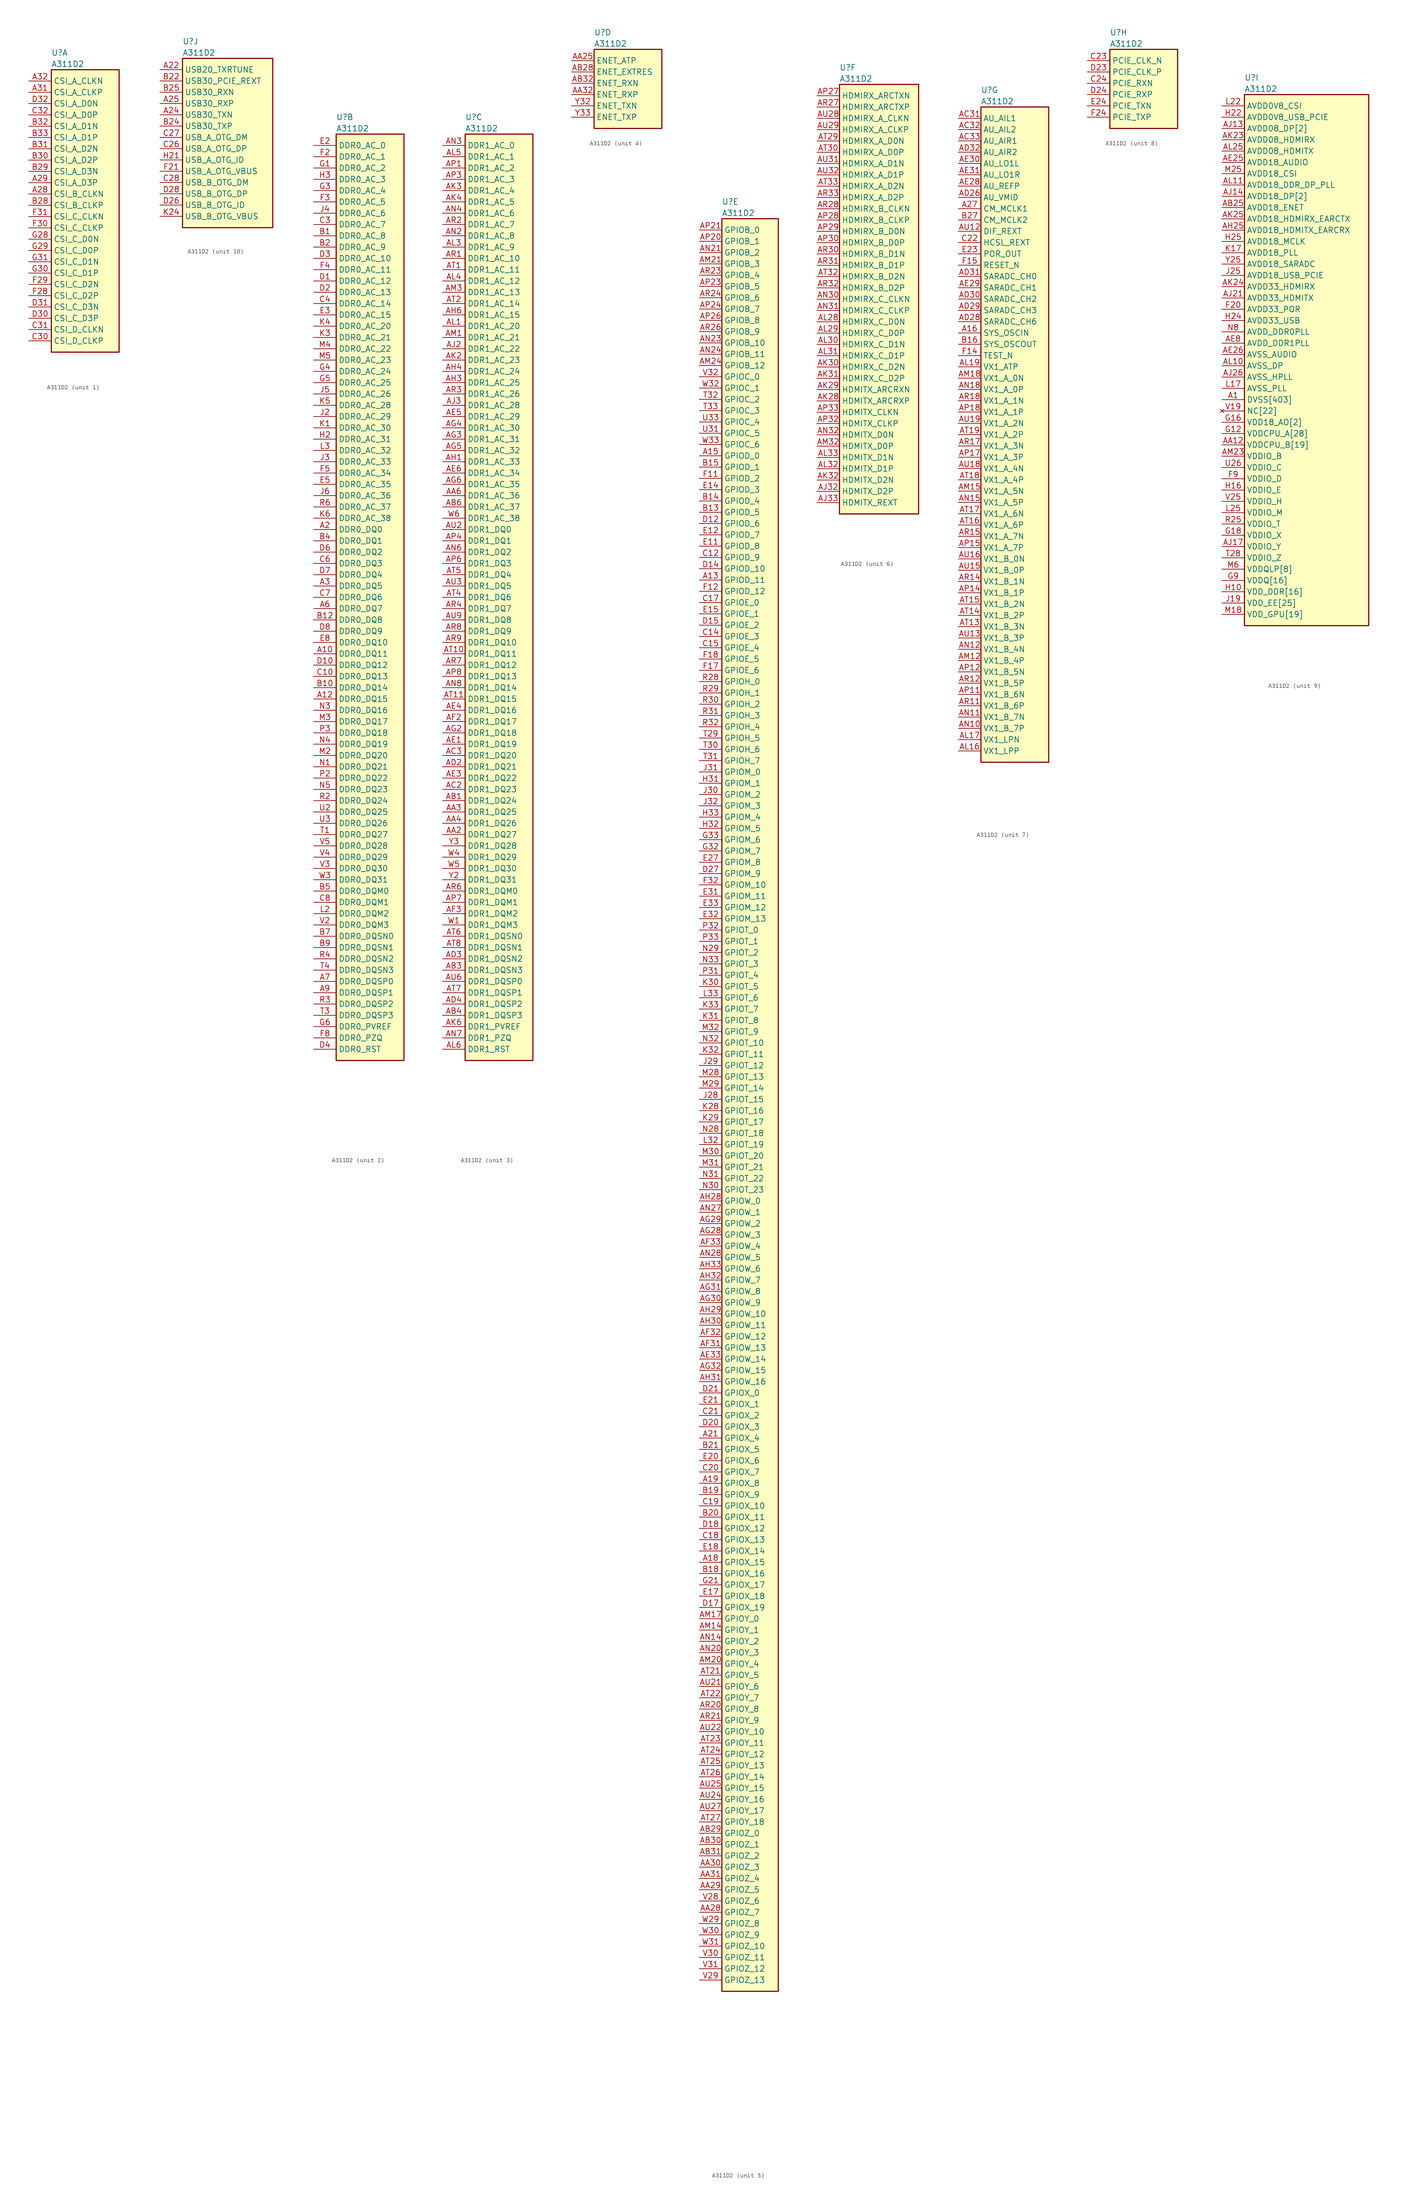
<source format=kicad_sym>
(kicad_symbol_lib
  (version 20211014)
  (generator kicad_symbol_editor)
  (symbol "﻿A311D2"
    (property "Reference" "U"
      (at 5.08 6.35 0)
      (effects (font (size 1.27 1.27)) (justify left)))
    (property "Value" "﻿A311D2"
      (at 5.08 3.81 0)
      (effects (font (size 1.27 1.27)) (justify left)))
    (property "ki_locked" ""
      (at 0 0 0)
      (effects (font (size 1.27 1.27))))
    (symbol "﻿A311D2_1_1"
      (rectangle (start 5.08 2.54) (end 20.32 -60.96) (stroke (width 0.254) (type default) (color 0 0 0 0)) (fill (type background)))
      (pin bidirectional line (at 0 -25.4 0) (length 5.08) (name "CSI_B_CLKN" (effects (font (size 1.27 1.27)))) (number "A28" (effects (font (size 1.27 1.27)))))
      (pin bidirectional line (at 0 -22.86 0) (length 5.08) (name "CSI_A_D3P" (effects (font (size 1.27 1.27)))) (number "A29" (effects (font (size 1.27 1.27)))))
      (pin bidirectional line (at 0 -2.54 0) (length 5.08) (name "CSI_A_CLKP" (effects (font (size 1.27 1.27)))) (number "A31" (effects (font (size 1.27 1.27)))))
      (pin bidirectional line (at 0 0 0) (length 5.08) (name "CSI_A_CLKN" (effects (font (size 1.27 1.27)))) (number "A32" (effects (font (size 1.27 1.27)))))
      (pin bidirectional line (at 0 -27.94 0) (length 5.08) (name "CSI_B_CLKP" (effects (font (size 1.27 1.27)))) (number "B28" (effects (font (size 1.27 1.27)))))
      (pin bidirectional line (at 0 -20.32 0) (length 5.08) (name "CSI_A_D3N" (effects (font (size 1.27 1.27)))) (number "B29" (effects (font (size 1.27 1.27)))))
      (pin bidirectional line (at 0 -17.78 0) (length 5.08) (name "CSI_A_D2P" (effects (font (size 1.27 1.27)))) (number "B30" (effects (font (size 1.27 1.27)))))
      (pin bidirectional line (at 0 -15.24 0) (length 5.08) (name "CSI_A_D2N" (effects (font (size 1.27 1.27)))) (number "B31" (effects (font (size 1.27 1.27)))))
      (pin bidirectional line (at 0 -10.16 0) (length 5.08) (name "CSI_A_D1N" (effects (font (size 1.27 1.27)))) (number "B32" (effects (font (size 1.27 1.27)))))
      (pin bidirectional line (at 0 -12.7 0) (length 5.08) (name "CSI_A_D1P" (effects (font (size 1.27 1.27)))) (number "B33" (effects (font (size 1.27 1.27)))))
      (pin bidirectional line (at 0 -58.42 0) (length 5.08) (name "CSI_D_CLKP" (effects (font (size 1.27 1.27)))) (number "C30" (effects (font (size 1.27 1.27)))))
      (pin bidirectional line (at 0 -55.88 0) (length 5.08) (name "CSI_D_CLKN" (effects (font (size 1.27 1.27)))) (number "C31" (effects (font (size 1.27 1.27)))))
      (pin bidirectional line (at 0 -7.62 0) (length 5.08) (name "CSI_A_D0P" (effects (font (size 1.27 1.27)))) (number "C32" (effects (font (size 1.27 1.27)))))
      (pin bidirectional line (at 0 -53.34 0) (length 5.08) (name "CSI_C_D3P" (effects (font (size 1.27 1.27)))) (number "D30" (effects (font (size 1.27 1.27)))))
      (pin bidirectional line (at 0 -50.8 0) (length 5.08) (name "CSI_C_D3N" (effects (font (size 1.27 1.27)))) (number "D31" (effects (font (size 1.27 1.27)))))
      (pin bidirectional line (at 0 -5.08 0) (length 5.08) (name "CSI_A_D0N" (effects (font (size 1.27 1.27)))) (number "D32" (effects (font (size 1.27 1.27)))))
      (pin bidirectional line (at 0 -48.26 0) (length 5.08) (name "CSI_C_D2P" (effects (font (size 1.27 1.27)))) (number "F28" (effects (font (size 1.27 1.27)))))
      (pin bidirectional line (at 0 -45.72 0) (length 5.08) (name "CSI_C_D2N" (effects (font (size 1.27 1.27)))) (number "F29" (effects (font (size 1.27 1.27)))))
      (pin bidirectional line (at 0 -33.02 0) (length 5.08) (name "CSI_C_CLKP" (effects (font (size 1.27 1.27)))) (number "F30" (effects (font (size 1.27 1.27)))))
      (pin bidirectional line (at 0 -30.48 0) (length 5.08) (name "CSI_C_CLKN" (effects (font (size 1.27 1.27)))) (number "F31" (effects (font (size 1.27 1.27)))))
      (pin bidirectional line (at 0 -35.56 0) (length 5.08) (name "CSI_C_D0N" (effects (font (size 1.27 1.27)))) (number "G28" (effects (font (size 1.27 1.27)))))
      (pin bidirectional line (at 0 -38.1 0) (length 5.08) (name "CSI_C_D0P" (effects (font (size 1.27 1.27)))) (number "G29" (effects (font (size 1.27 1.27)))))
      (pin bidirectional line (at 0 -43.18 0) (length 5.08) (name "CSI_C_D1P" (effects (font (size 1.27 1.27)))) (number "G30" (effects (font (size 1.27 1.27)))))
      (pin bidirectional line (at 0 -40.64 0) (length 5.08) (name "CSI_C_D1N" (effects (font (size 1.27 1.27)))) (number "G31" (effects (font (size 1.27 1.27))))))
    (symbol "﻿A311D2_2_1"
      (rectangle (start 5.08 2.54) (end 20.32 -205.74) (stroke (width 0.254) (type default) (color 0 0 0 0)) (fill (type background)))
      (pin bidirectional line (at 0 -114.3 0) (length 5.08) (name "DDR0_DQ11" (effects (font (size 1.27 1.27)))) (number "A10" (effects (font (size 1.27 1.27)))))
      (pin bidirectional line (at 0 -124.46 0) (length 5.08) (name "DDR0_DQ15" (effects (font (size 1.27 1.27)))) (number "A12" (effects (font (size 1.27 1.27)))))
      (pin bidirectional line (at 0 -86.36 0) (length 5.08) (name "DDR0_DQ0" (effects (font (size 1.27 1.27)))) (number "A2" (effects (font (size 1.27 1.27)))))
      (pin bidirectional line (at 0 -99.06 0) (length 5.08) (name "DDR0_DQ5" (effects (font (size 1.27 1.27)))) (number "A3" (effects (font (size 1.27 1.27)))))
      (pin bidirectional line (at 0 -104.14 0) (length 5.08) (name "DDR0_DQ7" (effects (font (size 1.27 1.27)))) (number "A6" (effects (font (size 1.27 1.27)))))
      (pin bidirectional line (at 0 -187.96 0) (length 5.08) (name "DDR0_DQSP0" (effects (font (size 1.27 1.27)))) (number "A7" (effects (font (size 1.27 1.27)))))
      (pin bidirectional line (at 0 -190.5 0) (length 5.08) (name "DDR0_DQSP1" (effects (font (size 1.27 1.27)))) (number "A9" (effects (font (size 1.27 1.27)))))
      (pin bidirectional line (at 0 -20.32 0) (length 5.08) (name "DDR0_AC_8" (effects (font (size 1.27 1.27)))) (number "B1" (effects (font (size 1.27 1.27)))))
      (pin bidirectional line (at 0 -121.92 0) (length 5.08) (name "DDR0_DQ14" (effects (font (size 1.27 1.27)))) (number "B10" (effects (font (size 1.27 1.27)))))
      (pin bidirectional line (at 0 -106.68 0) (length 5.08) (name "DDR0_DQ8" (effects (font (size 1.27 1.27)))) (number "B12" (effects (font (size 1.27 1.27)))))
      (pin bidirectional line (at 0 -22.86 0) (length 5.08) (name "DDR0_AC_9" (effects (font (size 1.27 1.27)))) (number "B2" (effects (font (size 1.27 1.27)))))
      (pin bidirectional line (at 0 -88.9 0) (length 5.08) (name "DDR0_DQ1" (effects (font (size 1.27 1.27)))) (number "B4" (effects (font (size 1.27 1.27)))))
      (pin bidirectional line (at 0 -167.64 0) (length 5.08) (name "DDR0_DQM0" (effects (font (size 1.27 1.27)))) (number "B5" (effects (font (size 1.27 1.27)))))
      (pin bidirectional line (at 0 -177.8 0) (length 5.08) (name "DDR0_DQSN0" (effects (font (size 1.27 1.27)))) (number "B7" (effects (font (size 1.27 1.27)))))
      (pin bidirectional line (at 0 -180.34 0) (length 5.08) (name "DDR0_DQSN1" (effects (font (size 1.27 1.27)))) (number "B9" (effects (font (size 1.27 1.27)))))
      (pin bidirectional line (at 0 -119.38 0) (length 5.08) (name "DDR0_DQ13" (effects (font (size 1.27 1.27)))) (number "C10" (effects (font (size 1.27 1.27)))))
      (pin bidirectional line (at 0 -17.78 0) (length 5.08) (name "DDR0_AC_7" (effects (font (size 1.27 1.27)))) (number "C3" (effects (font (size 1.27 1.27)))))
      (pin bidirectional line (at 0 -35.56 0) (length 5.08) (name "DDR0_AC_14" (effects (font (size 1.27 1.27)))) (number "C4" (effects (font (size 1.27 1.27)))))
      (pin bidirectional line (at 0 -93.98 0) (length 5.08) (name "DDR0_DQ3" (effects (font (size 1.27 1.27)))) (number "C6" (effects (font (size 1.27 1.27)))))
      (pin bidirectional line (at 0 -101.6 0) (length 5.08) (name "DDR0_DQ6" (effects (font (size 1.27 1.27)))) (number "C7" (effects (font (size 1.27 1.27)))))
      (pin bidirectional line (at 0 -170.18 0) (length 5.08) (name "DDR0_DQM1" (effects (font (size 1.27 1.27)))) (number "C8" (effects (font (size 1.27 1.27)))))
      (pin bidirectional line (at 0 -30.48 0) (length 5.08) (name "DDR0_AC_12" (effects (font (size 1.27 1.27)))) (number "D1" (effects (font (size 1.27 1.27)))))
      (pin bidirectional line (at 0 -116.84 0) (length 5.08) (name "DDR0_DQ12" (effects (font (size 1.27 1.27)))) (number "D10" (effects (font (size 1.27 1.27)))))
      (pin bidirectional line (at 0 -33.02 0) (length 5.08) (name "DDR0_AC_13" (effects (font (size 1.27 1.27)))) (number "D2" (effects (font (size 1.27 1.27)))))
      (pin bidirectional line (at 0 -25.4 0) (length 5.08) (name "DDR0_AC_10" (effects (font (size 1.27 1.27)))) (number "D3" (effects (font (size 1.27 1.27)))))
      (pin bidirectional line (at 0 -203.2 0) (length 5.08) (name "DDR0_RST" (effects (font (size 1.27 1.27)))) (number "D4" (effects (font (size 1.27 1.27)))))
      (pin bidirectional line (at 0 -91.44 0) (length 5.08) (name "DDR0_DQ2" (effects (font (size 1.27 1.27)))) (number "D6" (effects (font (size 1.27 1.27)))))
      (pin bidirectional line (at 0 -96.52 0) (length 5.08) (name "DDR0_DQ4" (effects (font (size 1.27 1.27)))) (number "D7" (effects (font (size 1.27 1.27)))))
      (pin bidirectional line (at 0 -109.22 0) (length 5.08) (name "DDR0_DQ9" (effects (font (size 1.27 1.27)))) (number "D8" (effects (font (size 1.27 1.27)))))
      (pin bidirectional line (at 0 0 0) (length 5.08) (name "DDR0_AC_0" (effects (font (size 1.27 1.27)))) (number "E2" (effects (font (size 1.27 1.27)))))
      (pin bidirectional line (at 0 -38.1 0) (length 5.08) (name "DDR0_AC_15" (effects (font (size 1.27 1.27)))) (number "E3" (effects (font (size 1.27 1.27)))))
      (pin bidirectional line (at 0 -76.2 0) (length 5.08) (name "DDR0_AC_35" (effects (font (size 1.27 1.27)))) (number "E5" (effects (font (size 1.27 1.27)))))
      (pin bidirectional line (at 0 -111.76 0) (length 5.08) (name "DDR0_DQ10" (effects (font (size 1.27 1.27)))) (number "E8" (effects (font (size 1.27 1.27)))))
      (pin bidirectional line (at 0 -2.54 0) (length 5.08) (name "DDR0_AC_1" (effects (font (size 1.27 1.27)))) (number "F2" (effects (font (size 1.27 1.27)))))
      (pin bidirectional line (at 0 -12.7 0) (length 5.08) (name "DDR0_AC_5" (effects (font (size 1.27 1.27)))) (number "F3" (effects (font (size 1.27 1.27)))))
      (pin bidirectional line (at 0 -27.94 0) (length 5.08) (name "DDR0_AC_11" (effects (font (size 1.27 1.27)))) (number "F4" (effects (font (size 1.27 1.27)))))
      (pin bidirectional line (at 0 -73.66 0) (length 5.08) (name "DDR0_AC_34" (effects (font (size 1.27 1.27)))) (number "F5" (effects (font (size 1.27 1.27)))))
      (pin bidirectional line (at 0 -200.66 0) (length 5.08) (name "DDR0_PZQ" (effects (font (size 1.27 1.27)))) (number "F8" (effects (font (size 1.27 1.27)))))
      (pin bidirectional line (at 0 -5.08 0) (length 5.08) (name "DDR0_AC_2" (effects (font (size 1.27 1.27)))) (number "G1" (effects (font (size 1.27 1.27)))))
      (pin bidirectional line (at 0 -10.16 0) (length 5.08) (name "DDR0_AC_4" (effects (font (size 1.27 1.27)))) (number "G3" (effects (font (size 1.27 1.27)))))
      (pin bidirectional line (at 0 -50.8 0) (length 5.08) (name "DDR0_AC_24" (effects (font (size 1.27 1.27)))) (number "G4" (effects (font (size 1.27 1.27)))))
      (pin bidirectional line (at 0 -53.34 0) (length 5.08) (name "DDR0_AC_25" (effects (font (size 1.27 1.27)))) (number "G5" (effects (font (size 1.27 1.27)))))
      (pin bidirectional line (at 0 -198.12 0) (length 5.08) (name "DDR0_PVREF" (effects (font (size 1.27 1.27)))) (number "G6" (effects (font (size 1.27 1.27)))))
      (pin bidirectional line (at 0 -66.04 0) (length 5.08) (name "DDR0_AC_31" (effects (font (size 1.27 1.27)))) (number "H2" (effects (font (size 1.27 1.27)))))
      (pin bidirectional line (at 0 -7.62 0) (length 5.08) (name "DDR0_AC_3" (effects (font (size 1.27 1.27)))) (number "H3" (effects (font (size 1.27 1.27)))))
      (pin bidirectional line (at 0 -60.96 0) (length 5.08) (name "DDR0_AC_29" (effects (font (size 1.27 1.27)))) (number "J2" (effects (font (size 1.27 1.27)))))
      (pin bidirectional line (at 0 -71.12 0) (length 5.08) (name "DDR0_AC_33" (effects (font (size 1.27 1.27)))) (number "J3" (effects (font (size 1.27 1.27)))))
      (pin bidirectional line (at 0 -15.24 0) (length 5.08) (name "DDR0_AC_6" (effects (font (size 1.27 1.27)))) (number "J4" (effects (font (size 1.27 1.27)))))
      (pin bidirectional line (at 0 -55.88 0) (length 5.08) (name "DDR0_AC_26" (effects (font (size 1.27 1.27)))) (number "J5" (effects (font (size 1.27 1.27)))))
      (pin bidirectional line (at 0 -78.74 0) (length 5.08) (name "DDR0_AC_36" (effects (font (size 1.27 1.27)))) (number "J6" (effects (font (size 1.27 1.27)))))
      (pin bidirectional line (at 0 -63.5 0) (length 5.08) (name "DDR0_AC_30" (effects (font (size 1.27 1.27)))) (number "K1" (effects (font (size 1.27 1.27)))))
      (pin bidirectional line (at 0 -43.18 0) (length 5.08) (name "DDR0_AC_21" (effects (font (size 1.27 1.27)))) (number "K3" (effects (font (size 1.27 1.27)))))
      (pin bidirectional line (at 0 -40.64 0) (length 5.08) (name "DDR0_AC_20" (effects (font (size 1.27 1.27)))) (number "K4" (effects (font (size 1.27 1.27)))))
      (pin bidirectional line (at 0 -58.42 0) (length 5.08) (name "DDR0_AC_28" (effects (font (size 1.27 1.27)))) (number "K5" (effects (font (size 1.27 1.27)))))
      (pin bidirectional line (at 0 -83.82 0) (length 5.08) (name "DDR0_AC_38" (effects (font (size 1.27 1.27)))) (number "K6" (effects (font (size 1.27 1.27)))))
      (pin bidirectional line (at 0 -172.72 0) (length 5.08) (name "DDR0_DQM2" (effects (font (size 1.27 1.27)))) (number "L2" (effects (font (size 1.27 1.27)))))
      (pin bidirectional line (at 0 -68.58 0) (length 5.08) (name "DDR0_AC_32" (effects (font (size 1.27 1.27)))) (number "L3" (effects (font (size 1.27 1.27)))))
      (pin bidirectional line (at 0 -137.16 0) (length 5.08) (name "DDR0_DQ20" (effects (font (size 1.27 1.27)))) (number "M2" (effects (font (size 1.27 1.27)))))
      (pin bidirectional line (at 0 -129.54 0) (length 5.08) (name "DDR0_DQ17" (effects (font (size 1.27 1.27)))) (number "M3" (effects (font (size 1.27 1.27)))))
      (pin bidirectional line (at 0 -45.72 0) (length 5.08) (name "DDR0_AC_22" (effects (font (size 1.27 1.27)))) (number "M4" (effects (font (size 1.27 1.27)))))
      (pin bidirectional line (at 0 -48.26 0) (length 5.08) (name "DDR0_AC_23" (effects (font (size 1.27 1.27)))) (number "M5" (effects (font (size 1.27 1.27)))))
      (pin bidirectional line (at 0 -139.7 0) (length 5.08) (name "DDR0_DQ21" (effects (font (size 1.27 1.27)))) (number "N1" (effects (font (size 1.27 1.27)))))
      (pin bidirectional line (at 0 -127 0) (length 5.08) (name "DDR0_DQ16" (effects (font (size 1.27 1.27)))) (number "N3" (effects (font (size 1.27 1.27)))))
      (pin bidirectional line (at 0 -134.62 0) (length 5.08) (name "DDR0_DQ19" (effects (font (size 1.27 1.27)))) (number "N4" (effects (font (size 1.27 1.27)))))
      (pin bidirectional line (at 0 -144.78 0) (length 5.08) (name "DDR0_DQ23" (effects (font (size 1.27 1.27)))) (number "N5" (effects (font (size 1.27 1.27)))))
      (pin bidirectional line (at 0 -142.24 0) (length 5.08) (name "DDR0_DQ22" (effects (font (size 1.27 1.27)))) (number "P2" (effects (font (size 1.27 1.27)))))
      (pin bidirectional line (at 0 -132.08 0) (length 5.08) (name "DDR0_DQ18" (effects (font (size 1.27 1.27)))) (number "P3" (effects (font (size 1.27 1.27)))))
      (pin bidirectional line (at 0 -147.32 0) (length 5.08) (name "DDR0_DQ24" (effects (font (size 1.27 1.27)))) (number "R2" (effects (font (size 1.27 1.27)))))
      (pin bidirectional line (at 0 -193.04 0) (length 5.08) (name "DDR0_DQSP2" (effects (font (size 1.27 1.27)))) (number "R3" (effects (font (size 1.27 1.27)))))
      (pin bidirectional line (at 0 -182.88 0) (length 5.08) (name "DDR0_DQSN2" (effects (font (size 1.27 1.27)))) (number "R4" (effects (font (size 1.27 1.27)))))
      (pin bidirectional line (at 0 -81.28 0) (length 5.08) (name "DDR0_AC_37" (effects (font (size 1.27 1.27)))) (number "R6" (effects (font (size 1.27 1.27)))))
      (pin bidirectional line (at 0 -154.94 0) (length 5.08) (name "DDR0_DQ27" (effects (font (size 1.27 1.27)))) (number "T1" (effects (font (size 1.27 1.27)))))
      (pin bidirectional line (at 0 -195.58 0) (length 5.08) (name "DDR0_DQSP3" (effects (font (size 1.27 1.27)))) (number "T3" (effects (font (size 1.27 1.27)))))
      (pin bidirectional line (at 0 -185.42 0) (length 5.08) (name "DDR0_DQSN3" (effects (font (size 1.27 1.27)))) (number "T4" (effects (font (size 1.27 1.27)))))
      (pin bidirectional line (at 0 -149.86 0) (length 5.08) (name "DDR0_DQ25" (effects (font (size 1.27 1.27)))) (number "U2" (effects (font (size 1.27 1.27)))))
      (pin bidirectional line (at 0 -152.4 0) (length 5.08) (name "DDR0_DQ26" (effects (font (size 1.27 1.27)))) (number "U3" (effects (font (size 1.27 1.27)))))
      (pin bidirectional line (at 0 -175.26 0) (length 5.08) (name "DDR0_DQM3" (effects (font (size 1.27 1.27)))) (number "V2" (effects (font (size 1.27 1.27)))))
      (pin bidirectional line (at 0 -162.56 0) (length 5.08) (name "DDR0_DQ30" (effects (font (size 1.27 1.27)))) (number "V3" (effects (font (size 1.27 1.27)))))
      (pin bidirectional line (at 0 -160.02 0) (length 5.08) (name "DDR0_DQ29" (effects (font (size 1.27 1.27)))) (number "V4" (effects (font (size 1.27 1.27)))))
      (pin bidirectional line (at 0 -157.48 0) (length 5.08) (name "DDR0_DQ28" (effects (font (size 1.27 1.27)))) (number "V5" (effects (font (size 1.27 1.27)))))
      (pin bidirectional line (at 0 -165.1 0) (length 5.08) (name "DDR0_DQ31" (effects (font (size 1.27 1.27)))) (number "W3" (effects (font (size 1.27 1.27))))))
    (symbol "﻿A311D2_3_1"
      (rectangle (start 5.08 2.54) (end 20.32 -205.74) (stroke (width 0.254) (type default) (color 0 0 0 0)) (fill (type background)))
      (pin bidirectional line (at 0 -154.94 0) (length 5.08) (name "DDR1_DQ27" (effects (font (size 1.27 1.27)))) (number "AA2" (effects (font (size 1.27 1.27)))))
      (pin bidirectional line (at 0 -149.86 0) (length 5.08) (name "DDR1_DQ25" (effects (font (size 1.27 1.27)))) (number "AA3" (effects (font (size 1.27 1.27)))))
      (pin bidirectional line (at 0 -152.4 0) (length 5.08) (name "DDR1_DQ26" (effects (font (size 1.27 1.27)))) (number "AA4" (effects (font (size 1.27 1.27)))))
      (pin bidirectional line (at 0 -78.74 0) (length 5.08) (name "DDR1_AC_36" (effects (font (size 1.27 1.27)))) (number "AA6" (effects (font (size 1.27 1.27)))))
      (pin bidirectional line (at 0 -147.32 0) (length 5.08) (name "DDR1_DQ24" (effects (font (size 1.27 1.27)))) (number "AB1" (effects (font (size 1.27 1.27)))))
      (pin bidirectional line (at 0 -185.42 0) (length 5.08) (name "DDR1_DQSN3" (effects (font (size 1.27 1.27)))) (number "AB3" (effects (font (size 1.27 1.27)))))
      (pin bidirectional line (at 0 -195.58 0) (length 5.08) (name "DDR1_DQSP3" (effects (font (size 1.27 1.27)))) (number "AB4" (effects (font (size 1.27 1.27)))))
      (pin bidirectional line (at 0 -81.28 0) (length 5.08) (name "DDR1_AC_37" (effects (font (size 1.27 1.27)))) (number "AB6" (effects (font (size 1.27 1.27)))))
      (pin bidirectional line (at 0 -144.78 0) (length 5.08) (name "DDR1_DQ23" (effects (font (size 1.27 1.27)))) (number "AC2" (effects (font (size 1.27 1.27)))))
      (pin bidirectional line (at 0 -137.16 0) (length 5.08) (name "DDR1_DQ20" (effects (font (size 1.27 1.27)))) (number "AC3" (effects (font (size 1.27 1.27)))))
      (pin bidirectional line (at 0 -139.7 0) (length 5.08) (name "DDR1_DQ21" (effects (font (size 1.27 1.27)))) (number "AD2" (effects (font (size 1.27 1.27)))))
      (pin bidirectional line (at 0 -182.88 0) (length 5.08) (name "DDR1_DQSN2" (effects (font (size 1.27 1.27)))) (number "AD3" (effects (font (size 1.27 1.27)))))
      (pin bidirectional line (at 0 -193.04 0) (length 5.08) (name "DDR1_DQSP2" (effects (font (size 1.27 1.27)))) (number "AD4" (effects (font (size 1.27 1.27)))))
      (pin bidirectional line (at 0 -134.62 0) (length 5.08) (name "DDR1_DQ19" (effects (font (size 1.27 1.27)))) (number "AE1" (effects (font (size 1.27 1.27)))))
      (pin bidirectional line (at 0 -142.24 0) (length 5.08) (name "DDR1_DQ22" (effects (font (size 1.27 1.27)))) (number "AE3" (effects (font (size 1.27 1.27)))))
      (pin bidirectional line (at 0 -127 0) (length 5.08) (name "DDR1_DQ16" (effects (font (size 1.27 1.27)))) (number "AE4" (effects (font (size 1.27 1.27)))))
      (pin bidirectional line (at 0 -60.96 0) (length 5.08) (name "DDR1_AC_29" (effects (font (size 1.27 1.27)))) (number "AE5" (effects (font (size 1.27 1.27)))))
      (pin bidirectional line (at 0 -73.66 0) (length 5.08) (name "DDR1_AC_34" (effects (font (size 1.27 1.27)))) (number "AE6" (effects (font (size 1.27 1.27)))))
      (pin bidirectional line (at 0 -129.54 0) (length 5.08) (name "DDR1_DQ17" (effects (font (size 1.27 1.27)))) (number "AF2" (effects (font (size 1.27 1.27)))))
      (pin bidirectional line (at 0 -172.72 0) (length 5.08) (name "DDR1_DQM2" (effects (font (size 1.27 1.27)))) (number "AF3" (effects (font (size 1.27 1.27)))))
      (pin bidirectional line (at 0 -132.08 0) (length 5.08) (name "DDR1_DQ18" (effects (font (size 1.27 1.27)))) (number "AG2" (effects (font (size 1.27 1.27)))))
      (pin bidirectional line (at 0 -66.04 0) (length 5.08) (name "DDR1_AC_31" (effects (font (size 1.27 1.27)))) (number "AG3" (effects (font (size 1.27 1.27)))))
      (pin bidirectional line (at 0 -63.5 0) (length 5.08) (name "DDR1_AC_30" (effects (font (size 1.27 1.27)))) (number "AG4" (effects (font (size 1.27 1.27)))))
      (pin bidirectional line (at 0 -68.58 0) (length 5.08) (name "DDR1_AC_32" (effects (font (size 1.27 1.27)))) (number "AG5" (effects (font (size 1.27 1.27)))))
      (pin bidirectional line (at 0 -76.2 0) (length 5.08) (name "DDR1_AC_35" (effects (font (size 1.27 1.27)))) (number "AG6" (effects (font (size 1.27 1.27)))))
      (pin bidirectional line (at 0 -71.12 0) (length 5.08) (name "DDR1_AC_33" (effects (font (size 1.27 1.27)))) (number "AH1" (effects (font (size 1.27 1.27)))))
      (pin bidirectional line (at 0 -53.34 0) (length 5.08) (name "DDR1_AC_25" (effects (font (size 1.27 1.27)))) (number "AH3" (effects (font (size 1.27 1.27)))))
      (pin bidirectional line (at 0 -50.8 0) (length 5.08) (name "DDR1_AC_24" (effects (font (size 1.27 1.27)))) (number "AH4" (effects (font (size 1.27 1.27)))))
      (pin bidirectional line (at 0 -38.1 0) (length 5.08) (name "DDR1_AC_15" (effects (font (size 1.27 1.27)))) (number "AH6" (effects (font (size 1.27 1.27)))))
      (pin bidirectional line (at 0 -45.72 0) (length 5.08) (name "DDR1_AC_22" (effects (font (size 1.27 1.27)))) (number "AJ2" (effects (font (size 1.27 1.27)))))
      (pin bidirectional line (at 0 -58.42 0) (length 5.08) (name "DDR1_AC_28" (effects (font (size 1.27 1.27)))) (number "AJ3" (effects (font (size 1.27 1.27)))))
      (pin bidirectional line (at 0 -48.26 0) (length 5.08) (name "DDR1_AC_23" (effects (font (size 1.27 1.27)))) (number "AK2" (effects (font (size 1.27 1.27)))))
      (pin bidirectional line (at 0 -10.16 0) (length 5.08) (name "DDR1_AC_4" (effects (font (size 1.27 1.27)))) (number "AK3" (effects (font (size 1.27 1.27)))))
      (pin bidirectional line (at 0 -12.7 0) (length 5.08) (name "DDR1_AC_5" (effects (font (size 1.27 1.27)))) (number "AK4" (effects (font (size 1.27 1.27)))))
      (pin bidirectional line (at 0 -198.12 0) (length 5.08) (name "DDR1_PVREF" (effects (font (size 1.27 1.27)))) (number "AK6" (effects (font (size 1.27 1.27)))))
      (pin bidirectional line (at 0 -40.64 0) (length 5.08) (name "DDR1_AC_20" (effects (font (size 1.27 1.27)))) (number "AL1" (effects (font (size 1.27 1.27)))))
      (pin bidirectional line (at 0 -22.86 0) (length 5.08) (name "DDR1_AC_9" (effects (font (size 1.27 1.27)))) (number "AL3" (effects (font (size 1.27 1.27)))))
      (pin bidirectional line (at 0 -30.48 0) (length 5.08) (name "DDR1_AC_12" (effects (font (size 1.27 1.27)))) (number "AL4" (effects (font (size 1.27 1.27)))))
      (pin bidirectional line (at 0 -2.54 0) (length 5.08) (name "DDR1_AC_1" (effects (font (size 1.27 1.27)))) (number "AL5" (effects (font (size 1.27 1.27)))))
      (pin bidirectional line (at 0 -203.2 0) (length 5.08) (name "DDR1_RST" (effects (font (size 1.27 1.27)))) (number "AL6" (effects (font (size 1.27 1.27)))))
      (pin bidirectional line (at 0 -43.18 0) (length 5.08) (name "DDR1_AC_21" (effects (font (size 1.27 1.27)))) (number "AM1" (effects (font (size 1.27 1.27)))))
      (pin bidirectional line (at 0 -33.02 0) (length 5.08) (name "DDR1_AC_13" (effects (font (size 1.27 1.27)))) (number "AM3" (effects (font (size 1.27 1.27)))))
      (pin bidirectional line (at 0 -20.32 0) (length 5.08) (name "DDR1_AC_8" (effects (font (size 1.27 1.27)))) (number "AN2" (effects (font (size 1.27 1.27)))))
      (pin bidirectional line (at 0 0 0) (length 5.08) (name "DDR1_AC_0" (effects (font (size 1.27 1.27)))) (number "AN3" (effects (font (size 1.27 1.27)))))
      (pin bidirectional line (at 0 -15.24 0) (length 5.08) (name "DDR1_AC_6" (effects (font (size 1.27 1.27)))) (number "AN4" (effects (font (size 1.27 1.27)))))
      (pin bidirectional line (at 0 -91.44 0) (length 5.08) (name "DDR1_DQ2" (effects (font (size 1.27 1.27)))) (number "AN6" (effects (font (size 1.27 1.27)))))
      (pin bidirectional line (at 0 -200.66 0) (length 5.08) (name "DDR1_PZQ" (effects (font (size 1.27 1.27)))) (number "AN7" (effects (font (size 1.27 1.27)))))
      (pin bidirectional line (at 0 -121.92 0) (length 5.08) (name "DDR1_DQ14" (effects (font (size 1.27 1.27)))) (number "AN8" (effects (font (size 1.27 1.27)))))
      (pin bidirectional line (at 0 -5.08 0) (length 5.08) (name "DDR1_AC_2" (effects (font (size 1.27 1.27)))) (number "AP1" (effects (font (size 1.27 1.27)))))
      (pin bidirectional line (at 0 -7.62 0) (length 5.08) (name "DDR1_AC_3" (effects (font (size 1.27 1.27)))) (number "AP3" (effects (font (size 1.27 1.27)))))
      (pin bidirectional line (at 0 -88.9 0) (length 5.08) (name "DDR1_DQ1" (effects (font (size 1.27 1.27)))) (number "AP4" (effects (font (size 1.27 1.27)))))
      (pin bidirectional line (at 0 -93.98 0) (length 5.08) (name "DDR1_DQ3" (effects (font (size 1.27 1.27)))) (number "AP6" (effects (font (size 1.27 1.27)))))
      (pin bidirectional line (at 0 -170.18 0) (length 5.08) (name "DDR1_DQM1" (effects (font (size 1.27 1.27)))) (number "AP7" (effects (font (size 1.27 1.27)))))
      (pin bidirectional line (at 0 -119.38 0) (length 5.08) (name "DDR1_DQ13" (effects (font (size 1.27 1.27)))) (number "AP8" (effects (font (size 1.27 1.27)))))
      (pin bidirectional line (at 0 -25.4 0) (length 5.08) (name "DDR1_AC_10" (effects (font (size 1.27 1.27)))) (number "AR1" (effects (font (size 1.27 1.27)))))
      (pin bidirectional line (at 0 -17.78 0) (length 5.08) (name "DDR1_AC_7" (effects (font (size 1.27 1.27)))) (number "AR2" (effects (font (size 1.27 1.27)))))
      (pin bidirectional line (at 0 -55.88 0) (length 5.08) (name "DDR1_AC_26" (effects (font (size 1.27 1.27)))) (number "AR3" (effects (font (size 1.27 1.27)))))
      (pin bidirectional line (at 0 -104.14 0) (length 5.08) (name "DDR1_DQ7" (effects (font (size 1.27 1.27)))) (number "AR4" (effects (font (size 1.27 1.27)))))
      (pin bidirectional line (at 0 -167.64 0) (length 5.08) (name "DDR1_DQM0" (effects (font (size 1.27 1.27)))) (number "AR6" (effects (font (size 1.27 1.27)))))
      (pin bidirectional line (at 0 -116.84 0) (length 5.08) (name "DDR1_DQ12" (effects (font (size 1.27 1.27)))) (number "AR7" (effects (font (size 1.27 1.27)))))
      (pin bidirectional line (at 0 -109.22 0) (length 5.08) (name "DDR1_DQ9" (effects (font (size 1.27 1.27)))) (number "AR8" (effects (font (size 1.27 1.27)))))
      (pin bidirectional line (at 0 -111.76 0) (length 5.08) (name "DDR1_DQ10" (effects (font (size 1.27 1.27)))) (number "AR9" (effects (font (size 1.27 1.27)))))
      (pin bidirectional line (at 0 -27.94 0) (length 5.08) (name "DDR1_AC_11" (effects (font (size 1.27 1.27)))) (number "AT1" (effects (font (size 1.27 1.27)))))
      (pin bidirectional line (at 0 -114.3 0) (length 5.08) (name "DDR1_DQ11" (effects (font (size 1.27 1.27)))) (number "AT10" (effects (font (size 1.27 1.27)))))
      (pin bidirectional line (at 0 -124.46 0) (length 5.08) (name "DDR1_DQ15" (effects (font (size 1.27 1.27)))) (number "AT11" (effects (font (size 1.27 1.27)))))
      (pin bidirectional line (at 0 -35.56 0) (length 5.08) (name "DDR1_AC_14" (effects (font (size 1.27 1.27)))) (number "AT2" (effects (font (size 1.27 1.27)))))
      (pin bidirectional line (at 0 -101.6 0) (length 5.08) (name "DDR1_DQ6" (effects (font (size 1.27 1.27)))) (number "AT4" (effects (font (size 1.27 1.27)))))
      (pin bidirectional line (at 0 -96.52 0) (length 5.08) (name "DDR1_DQ4" (effects (font (size 1.27 1.27)))) (number "AT5" (effects (font (size 1.27 1.27)))))
      (pin bidirectional line (at 0 -177.8 0) (length 5.08) (name "DDR1_DQSN0" (effects (font (size 1.27 1.27)))) (number "AT6" (effects (font (size 1.27 1.27)))))
      (pin bidirectional line (at 0 -190.5 0) (length 5.08) (name "DDR1_DQSP1" (effects (font (size 1.27 1.27)))) (number "AT7" (effects (font (size 1.27 1.27)))))
      (pin bidirectional line (at 0 -180.34 0) (length 5.08) (name "DDR1_DQSN1" (effects (font (size 1.27 1.27)))) (number "AT8" (effects (font (size 1.27 1.27)))))
      (pin bidirectional line (at 0 -86.36 0) (length 5.08) (name "DDR1_DQ0" (effects (font (size 1.27 1.27)))) (number "AU2" (effects (font (size 1.27 1.27)))))
      (pin bidirectional line (at 0 -99.06 0) (length 5.08) (name "DDR1_DQ5" (effects (font (size 1.27 1.27)))) (number "AU3" (effects (font (size 1.27 1.27)))))
      (pin bidirectional line (at 0 -187.96 0) (length 5.08) (name "DDR1_DQSP0" (effects (font (size 1.27 1.27)))) (number "AU6" (effects (font (size 1.27 1.27)))))
      (pin bidirectional line (at 0 -106.68 0) (length 5.08) (name "DDR1_DQ8" (effects (font (size 1.27 1.27)))) (number "AU9" (effects (font (size 1.27 1.27)))))
      (pin bidirectional line (at 0 -175.26 0) (length 5.08) (name "DDR1_DQM3" (effects (font (size 1.27 1.27)))) (number "W1" (effects (font (size 1.27 1.27)))))
      (pin bidirectional line (at 0 -160.02 0) (length 5.08) (name "DDR1_DQ29" (effects (font (size 1.27 1.27)))) (number "W4" (effects (font (size 1.27 1.27)))))
      (pin bidirectional line (at 0 -162.56 0) (length 5.08) (name "DDR1_DQ30" (effects (font (size 1.27 1.27)))) (number "W5" (effects (font (size 1.27 1.27)))))
      (pin bidirectional line (at 0 -83.82 0) (length 5.08) (name "DDR1_AC_38" (effects (font (size 1.27 1.27)))) (number "W6" (effects (font (size 1.27 1.27)))))
      (pin bidirectional line (at 0 -165.1 0) (length 5.08) (name "DDR1_DQ31" (effects (font (size 1.27 1.27)))) (number "Y2" (effects (font (size 1.27 1.27)))))
      (pin bidirectional line (at 0 -157.48 0) (length 5.08) (name "DDR1_DQ28" (effects (font (size 1.27 1.27)))) (number "Y3" (effects (font (size 1.27 1.27))))))
    (symbol "﻿A311D2_4_1"
      (rectangle (start 5.08 2.54) (end 20.32 -15.24) (stroke (width 0.254) (type default) (color 0 0 0 0)) (fill (type background)))
      (pin bidirectional line (at 0 0 0) (length 5.08) (name "ENET_ATP" (effects (font (size 1.27 1.27)))) (number "AA25" (effects (font (size 1.27 1.27)))))
      (pin bidirectional line (at 0 -7.62 0) (length 5.08) (name "ENET_RXP" (effects (font (size 1.27 1.27)))) (number "AA32" (effects (font (size 1.27 1.27)))))
      (pin bidirectional line (at 0 -2.54 0) (length 5.08) (name "ENET_EXTRES" (effects (font (size 1.27 1.27)))) (number "AB28" (effects (font (size 1.27 1.27)))))
      (pin bidirectional line (at 0 -5.08 0) (length 5.08) (name "ENET_RXN" (effects (font (size 1.27 1.27)))) (number "AB32" (effects (font (size 1.27 1.27)))))
      (pin bidirectional line (at 0 -10.16 0) (length 5.08) (name "ENET_TXN" (effects (font (size 1.27 1.27)))) (number "Y32" (effects (font (size 1.27 1.27)))))
      (pin bidirectional line (at 0 -12.7 0) (length 5.08) (name "ENET_TXP" (effects (font (size 1.27 1.27)))) (number "Y33" (effects (font (size 1.27 1.27))))))
    (symbol "﻿A311D2_5_1"
      (rectangle (start 5.08 2.54) (end 17.78 -396.24) (stroke (width 0.254) (type default) (color 0 0 0 0)) (fill (type background)))
      (pin bidirectional line (at 0 -78.74 0) (length 5.08) (name "GPIOD_11" (effects (font (size 1.27 1.27)))) (number "A13" (effects (font (size 1.27 1.27)))))
      (pin bidirectional line (at 0 -50.8 0) (length 5.08) (name "GPIOD_0" (effects (font (size 1.27 1.27)))) (number "A15" (effects (font (size 1.27 1.27)))))
      (pin bidirectional line (at 0 -299.72 0) (length 5.08) (name "GPIOX_15" (effects (font (size 1.27 1.27)))) (number "A18" (effects (font (size 1.27 1.27)))))
      (pin bidirectional line (at 0 -281.94 0) (length 5.08) (name "GPIOX_8" (effects (font (size 1.27 1.27)))) (number "A19" (effects (font (size 1.27 1.27)))))
      (pin bidirectional line (at 0 -271.78 0) (length 5.08) (name "GPIOX_4" (effects (font (size 1.27 1.27)))) (number "A21" (effects (font (size 1.27 1.27)))))
      (pin bidirectional line (at 0 -378.46 0) (length 5.08) (name "GPIOZ_7" (effects (font (size 1.27 1.27)))) (number "AA28" (effects (font (size 1.27 1.27)))))
      (pin bidirectional line (at 0 -373.38 0) (length 5.08) (name "GPIOZ_5" (effects (font (size 1.27 1.27)))) (number "AA29" (effects (font (size 1.27 1.27)))))
      (pin bidirectional line (at 0 -368.3 0) (length 5.08) (name "GPIOZ_3" (effects (font (size 1.27 1.27)))) (number "AA30" (effects (font (size 1.27 1.27)))))
      (pin bidirectional line (at 0 -370.84 0) (length 5.08) (name "GPIOZ_4" (effects (font (size 1.27 1.27)))) (number "AA31" (effects (font (size 1.27 1.27)))))
      (pin bidirectional line (at 0 -360.68 0) (length 5.08) (name "GPIOZ_0" (effects (font (size 1.27 1.27)))) (number "AB29" (effects (font (size 1.27 1.27)))))
      (pin bidirectional line (at 0 -363.22 0) (length 5.08) (name "GPIOZ_1" (effects (font (size 1.27 1.27)))) (number "AB30" (effects (font (size 1.27 1.27)))))
      (pin bidirectional line (at 0 -365.76 0) (length 5.08) (name "GPIOZ_2" (effects (font (size 1.27 1.27)))) (number "AB31" (effects (font (size 1.27 1.27)))))
      (pin bidirectional line (at 0 -254 0) (length 5.08) (name "GPIOW_14" (effects (font (size 1.27 1.27)))) (number "AE33" (effects (font (size 1.27 1.27)))))
      (pin bidirectional line (at 0 -251.46 0) (length 5.08) (name "GPIOW_13" (effects (font (size 1.27 1.27)))) (number "AF31" (effects (font (size 1.27 1.27)))))
      (pin bidirectional line (at 0 -248.92 0) (length 5.08) (name "GPIOW_12" (effects (font (size 1.27 1.27)))) (number "AF32" (effects (font (size 1.27 1.27)))))
      (pin bidirectional line (at 0 -228.6 0) (length 5.08) (name "GPIOW_4" (effects (font (size 1.27 1.27)))) (number "AF33" (effects (font (size 1.27 1.27)))))
      (pin bidirectional line (at 0 -226.06 0) (length 5.08) (name "GPIOW_3" (effects (font (size 1.27 1.27)))) (number "AG28" (effects (font (size 1.27 1.27)))))
      (pin bidirectional line (at 0 -223.52 0) (length 5.08) (name "GPIOW_2" (effects (font (size 1.27 1.27)))) (number "AG29" (effects (font (size 1.27 1.27)))))
      (pin bidirectional line (at 0 -241.3 0) (length 5.08) (name "GPIOW_9" (effects (font (size 1.27 1.27)))) (number "AG30" (effects (font (size 1.27 1.27)))))
      (pin bidirectional line (at 0 -238.76 0) (length 5.08) (name "GPIOW_8" (effects (font (size 1.27 1.27)))) (number "AG31" (effects (font (size 1.27 1.27)))))
      (pin bidirectional line (at 0 -256.54 0) (length 5.08) (name "GPIOW_15" (effects (font (size 1.27 1.27)))) (number "AG32" (effects (font (size 1.27 1.27)))))
      (pin bidirectional line (at 0 -218.44 0) (length 5.08) (name "GPIOW_0" (effects (font (size 1.27 1.27)))) (number "AH28" (effects (font (size 1.27 1.27)))))
      (pin bidirectional line (at 0 -243.84 0) (length 5.08) (name "GPIOW_10" (effects (font (size 1.27 1.27)))) (number "AH29" (effects (font (size 1.27 1.27)))))
      (pin bidirectional line (at 0 -246.38 0) (length 5.08) (name "GPIOW_11" (effects (font (size 1.27 1.27)))) (number "AH30" (effects (font (size 1.27 1.27)))))
      (pin bidirectional line (at 0 -259.08 0) (length 5.08) (name "GPIOW_16" (effects (font (size 1.27 1.27)))) (number "AH31" (effects (font (size 1.27 1.27)))))
      (pin bidirectional line (at 0 -236.22 0) (length 5.08) (name "GPIOW_7" (effects (font (size 1.27 1.27)))) (number "AH32" (effects (font (size 1.27 1.27)))))
      (pin bidirectional line (at 0 -233.68 0) (length 5.08) (name "GPIOW_6" (effects (font (size 1.27 1.27)))) (number "AH33" (effects (font (size 1.27 1.27)))))
      (pin bidirectional line (at 0 -314.96 0) (length 5.08) (name "GPIOY_1" (effects (font (size 1.27 1.27)))) (number "AM14" (effects (font (size 1.27 1.27)))))
      (pin bidirectional line (at 0 -312.42 0) (length 5.08) (name "GPIOY_0" (effects (font (size 1.27 1.27)))) (number "AM17" (effects (font (size 1.27 1.27)))))
      (pin bidirectional line (at 0 -322.58 0) (length 5.08) (name "GPIOY_4" (effects (font (size 1.27 1.27)))) (number "AM20" (effects (font (size 1.27 1.27)))))
      (pin bidirectional line (at 0 -7.62 0) (length 5.08) (name "GPIOB_3" (effects (font (size 1.27 1.27)))) (number "AM21" (effects (font (size 1.27 1.27)))))
      (pin bidirectional line (at 0 -30.48 0) (length 5.08) (name "GPIOB_12" (effects (font (size 1.27 1.27)))) (number "AM24" (effects (font (size 1.27 1.27)))))
      (pin bidirectional line (at 0 -317.5 0) (length 5.08) (name "GPIOY_2" (effects (font (size 1.27 1.27)))) (number "AN14" (effects (font (size 1.27 1.27)))))
      (pin bidirectional line (at 0 -320.04 0) (length 5.08) (name "GPIOY_3" (effects (font (size 1.27 1.27)))) (number "AN20" (effects (font (size 1.27 1.27)))))
      (pin bidirectional line (at 0 -5.08 0) (length 5.08) (name "GPIOB_2" (effects (font (size 1.27 1.27)))) (number "AN21" (effects (font (size 1.27 1.27)))))
      (pin bidirectional line (at 0 -25.4 0) (length 5.08) (name "GPIOB_10" (effects (font (size 1.27 1.27)))) (number "AN23" (effects (font (size 1.27 1.27)))))
      (pin bidirectional line (at 0 -27.94 0) (length 5.08) (name "GPIOB_11" (effects (font (size 1.27 1.27)))) (number "AN24" (effects (font (size 1.27 1.27)))))
      (pin bidirectional line (at 0 -220.98 0) (length 5.08) (name "GPIOW_1" (effects (font (size 1.27 1.27)))) (number "AN27" (effects (font (size 1.27 1.27)))))
      (pin bidirectional line (at 0 -231.14 0) (length 5.08) (name "GPIOW_5" (effects (font (size 1.27 1.27)))) (number "AN28" (effects (font (size 1.27 1.27)))))
      (pin bidirectional line (at 0 -2.54 0) (length 5.08) (name "GPIOB_1" (effects (font (size 1.27 1.27)))) (number "AP20" (effects (font (size 1.27 1.27)))))
      (pin bidirectional line (at 0 0 0) (length 5.08) (name "GPIOB_0" (effects (font (size 1.27 1.27)))) (number "AP21" (effects (font (size 1.27 1.27)))))
      (pin bidirectional line (at 0 -12.7 0) (length 5.08) (name "GPIOB_5" (effects (font (size 1.27 1.27)))) (number "AP23" (effects (font (size 1.27 1.27)))))
      (pin bidirectional line (at 0 -17.78 0) (length 5.08) (name "GPIOB_7" (effects (font (size 1.27 1.27)))) (number "AP24" (effects (font (size 1.27 1.27)))))
      (pin bidirectional line (at 0 -20.32 0) (length 5.08) (name "GPIOB_8" (effects (font (size 1.27 1.27)))) (number "AP26" (effects (font (size 1.27 1.27)))))
      (pin bidirectional line (at 0 -332.74 0) (length 5.08) (name "GPIOY_8" (effects (font (size 1.27 1.27)))) (number "AR20" (effects (font (size 1.27 1.27)))))
      (pin bidirectional line (at 0 -335.28 0) (length 5.08) (name "GPIOY_9" (effects (font (size 1.27 1.27)))) (number "AR21" (effects (font (size 1.27 1.27)))))
      (pin bidirectional line (at 0 -10.16 0) (length 5.08) (name "GPIOB_4" (effects (font (size 1.27 1.27)))) (number "AR23" (effects (font (size 1.27 1.27)))))
      (pin bidirectional line (at 0 -15.24 0) (length 5.08) (name "GPIOB_6" (effects (font (size 1.27 1.27)))) (number "AR24" (effects (font (size 1.27 1.27)))))
      (pin bidirectional line (at 0 -22.86 0) (length 5.08) (name "GPIOB_9" (effects (font (size 1.27 1.27)))) (number "AR26" (effects (font (size 1.27 1.27)))))
      (pin bidirectional line (at 0 -325.12 0) (length 5.08) (name "GPIOY_5" (effects (font (size 1.27 1.27)))) (number "AT21" (effects (font (size 1.27 1.27)))))
      (pin bidirectional line (at 0 -330.2 0) (length 5.08) (name "GPIOY_7" (effects (font (size 1.27 1.27)))) (number "AT22" (effects (font (size 1.27 1.27)))))
      (pin bidirectional line (at 0 -340.36 0) (length 5.08) (name "GPIOY_11" (effects (font (size 1.27 1.27)))) (number "AT23" (effects (font (size 1.27 1.27)))))
      (pin bidirectional line (at 0 -342.9 0) (length 5.08) (name "GPIOY_12" (effects (font (size 1.27 1.27)))) (number "AT24" (effects (font (size 1.27 1.27)))))
      (pin bidirectional line (at 0 -345.44 0) (length 5.08) (name "GPIOY_13" (effects (font (size 1.27 1.27)))) (number "AT25" (effects (font (size 1.27 1.27)))))
      (pin bidirectional line (at 0 -347.98 0) (length 5.08) (name "GPIOY_14" (effects (font (size 1.27 1.27)))) (number "AT26" (effects (font (size 1.27 1.27)))))
      (pin bidirectional line (at 0 -358.14 0) (length 5.08) (name "GPIOY_18" (effects (font (size 1.27 1.27)))) (number "AT27" (effects (font (size 1.27 1.27)))))
      (pin bidirectional line (at 0 -327.66 0) (length 5.08) (name "GPIOY_6" (effects (font (size 1.27 1.27)))) (number "AU21" (effects (font (size 1.27 1.27)))))
      (pin bidirectional line (at 0 -337.82 0) (length 5.08) (name "GPIOY_10" (effects (font (size 1.27 1.27)))) (number "AU22" (effects (font (size 1.27 1.27)))))
      (pin bidirectional line (at 0 -353.06 0) (length 5.08) (name "GPIOY_16" (effects (font (size 1.27 1.27)))) (number "AU24" (effects (font (size 1.27 1.27)))))
      (pin bidirectional line (at 0 -350.52 0) (length 5.08) (name "GPIOY_15" (effects (font (size 1.27 1.27)))) (number "AU25" (effects (font (size 1.27 1.27)))))
      (pin bidirectional line (at 0 -355.6 0) (length 5.08) (name "GPIOY_17" (effects (font (size 1.27 1.27)))) (number "AU27" (effects (font (size 1.27 1.27)))))
      (pin bidirectional line (at 0 -63.5 0) (length 5.08) (name "GPIOD_5" (effects (font (size 1.27 1.27)))) (number "B13" (effects (font (size 1.27 1.27)))))
      (pin bidirectional line (at 0 -60.96 0) (length 5.08) (name "GPIOD_4" (effects (font (size 1.27 1.27)))) (number "B14" (effects (font (size 1.27 1.27)))))
      (pin bidirectional line (at 0 -53.34 0) (length 5.08) (name "GPIOD_1" (effects (font (size 1.27 1.27)))) (number "B15" (effects (font (size 1.27 1.27)))))
      (pin bidirectional line (at 0 -302.26 0) (length 5.08) (name "GPIOX_16" (effects (font (size 1.27 1.27)))) (number "B18" (effects (font (size 1.27 1.27)))))
      (pin bidirectional line (at 0 -284.48 0) (length 5.08) (name "GPIOX_9" (effects (font (size 1.27 1.27)))) (number "B19" (effects (font (size 1.27 1.27)))))
      (pin bidirectional line (at 0 -289.56 0) (length 5.08) (name "GPIOX_11" (effects (font (size 1.27 1.27)))) (number "B20" (effects (font (size 1.27 1.27)))))
      (pin bidirectional line (at 0 -274.32 0) (length 5.08) (name "GPIOX_5" (effects (font (size 1.27 1.27)))) (number "B21" (effects (font (size 1.27 1.27)))))
      (pin bidirectional line (at 0 -73.66 0) (length 5.08) (name "GPIOD_9" (effects (font (size 1.27 1.27)))) (number "C12" (effects (font (size 1.27 1.27)))))
      (pin bidirectional line (at 0 -91.44 0) (length 5.08) (name "GPIOE_3" (effects (font (size 1.27 1.27)))) (number "C14" (effects (font (size 1.27 1.27)))))
      (pin bidirectional line (at 0 -93.98 0) (length 5.08) (name "GPIOE_4" (effects (font (size 1.27 1.27)))) (number "C15" (effects (font (size 1.27 1.27)))))
      (pin bidirectional line (at 0 -83.82 0) (length 5.08) (name "GPIOE_0" (effects (font (size 1.27 1.27)))) (number "C17" (effects (font (size 1.27 1.27)))))
      (pin bidirectional line (at 0 -294.64 0) (length 5.08) (name "GPIOX_13" (effects (font (size 1.27 1.27)))) (number "C18" (effects (font (size 1.27 1.27)))))
      (pin bidirectional line (at 0 -287.02 0) (length 5.08) (name "GPIOX_10" (effects (font (size 1.27 1.27)))) (number "C19" (effects (font (size 1.27 1.27)))))
      (pin bidirectional line (at 0 -279.4 0) (length 5.08) (name "GPIOX_7" (effects (font (size 1.27 1.27)))) (number "C20" (effects (font (size 1.27 1.27)))))
      (pin bidirectional line (at 0 -266.7 0) (length 5.08) (name "GPIOX_2" (effects (font (size 1.27 1.27)))) (number "C21" (effects (font (size 1.27 1.27)))))
      (pin bidirectional line (at 0 -66.04 0) (length 5.08) (name "GPIOD_6" (effects (font (size 1.27 1.27)))) (number "D12" (effects (font (size 1.27 1.27)))))
      (pin bidirectional line (at 0 -76.2 0) (length 5.08) (name "GPIOD_10" (effects (font (size 1.27 1.27)))) (number "D14" (effects (font (size 1.27 1.27)))))
      (pin bidirectional line (at 0 -88.9 0) (length 5.08) (name "GPIOE_2" (effects (font (size 1.27 1.27)))) (number "D15" (effects (font (size 1.27 1.27)))))
      (pin bidirectional line (at 0 -309.88 0) (length 5.08) (name "GPIOX_19" (effects (font (size 1.27 1.27)))) (number "D17" (effects (font (size 1.27 1.27)))))
      (pin bidirectional line (at 0 -292.1 0) (length 5.08) (name "GPIOX_12" (effects (font (size 1.27 1.27)))) (number "D18" (effects (font (size 1.27 1.27)))))
      (pin bidirectional line (at 0 -269.24 0) (length 5.08) (name "GPIOX_3" (effects (font (size 1.27 1.27)))) (number "D20" (effects (font (size 1.27 1.27)))))
      (pin bidirectional line (at 0 -261.62 0) (length 5.08) (name "GPIOX_0" (effects (font (size 1.27 1.27)))) (number "D21" (effects (font (size 1.27 1.27)))))
      (pin bidirectional line (at 0 -144.78 0) (length 5.08) (name "GPIOM_9" (effects (font (size 1.27 1.27)))) (number "D27" (effects (font (size 1.27 1.27)))))
      (pin bidirectional line (at 0 -71.12 0) (length 5.08) (name "GPIOD_8" (effects (font (size 1.27 1.27)))) (number "E11" (effects (font (size 1.27 1.27)))))
      (pin bidirectional line (at 0 -68.58 0) (length 5.08) (name "GPIOD_7" (effects (font (size 1.27 1.27)))) (number "E12" (effects (font (size 1.27 1.27)))))
      (pin bidirectional line (at 0 -58.42 0) (length 5.08) (name "GPIOD_3" (effects (font (size 1.27 1.27)))) (number "E14" (effects (font (size 1.27 1.27)))))
      (pin bidirectional line (at 0 -86.36 0) (length 5.08) (name "GPIOE_1" (effects (font (size 1.27 1.27)))) (number "E15" (effects (font (size 1.27 1.27)))))
      (pin bidirectional line (at 0 -307.34 0) (length 5.08) (name "GPIOX_18" (effects (font (size 1.27 1.27)))) (number "E17" (effects (font (size 1.27 1.27)))))
      (pin bidirectional line (at 0 -297.18 0) (length 5.08) (name "GPIOX_14" (effects (font (size 1.27 1.27)))) (number "E18" (effects (font (size 1.27 1.27)))))
      (pin bidirectional line (at 0 -276.86 0) (length 5.08) (name "GPIOX_6" (effects (font (size 1.27 1.27)))) (number "E20" (effects (font (size 1.27 1.27)))))
      (pin bidirectional line (at 0 -264.16 0) (length 5.08) (name "GPIOX_1" (effects (font (size 1.27 1.27)))) (number "E21" (effects (font (size 1.27 1.27)))))
      (pin bidirectional line (at 0 -142.24 0) (length 5.08) (name "GPIOM_8" (effects (font (size 1.27 1.27)))) (number "E27" (effects (font (size 1.27 1.27)))))
      (pin bidirectional line (at 0 -149.86 0) (length 5.08) (name "GPIOM_11" (effects (font (size 1.27 1.27)))) (number "E31" (effects (font (size 1.27 1.27)))))
      (pin bidirectional line (at 0 -154.94 0) (length 5.08) (name "GPIOM_13" (effects (font (size 1.27 1.27)))) (number "E32" (effects (font (size 1.27 1.27)))))
      (pin bidirectional line (at 0 -152.4 0) (length 5.08) (name "GPIOM_12" (effects (font (size 1.27 1.27)))) (number "E33" (effects (font (size 1.27 1.27)))))
      (pin bidirectional line (at 0 -55.88 0) (length 5.08) (name "GPIOD_2" (effects (font (size 1.27 1.27)))) (number "F11" (effects (font (size 1.27 1.27)))))
      (pin bidirectional line (at 0 -81.28 0) (length 5.08) (name "GPIOD_12" (effects (font (size 1.27 1.27)))) (number "F12" (effects (font (size 1.27 1.27)))))
      (pin bidirectional line (at 0 -99.06 0) (length 5.08) (name "GPIOE_6" (effects (font (size 1.27 1.27)))) (number "F17" (effects (font (size 1.27 1.27)))))
      (pin bidirectional line (at 0 -96.52 0) (length 5.08) (name "GPIOE_5" (effects (font (size 1.27 1.27)))) (number "F18" (effects (font (size 1.27 1.27)))))
      (pin bidirectional line (at 0 -147.32 0) (length 5.08) (name "GPIOM_10" (effects (font (size 1.27 1.27)))) (number "F32" (effects (font (size 1.27 1.27)))))
      (pin bidirectional line (at 0 -304.8 0) (length 5.08) (name "GPIOX_17" (effects (font (size 1.27 1.27)))) (number "G21" (effects (font (size 1.27 1.27)))))
      (pin bidirectional line (at 0 -139.7 0) (length 5.08) (name "GPIOM_7" (effects (font (size 1.27 1.27)))) (number "G32" (effects (font (size 1.27 1.27)))))
      (pin bidirectional line (at 0 -137.16 0) (length 5.08) (name "GPIOM_6" (effects (font (size 1.27 1.27)))) (number "G33" (effects (font (size 1.27 1.27)))))
      (pin bidirectional line (at 0 -124.46 0) (length 5.08) (name "GPIOM_1" (effects (font (size 1.27 1.27)))) (number "H31" (effects (font (size 1.27 1.27)))))
      (pin bidirectional line (at 0 -134.62 0) (length 5.08) (name "GPIOM_5" (effects (font (size 1.27 1.27)))) (number "H32" (effects (font (size 1.27 1.27)))))
      (pin bidirectional line (at 0 -132.08 0) (length 5.08) (name "GPIOM_4" (effects (font (size 1.27 1.27)))) (number "H33" (effects (font (size 1.27 1.27)))))
      (pin bidirectional line (at 0 -195.58 0) (length 5.08) (name "GPIOT_15" (effects (font (size 1.27 1.27)))) (number "J28" (effects (font (size 1.27 1.27)))))
      (pin bidirectional line (at 0 -187.96 0) (length 5.08) (name "GPIOT_12" (effects (font (size 1.27 1.27)))) (number "J29" (effects (font (size 1.27 1.27)))))
      (pin bidirectional line (at 0 -127 0) (length 5.08) (name "GPIOM_2" (effects (font (size 1.27 1.27)))) (number "J30" (effects (font (size 1.27 1.27)))))
      (pin bidirectional line (at 0 -121.92 0) (length 5.08) (name "GPIOM_0" (effects (font (size 1.27 1.27)))) (number "J31" (effects (font (size 1.27 1.27)))))
      (pin bidirectional line (at 0 -129.54 0) (length 5.08) (name "GPIOM_3" (effects (font (size 1.27 1.27)))) (number "J32" (effects (font (size 1.27 1.27)))))
      (pin bidirectional line (at 0 -198.12 0) (length 5.08) (name "GPIOT_16" (effects (font (size 1.27 1.27)))) (number "K28" (effects (font (size 1.27 1.27)))))
      (pin bidirectional line (at 0 -200.66 0) (length 5.08) (name "GPIOT_17" (effects (font (size 1.27 1.27)))) (number "K29" (effects (font (size 1.27 1.27)))))
      (pin bidirectional line (at 0 -170.18 0) (length 5.08) (name "GPIOT_5" (effects (font (size 1.27 1.27)))) (number "K30" (effects (font (size 1.27 1.27)))))
      (pin bidirectional line (at 0 -177.8 0) (length 5.08) (name "GPIOT_8" (effects (font (size 1.27 1.27)))) (number "K31" (effects (font (size 1.27 1.27)))))
      (pin bidirectional line (at 0 -185.42 0) (length 5.08) (name "GPIOT_11" (effects (font (size 1.27 1.27)))) (number "K32" (effects (font (size 1.27 1.27)))))
      (pin bidirectional line (at 0 -175.26 0) (length 5.08) (name "GPIOT_7" (effects (font (size 1.27 1.27)))) (number "K33" (effects (font (size 1.27 1.27)))))
      (pin bidirectional line (at 0 -205.74 0) (length 5.08) (name "GPIOT_19" (effects (font (size 1.27 1.27)))) (number "L32" (effects (font (size 1.27 1.27)))))
      (pin bidirectional line (at 0 -172.72 0) (length 5.08) (name "GPIOT_6" (effects (font (size 1.27 1.27)))) (number "L33" (effects (font (size 1.27 1.27)))))
      (pin bidirectional line (at 0 -190.5 0) (length 5.08) (name "GPIOT_13" (effects (font (size 1.27 1.27)))) (number "M28" (effects (font (size 1.27 1.27)))))
      (pin bidirectional line (at 0 -193.04 0) (length 5.08) (name "GPIOT_14" (effects (font (size 1.27 1.27)))) (number "M29" (effects (font (size 1.27 1.27)))))
      (pin bidirectional line (at 0 -208.28 0) (length 5.08) (name "GPIOT_20" (effects (font (size 1.27 1.27)))) (number "M30" (effects (font (size 1.27 1.27)))))
      (pin bidirectional line (at 0 -210.82 0) (length 5.08) (name "GPIOT_21" (effects (font (size 1.27 1.27)))) (number "M31" (effects (font (size 1.27 1.27)))))
      (pin bidirectional line (at 0 -180.34 0) (length 5.08) (name "GPIOT_9" (effects (font (size 1.27 1.27)))) (number "M32" (effects (font (size 1.27 1.27)))))
      (pin bidirectional line (at 0 -203.2 0) (length 5.08) (name "GPIOT_18" (effects (font (size 1.27 1.27)))) (number "N28" (effects (font (size 1.27 1.27)))))
      (pin bidirectional line (at 0 -162.56 0) (length 5.08) (name "GPIOT_2" (effects (font (size 1.27 1.27)))) (number "N29" (effects (font (size 1.27 1.27)))))
      (pin bidirectional line (at 0 -215.9 0) (length 5.08) (name "GPIOT_23" (effects (font (size 1.27 1.27)))) (number "N30" (effects (font (size 1.27 1.27)))))
      (pin bidirectional line (at 0 -213.36 0) (length 5.08) (name "GPIOT_22" (effects (font (size 1.27 1.27)))) (number "N31" (effects (font (size 1.27 1.27)))))
      (pin bidirectional line (at 0 -182.88 0) (length 5.08) (name "GPIOT_10" (effects (font (size 1.27 1.27)))) (number "N32" (effects (font (size 1.27 1.27)))))
      (pin bidirectional line (at 0 -165.1 0) (length 5.08) (name "GPIOT_3" (effects (font (size 1.27 1.27)))) (number "N33" (effects (font (size 1.27 1.27)))))
      (pin bidirectional line (at 0 -167.64 0) (length 5.08) (name "GPIOT_4" (effects (font (size 1.27 1.27)))) (number "P31" (effects (font (size 1.27 1.27)))))
      (pin bidirectional line (at 0 -157.48 0) (length 5.08) (name "GPIOT_0" (effects (font (size 1.27 1.27)))) (number "P32" (effects (font (size 1.27 1.27)))))
      (pin bidirectional line (at 0 -160.02 0) (length 5.08) (name "GPIOT_1" (effects (font (size 1.27 1.27)))) (number "P33" (effects (font (size 1.27 1.27)))))
      (pin bidirectional line (at 0 -101.6 0) (length 5.08) (name "GPIOH_0" (effects (font (size 1.27 1.27)))) (number "R28" (effects (font (size 1.27 1.27)))))
      (pin bidirectional line (at 0 -104.14 0) (length 5.08) (name "GPIOH_1" (effects (font (size 1.27 1.27)))) (number "R29" (effects (font (size 1.27 1.27)))))
      (pin bidirectional line (at 0 -106.68 0) (length 5.08) (name "GPIOH_2" (effects (font (size 1.27 1.27)))) (number "R30" (effects (font (size 1.27 1.27)))))
      (pin bidirectional line (at 0 -109.22 0) (length 5.08) (name "GPIOH_3" (effects (font (size 1.27 1.27)))) (number "R31" (effects (font (size 1.27 1.27)))))
      (pin bidirectional line (at 0 -111.76 0) (length 5.08) (name "GPIOH_4" (effects (font (size 1.27 1.27)))) (number "R32" (effects (font (size 1.27 1.27)))))
      (pin bidirectional line (at 0 -114.3 0) (length 5.08) (name "GPIOH_5" (effects (font (size 1.27 1.27)))) (number "T29" (effects (font (size 1.27 1.27)))))
      (pin bidirectional line (at 0 -116.84 0) (length 5.08) (name "GPIOH_6" (effects (font (size 1.27 1.27)))) (number "T30" (effects (font (size 1.27 1.27)))))
      (pin bidirectional line (at 0 -119.38 0) (length 5.08) (name "GPIOH_7" (effects (font (size 1.27 1.27)))) (number "T31" (effects (font (size 1.27 1.27)))))
      (pin bidirectional line (at 0 -38.1 0) (length 5.08) (name "GPIOC_2" (effects (font (size 1.27 1.27)))) (number "T32" (effects (font (size 1.27 1.27)))))
      (pin bidirectional line (at 0 -40.64 0) (length 5.08) (name "GPIOC_3" (effects (font (size 1.27 1.27)))) (number "T33" (effects (font (size 1.27 1.27)))))
      (pin bidirectional line (at 0 -45.72 0) (length 5.08) (name "GPIOC_5" (effects (font (size 1.27 1.27)))) (number "U31" (effects (font (size 1.27 1.27)))))
      (pin bidirectional line (at 0 -43.18 0) (length 5.08) (name "GPIOC_4" (effects (font (size 1.27 1.27)))) (number "U33" (effects (font (size 1.27 1.27)))))
      (pin bidirectional line (at 0 -375.92 0) (length 5.08) (name "GPIOZ_6" (effects (font (size 1.27 1.27)))) (number "V28" (effects (font (size 1.27 1.27)))))
      (pin bidirectional line (at 0 -393.7 0) (length 5.08) (name "GPIOZ_13" (effects (font (size 1.27 1.27)))) (number "V29" (effects (font (size 1.27 1.27)))))
      (pin bidirectional line (at 0 -388.62 0) (length 5.08) (name "GPIOZ_11" (effects (font (size 1.27 1.27)))) (number "V30" (effects (font (size 1.27 1.27)))))
      (pin bidirectional line (at 0 -391.16 0) (length 5.08) (name "GPIOZ_12" (effects (font (size 1.27 1.27)))) (number "V31" (effects (font (size 1.27 1.27)))))
      (pin bidirectional line (at 0 -33.02 0) (length 5.08) (name "GPIOC_0" (effects (font (size 1.27 1.27)))) (number "V32" (effects (font (size 1.27 1.27)))))
      (pin bidirectional line (at 0 -381 0) (length 5.08) (name "GPIOZ_8" (effects (font (size 1.27 1.27)))) (number "W29" (effects (font (size 1.27 1.27)))))
      (pin bidirectional line (at 0 -383.54 0) (length 5.08) (name "GPIOZ_9" (effects (font (size 1.27 1.27)))) (number "W30" (effects (font (size 1.27 1.27)))))
      (pin bidirectional line (at 0 -386.08 0) (length 5.08) (name "GPIOZ_10" (effects (font (size 1.27 1.27)))) (number "W31" (effects (font (size 1.27 1.27)))))
      (pin bidirectional line (at 0 -35.56 0) (length 5.08) (name "GPIOC_1" (effects (font (size 1.27 1.27)))) (number "W32" (effects (font (size 1.27 1.27)))))
      (pin bidirectional line (at 0 -48.26 0) (length 5.08) (name "GPIOC_6" (effects (font (size 1.27 1.27)))) (number "W33" (effects (font (size 1.27 1.27))))))
    (symbol "﻿A311D2_6_1"
      (rectangle (start 5.08 2.54) (end 22.86 -93.98) (stroke (width 0.254) (type default) (color 0 0 0 0)) (fill (type background)))
      (pin bidirectional line (at 0 -88.9 0) (length 5.08) (name "HDMITX_D2P" (effects (font (size 1.27 1.27)))) (number "AJ32" (effects (font (size 1.27 1.27)))))
      (pin bidirectional line (at 0 -91.44 0) (length 5.08) (name "HDMITX_REXT" (effects (font (size 1.27 1.27)))) (number "AJ33" (effects (font (size 1.27 1.27)))))
      (pin bidirectional line (at 0 -68.58 0) (length 5.08) (name "HDMITX_ARCRXP" (effects (font (size 1.27 1.27)))) (number "AK28" (effects (font (size 1.27 1.27)))))
      (pin bidirectional line (at 0 -66.04 0) (length 5.08) (name "HDMITX_ARCRXN" (effects (font (size 1.27 1.27)))) (number "AK29" (effects (font (size 1.27 1.27)))))
      (pin bidirectional line (at 0 -60.96 0) (length 5.08) (name "HDMIRX_C_D2N" (effects (font (size 1.27 1.27)))) (number "AK30" (effects (font (size 1.27 1.27)))))
      (pin bidirectional line (at 0 -63.5 0) (length 5.08) (name "HDMIRX_C_D2P" (effects (font (size 1.27 1.27)))) (number "AK31" (effects (font (size 1.27 1.27)))))
      (pin bidirectional line (at 0 -86.36 0) (length 5.08) (name "HDMITX_D2N" (effects (font (size 1.27 1.27)))) (number "AK32" (effects (font (size 1.27 1.27)))))
      (pin bidirectional line (at 0 -50.8 0) (length 5.08) (name "HDMIRX_C_D0N" (effects (font (size 1.27 1.27)))) (number "AL28" (effects (font (size 1.27 1.27)))))
      (pin bidirectional line (at 0 -53.34 0) (length 5.08) (name "HDMIRX_C_D0P" (effects (font (size 1.27 1.27)))) (number "AL29" (effects (font (size 1.27 1.27)))))
      (pin bidirectional line (at 0 -55.88 0) (length 5.08) (name "HDMIRX_C_D1N" (effects (font (size 1.27 1.27)))) (number "AL30" (effects (font (size 1.27 1.27)))))
      (pin bidirectional line (at 0 -58.42 0) (length 5.08) (name "HDMIRX_C_D1P" (effects (font (size 1.27 1.27)))) (number "AL31" (effects (font (size 1.27 1.27)))))
      (pin bidirectional line (at 0 -83.82 0) (length 5.08) (name "HDMITX_D1P" (effects (font (size 1.27 1.27)))) (number "AL32" (effects (font (size 1.27 1.27)))))
      (pin bidirectional line (at 0 -81.28 0) (length 5.08) (name "HDMITX_D1N" (effects (font (size 1.27 1.27)))) (number "AL33" (effects (font (size 1.27 1.27)))))
      (pin bidirectional line (at 0 -78.74 0) (length 5.08) (name "HDMITX_D0P" (effects (font (size 1.27 1.27)))) (number "AM32" (effects (font (size 1.27 1.27)))))
      (pin bidirectional line (at 0 -45.72 0) (length 5.08) (name "HDMIRX_C_CLKN" (effects (font (size 1.27 1.27)))) (number "AN30" (effects (font (size 1.27 1.27)))))
      (pin bidirectional line (at 0 -48.26 0) (length 5.08) (name "HDMIRX_C_CLKP" (effects (font (size 1.27 1.27)))) (number "AN31" (effects (font (size 1.27 1.27)))))
      (pin bidirectional line (at 0 -76.2 0) (length 5.08) (name "HDMITX_D0N" (effects (font (size 1.27 1.27)))) (number "AN32" (effects (font (size 1.27 1.27)))))
      (pin bidirectional line (at 0 0 0) (length 5.08) (name "HDMIRX_ARCTXN" (effects (font (size 1.27 1.27)))) (number "AP27" (effects (font (size 1.27 1.27)))))
      (pin bidirectional line (at 0 -27.94 0) (length 5.08) (name "HDMIRX_B_CLKP" (effects (font (size 1.27 1.27)))) (number "AP28" (effects (font (size 1.27 1.27)))))
      (pin bidirectional line (at 0 -30.48 0) (length 5.08) (name "HDMIRX_B_D0N" (effects (font (size 1.27 1.27)))) (number "AP29" (effects (font (size 1.27 1.27)))))
      (pin bidirectional line (at 0 -33.02 0) (length 5.08) (name "HDMIRX_B_D0P" (effects (font (size 1.27 1.27)))) (number "AP30" (effects (font (size 1.27 1.27)))))
      (pin bidirectional line (at 0 -73.66 0) (length 5.08) (name "HDMITX_CLKP" (effects (font (size 1.27 1.27)))) (number "AP32" (effects (font (size 1.27 1.27)))))
      (pin bidirectional line (at 0 -71.12 0) (length 5.08) (name "HDMITX_CLKN" (effects (font (size 1.27 1.27)))) (number "AP33" (effects (font (size 1.27 1.27)))))
      (pin bidirectional line (at 0 -2.54 0) (length 5.08) (name "HDMIRX_ARCTXP" (effects (font (size 1.27 1.27)))) (number "AR27" (effects (font (size 1.27 1.27)))))
      (pin bidirectional line (at 0 -25.4 0) (length 5.08) (name "HDMIRX_B_CLKN" (effects (font (size 1.27 1.27)))) (number "AR28" (effects (font (size 1.27 1.27)))))
      (pin bidirectional line (at 0 -35.56 0) (length 5.08) (name "HDMIRX_B_D1N" (effects (font (size 1.27 1.27)))) (number "AR30" (effects (font (size 1.27 1.27)))))
      (pin bidirectional line (at 0 -38.1 0) (length 5.08) (name "HDMIRX_B_D1P" (effects (font (size 1.27 1.27)))) (number "AR31" (effects (font (size 1.27 1.27)))))
      (pin bidirectional line (at 0 -43.18 0) (length 5.08) (name "HDMIRX_B_D2P" (effects (font (size 1.27 1.27)))) (number "AR32" (effects (font (size 1.27 1.27)))))
      (pin bidirectional line (at 0 -22.86 0) (length 5.08) (name "HDMIRX_A_D2P" (effects (font (size 1.27 1.27)))) (number "AR33" (effects (font (size 1.27 1.27)))))
      (pin bidirectional line (at 0 -10.16 0) (length 5.08) (name "HDMIRX_A_D0N" (effects (font (size 1.27 1.27)))) (number "AT29" (effects (font (size 1.27 1.27)))))
      (pin bidirectional line (at 0 -12.7 0) (length 5.08) (name "HDMIRX_A_D0P" (effects (font (size 1.27 1.27)))) (number "AT30" (effects (font (size 1.27 1.27)))))
      (pin bidirectional line (at 0 -40.64 0) (length 5.08) (name "HDMIRX_B_D2N" (effects (font (size 1.27 1.27)))) (number "AT32" (effects (font (size 1.27 1.27)))))
      (pin bidirectional line (at 0 -20.32 0) (length 5.08) (name "HDMIRX_A_D2N" (effects (font (size 1.27 1.27)))) (number "AT33" (effects (font (size 1.27 1.27)))))
      (pin bidirectional line (at 0 -5.08 0) (length 5.08) (name "HDMIRX_A_CLKN" (effects (font (size 1.27 1.27)))) (number "AU28" (effects (font (size 1.27 1.27)))))
      (pin bidirectional line (at 0 -7.62 0) (length 5.08) (name "HDMIRX_A_CLKP" (effects (font (size 1.27 1.27)))) (number "AU29" (effects (font (size 1.27 1.27)))))
      (pin bidirectional line (at 0 -15.24 0) (length 5.08) (name "HDMIRX_A_D1N" (effects (font (size 1.27 1.27)))) (number "AU31" (effects (font (size 1.27 1.27)))))
      (pin bidirectional line (at 0 -17.78 0) (length 5.08) (name "HDMIRX_A_D1P" (effects (font (size 1.27 1.27)))) (number "AU32" (effects (font (size 1.27 1.27))))))
    (symbol "﻿A311D2_7_1"
      (rectangle (start 5.08 2.54) (end 20.32 -144.78) (stroke (width 0.254) (type default) (color 0 0 0 0)) (fill (type background)))
      (pin bidirectional line (at 0 -48.26 0) (length 5.08) (name "SYS_OSCIN" (effects (font (size 1.27 1.27)))) (number "A16" (effects (font (size 1.27 1.27)))))
      (pin bidirectional line (at 0 -20.32 0) (length 5.08) (name "CM_MCLK1" (effects (font (size 1.27 1.27)))) (number "A27" (effects (font (size 1.27 1.27)))))
      (pin bidirectional line (at 0 0 0) (length 5.08) (name "AU_AIL1" (effects (font (size 1.27 1.27)))) (number "AC31" (effects (font (size 1.27 1.27)))))
      (pin bidirectional line (at 0 -2.54 0) (length 5.08) (name "AU_AIL2" (effects (font (size 1.27 1.27)))) (number "AC32" (effects (font (size 1.27 1.27)))))
      (pin bidirectional line (at 0 -5.08 0) (length 5.08) (name "AU_AIR1" (effects (font (size 1.27 1.27)))) (number "AC33" (effects (font (size 1.27 1.27)))))
      (pin bidirectional line (at 0 -17.78 0) (length 5.08) (name "AU_VMID" (effects (font (size 1.27 1.27)))) (number "AD26" (effects (font (size 1.27 1.27)))))
      (pin bidirectional line (at 0 -45.72 0) (length 5.08) (name "SARADC_CH6" (effects (font (size 1.27 1.27)))) (number "AD28" (effects (font (size 1.27 1.27)))))
      (pin bidirectional line (at 0 -43.18 0) (length 5.08) (name "SARADC_CH3" (effects (font (size 1.27 1.27)))) (number "AD29" (effects (font (size 1.27 1.27)))))
      (pin bidirectional line (at 0 -40.64 0) (length 5.08) (name "SARADC_CH2" (effects (font (size 1.27 1.27)))) (number "AD30" (effects (font (size 1.27 1.27)))))
      (pin bidirectional line (at 0 -35.56 0) (length 5.08) (name "SARADC_CH0" (effects (font (size 1.27 1.27)))) (number "AD31" (effects (font (size 1.27 1.27)))))
      (pin bidirectional line (at 0 -7.62 0) (length 5.08) (name "AU_AIR2" (effects (font (size 1.27 1.27)))) (number "AD32" (effects (font (size 1.27 1.27)))))
      (pin bidirectional line (at 0 -15.24 0) (length 5.08) (name "AU_REFP" (effects (font (size 1.27 1.27)))) (number "AE28" (effects (font (size 1.27 1.27)))))
      (pin bidirectional line (at 0 -38.1 0) (length 5.08) (name "SARADC_CH1" (effects (font (size 1.27 1.27)))) (number "AE29" (effects (font (size 1.27 1.27)))))
      (pin bidirectional line (at 0 -10.16 0) (length 5.08) (name "AU_LO1L" (effects (font (size 1.27 1.27)))) (number "AE30" (effects (font (size 1.27 1.27)))))
      (pin bidirectional line (at 0 -12.7 0) (length 5.08) (name "AU_LO1R" (effects (font (size 1.27 1.27)))) (number "AE31" (effects (font (size 1.27 1.27)))))
      (pin bidirectional line (at 0 -142.24 0) (length 5.08) (name "VX1_LPP" (effects (font (size 1.27 1.27)))) (number "AL16" (effects (font (size 1.27 1.27)))))
      (pin bidirectional line (at 0 -139.7 0) (length 5.08) (name "VX1_LPN" (effects (font (size 1.27 1.27)))) (number "AL17" (effects (font (size 1.27 1.27)))))
      (pin bidirectional line (at 0 -55.88 0) (length 5.08) (name "VX1_ATP" (effects (font (size 1.27 1.27)))) (number "AL19" (effects (font (size 1.27 1.27)))))
      (pin bidirectional line (at 0 -121.92 0) (length 5.08) (name "VX1_B_4P" (effects (font (size 1.27 1.27)))) (number "AM12" (effects (font (size 1.27 1.27)))))
      (pin bidirectional line (at 0 -83.82 0) (length 5.08) (name "VX1_A_5N" (effects (font (size 1.27 1.27)))) (number "AM15" (effects (font (size 1.27 1.27)))))
      (pin bidirectional line (at 0 -58.42 0) (length 5.08) (name "VX1_A_0N" (effects (font (size 1.27 1.27)))) (number "AM18" (effects (font (size 1.27 1.27)))))
      (pin bidirectional line (at 0 -137.16 0) (length 5.08) (name "VX1_B_7P" (effects (font (size 1.27 1.27)))) (number "AN10" (effects (font (size 1.27 1.27)))))
      (pin bidirectional line (at 0 -134.62 0) (length 5.08) (name "VX1_B_7N" (effects (font (size 1.27 1.27)))) (number "AN11" (effects (font (size 1.27 1.27)))))
      (pin bidirectional line (at 0 -119.38 0) (length 5.08) (name "VX1_B_4N" (effects (font (size 1.27 1.27)))) (number "AN12" (effects (font (size 1.27 1.27)))))
      (pin bidirectional line (at 0 -86.36 0) (length 5.08) (name "VX1_A_5P" (effects (font (size 1.27 1.27)))) (number "AN15" (effects (font (size 1.27 1.27)))))
      (pin bidirectional line (at 0 -60.96 0) (length 5.08) (name "VX1_A_0P" (effects (font (size 1.27 1.27)))) (number "AN18" (effects (font (size 1.27 1.27)))))
      (pin bidirectional line (at 0 -129.54 0) (length 5.08) (name "VX1_B_6N" (effects (font (size 1.27 1.27)))) (number "AP11" (effects (font (size 1.27 1.27)))))
      (pin bidirectional line (at 0 -124.46 0) (length 5.08) (name "VX1_B_5N" (effects (font (size 1.27 1.27)))) (number "AP12" (effects (font (size 1.27 1.27)))))
      (pin bidirectional line (at 0 -106.68 0) (length 5.08) (name "VX1_B_1P" (effects (font (size 1.27 1.27)))) (number "AP14" (effects (font (size 1.27 1.27)))))
      (pin bidirectional line (at 0 -96.52 0) (length 5.08) (name "VX1_A_7P" (effects (font (size 1.27 1.27)))) (number "AP15" (effects (font (size 1.27 1.27)))))
      (pin bidirectional line (at 0 -76.2 0) (length 5.08) (name "VX1_A_3P" (effects (font (size 1.27 1.27)))) (number "AP17" (effects (font (size 1.27 1.27)))))
      (pin bidirectional line (at 0 -66.04 0) (length 5.08) (name "VX1_A_1P" (effects (font (size 1.27 1.27)))) (number "AP18" (effects (font (size 1.27 1.27)))))
      (pin bidirectional line (at 0 -132.08 0) (length 5.08) (name "VX1_B_6P" (effects (font (size 1.27 1.27)))) (number "AR11" (effects (font (size 1.27 1.27)))))
      (pin bidirectional line (at 0 -127 0) (length 5.08) (name "VX1_B_5P" (effects (font (size 1.27 1.27)))) (number "AR12" (effects (font (size 1.27 1.27)))))
      (pin bidirectional line (at 0 -104.14 0) (length 5.08) (name "VX1_B_1N" (effects (font (size 1.27 1.27)))) (number "AR14" (effects (font (size 1.27 1.27)))))
      (pin bidirectional line (at 0 -93.98 0) (length 5.08) (name "VX1_A_7N" (effects (font (size 1.27 1.27)))) (number "AR15" (effects (font (size 1.27 1.27)))))
      (pin bidirectional line (at 0 -73.66 0) (length 5.08) (name "VX1_A_3N" (effects (font (size 1.27 1.27)))) (number "AR17" (effects (font (size 1.27 1.27)))))
      (pin bidirectional line (at 0 -63.5 0) (length 5.08) (name "VX1_A_1N" (effects (font (size 1.27 1.27)))) (number "AR18" (effects (font (size 1.27 1.27)))))
      (pin bidirectional line (at 0 -114.3 0) (length 5.08) (name "VX1_B_3N" (effects (font (size 1.27 1.27)))) (number "AT13" (effects (font (size 1.27 1.27)))))
      (pin bidirectional line (at 0 -111.76 0) (length 5.08) (name "VX1_B_2P" (effects (font (size 1.27 1.27)))) (number "AT14" (effects (font (size 1.27 1.27)))))
      (pin bidirectional line (at 0 -109.22 0) (length 5.08) (name "VX1_B_2N" (effects (font (size 1.27 1.27)))) (number "AT15" (effects (font (size 1.27 1.27)))))
      (pin bidirectional line (at 0 -91.44 0) (length 5.08) (name "VX1_A_6P" (effects (font (size 1.27 1.27)))) (number "AT16" (effects (font (size 1.27 1.27)))))
      (pin bidirectional line (at 0 -88.9 0) (length 5.08) (name "VX1_A_6N" (effects (font (size 1.27 1.27)))) (number "AT17" (effects (font (size 1.27 1.27)))))
      (pin bidirectional line (at 0 -81.28 0) (length 5.08) (name "VX1_A_4P" (effects (font (size 1.27 1.27)))) (number "AT18" (effects (font (size 1.27 1.27)))))
      (pin bidirectional line (at 0 -71.12 0) (length 5.08) (name "VX1_A_2P" (effects (font (size 1.27 1.27)))) (number "AT19" (effects (font (size 1.27 1.27)))))
      (pin bidirectional line (at 0 -25.4 0) (length 5.08) (name "DIF_REXT" (effects (font (size 1.27 1.27)))) (number "AU12" (effects (font (size 1.27 1.27)))))
      (pin bidirectional line (at 0 -116.84 0) (length 5.08) (name "VX1_B_3P" (effects (font (size 1.27 1.27)))) (number "AU13" (effects (font (size 1.27 1.27)))))
      (pin bidirectional line (at 0 -101.6 0) (length 5.08) (name "VX1_B_0P" (effects (font (size 1.27 1.27)))) (number "AU15" (effects (font (size 1.27 1.27)))))
      (pin bidirectional line (at 0 -99.06 0) (length 5.08) (name "VX1_B_0N" (effects (font (size 1.27 1.27)))) (number "AU16" (effects (font (size 1.27 1.27)))))
      (pin bidirectional line (at 0 -78.74 0) (length 5.08) (name "VX1_A_4N" (effects (font (size 1.27 1.27)))) (number "AU18" (effects (font (size 1.27 1.27)))))
      (pin bidirectional line (at 0 -68.58 0) (length 5.08) (name "VX1_A_2N" (effects (font (size 1.27 1.27)))) (number "AU19" (effects (font (size 1.27 1.27)))))
      (pin bidirectional line (at 0 -50.8 0) (length 5.08) (name "SYS_OSCOUT" (effects (font (size 1.27 1.27)))) (number "B16" (effects (font (size 1.27 1.27)))))
      (pin bidirectional line (at 0 -22.86 0) (length 5.08) (name "CM_MCLK2" (effects (font (size 1.27 1.27)))) (number "B27" (effects (font (size 1.27 1.27)))))
      (pin bidirectional line (at 0 -27.94 0) (length 5.08) (name "HCSL_REXT" (effects (font (size 1.27 1.27)))) (number "C22" (effects (font (size 1.27 1.27)))))
      (pin bidirectional line (at 0 -30.48 0) (length 5.08) (name "POR_OUT" (effects (font (size 1.27 1.27)))) (number "E23" (effects (font (size 1.27 1.27)))))
      (pin bidirectional line (at 0 -53.34 0) (length 5.08) (name "TEST_N" (effects (font (size 1.27 1.27)))) (number "F14" (effects (font (size 1.27 1.27)))))
      (pin bidirectional line (at 0 -33.02 0) (length 5.08) (name "RESET_N" (effects (font (size 1.27 1.27)))) (number "F15" (effects (font (size 1.27 1.27))))))
    (symbol "﻿A311D2_8_1"
      (rectangle (start 5.08 2.54) (end 20.32 -15.24) (stroke (width 0.254) (type default) (color 0 0 0 0)) (fill (type background)))
      (pin bidirectional line (at 0 0 0) (length 5.08) (name "PCIE_CLK_N" (effects (font (size 1.27 1.27)))) (number "C23" (effects (font (size 1.27 1.27)))))
      (pin bidirectional line (at 0 -5.08 0) (length 5.08) (name "PCIE_RXN" (effects (font (size 1.27 1.27)))) (number "C24" (effects (font (size 1.27 1.27)))))
      (pin bidirectional line (at 0 -2.54 0) (length 5.08) (name "PCIE_CLK_P" (effects (font (size 1.27 1.27)))) (number "D23" (effects (font (size 1.27 1.27)))))
      (pin bidirectional line (at 0 -7.62 0) (length 5.08) (name "PCIE_RXP" (effects (font (size 1.27 1.27)))) (number "D24" (effects (font (size 1.27 1.27)))))
      (pin bidirectional line (at 0 -10.16 0) (length 5.08) (name "PCIE_TXN" (effects (font (size 1.27 1.27)))) (number "E24" (effects (font (size 1.27 1.27)))))
      (pin bidirectional line (at 0 -12.7 0) (length 5.08) (name "PCIE_TXP" (effects (font (size 1.27 1.27)))) (number "F24" (effects (font (size 1.27 1.27))))))
    (symbol "﻿A311D2_9_1"
      (rectangle (start 5.08 2.54) (end 33.02 -116.84) (stroke (width 0.254) (type default) (color 0 0 0 0)) (fill (type background)))
      (pin power_in line (at 0 -66.04 0) (length 5.08) (name "DVSS[403]" (effects (font (size 1.27 1.27)))) (number "A1" (effects (font (size 1.27 1.27)))))
      (pin passive line (at 0 -66.04 0) (length 5.08) hide (name "DVSS[403]" (effects (font (size 1.27 1.27)))) (number "A33" (effects (font (size 1.27 1.27)))))
      (pin passive line (at 0 -66.04 0) (length 5.08) hide (name "DVSS[403]" (effects (font (size 1.27 1.27)))) (number "A5" (effects (font (size 1.27 1.27)))))
      (pin passive line (at 0 -109.22 0) (length 5.08) hide (name "VDD_DDR[16]" (effects (font (size 1.27 1.27)))) (number "AA10" (effects (font (size 1.27 1.27)))))
      (pin passive line (at 0 -66.04 0) (length 5.08) hide (name "DVSS[403]" (effects (font (size 1.27 1.27)))) (number "AA11" (effects (font (size 1.27 1.27)))))
      (pin power_in line (at 0 -76.2 0) (length 5.08) (name "VDDCPU_B[19]" (effects (font (size 1.27 1.27)))) (number "AA12" (effects (font (size 1.27 1.27)))))
      (pin passive line (at 0 -76.2 0) (length 5.08) hide (name "VDDCPU_B[19]" (effects (font (size 1.27 1.27)))) (number "AA13" (effects (font (size 1.27 1.27)))))
      (pin passive line (at 0 -66.04 0) (length 5.08) hide (name "DVSS[403]" (effects (font (size 1.27 1.27)))) (number "AA14" (effects (font (size 1.27 1.27)))))
      (pin passive line (at 0 -76.2 0) (length 5.08) hide (name "VDDCPU_B[19]" (effects (font (size 1.27 1.27)))) (number "AA15" (effects (font (size 1.27 1.27)))))
      (pin passive line (at 0 -76.2 0) (length 5.08) hide (name "VDDCPU_B[19]" (effects (font (size 1.27 1.27)))) (number "AA16" (effects (font (size 1.27 1.27)))))
      (pin passive line (at 0 -66.04 0) (length 5.08) hide (name "DVSS[403]" (effects (font (size 1.27 1.27)))) (number "AA17" (effects (font (size 1.27 1.27)))))
      (pin passive line (at 0 -66.04 0) (length 5.08) hide (name "DVSS[403]" (effects (font (size 1.27 1.27)))) (number "AA18" (effects (font (size 1.27 1.27)))))
      (pin no_connect line (at 0.178 -68.555 0) (length 5.08) hide (name "NC[22]" (effects (font (size 1.27 1.27)))) (number "AA19" (effects (font (size 1.27 1.27)))))
      (pin no_connect line (at 0.203 -68.555 0) (length 5.08) hide (name "NC[22]" (effects (font (size 1.27 1.27)))) (number "AA20" (effects (font (size 1.27 1.27)))))
      (pin no_connect line (at 0.229 -68.555 0) (length 5.08) hide (name "NC[22]" (effects (font (size 1.27 1.27)))) (number "AA21" (effects (font (size 1.27 1.27)))))
      (pin no_connect line (at 0.254 -68.555 0) (length 5.08) hide (name "NC[22]" (effects (font (size 1.27 1.27)))) (number "AA22" (effects (font (size 1.27 1.27)))))
      (pin no_connect line (at 0.279 -68.555 0) (length 5.08) hide (name "NC[22]" (effects (font (size 1.27 1.27)))) (number "AA23" (effects (font (size 1.27 1.27)))))
      (pin no_connect line (at 0.305 -68.555 0) (length 5.08) hide (name "NC[22]" (effects (font (size 1.27 1.27)))) (number "AA24" (effects (font (size 1.27 1.27)))))
      (pin passive line (at 0 -66.04 0) (length 5.08) hide (name "DVSS[403]" (effects (font (size 1.27 1.27)))) (number "AA26" (effects (font (size 1.27 1.27)))))
      (pin passive line (at 0 -66.04 0) (length 5.08) hide (name "DVSS[403]" (effects (font (size 1.27 1.27)))) (number "AA5" (effects (font (size 1.27 1.27)))))
      (pin passive line (at 0 -106.68 0) (length 5.08) hide (name "VDDQ[16]" (effects (font (size 1.27 1.27)))) (number "AA8" (effects (font (size 1.27 1.27)))))
      (pin passive line (at 0 -66.04 0) (length 5.08) hide (name "DVSS[403]" (effects (font (size 1.27 1.27)))) (number "AA9" (effects (font (size 1.27 1.27)))))
      (pin passive line (at 0 -66.04 0) (length 5.08) hide (name "DVSS[403]" (effects (font (size 1.27 1.27)))) (number "AB10" (effects (font (size 1.27 1.27)))))
      (pin passive line (at 0 -66.04 0) (length 5.08) hide (name "DVSS[403]" (effects (font (size 1.27 1.27)))) (number "AB11" (effects (font (size 1.27 1.27)))))
      (pin passive line (at 0 -76.2 0) (length 5.08) hide (name "VDDCPU_B[19]" (effects (font (size 1.27 1.27)))) (number "AB12" (effects (font (size 1.27 1.27)))))
      (pin passive line (at 0 -66.04 0) (length 5.08) hide (name "DVSS[403]" (effects (font (size 1.27 1.27)))) (number "AB13" (effects (font (size 1.27 1.27)))))
      (pin passive line (at 0 -66.04 0) (length 5.08) hide (name "DVSS[403]" (effects (font (size 1.27 1.27)))) (number "AB14" (effects (font (size 1.27 1.27)))))
      (pin passive line (at 0 -76.2 0) (length 5.08) hide (name "VDDCPU_B[19]" (effects (font (size 1.27 1.27)))) (number "AB15" (effects (font (size 1.27 1.27)))))
      (pin passive line (at 0 -66.04 0) (length 5.08) hide (name "DVSS[403]" (effects (font (size 1.27 1.27)))) (number "AB16" (effects (font (size 1.27 1.27)))))
      (pin passive line (at 0 -66.04 0) (length 5.08) hide (name "DVSS[403]" (effects (font (size 1.27 1.27)))) (number "AB17" (effects (font (size 1.27 1.27)))))
      (pin passive line (at 0 -66.04 0) (length 5.08) hide (name "DVSS[403]" (effects (font (size 1.27 1.27)))) (number "AB18" (effects (font (size 1.27 1.27)))))
      (pin no_connect line (at 0.33 -68.555 0) (length 5.08) hide (name "NC[22]" (effects (font (size 1.27 1.27)))) (number "AB19" (effects (font (size 1.27 1.27)))))
      (pin passive line (at 0 -66.04 0) (length 5.08) hide (name "DVSS[403]" (effects (font (size 1.27 1.27)))) (number "AB2" (effects (font (size 1.27 1.27)))))
      (pin passive line (at 0 -66.04 0) (length 5.08) hide (name "DVSS[403]" (effects (font (size 1.27 1.27)))) (number "AB20" (effects (font (size 1.27 1.27)))))
      (pin no_connect line (at 0.356 -68.555 0) (length 5.08) hide (name "NC[22]" (effects (font (size 1.27 1.27)))) (number "AB21" (effects (font (size 1.27 1.27)))))
      (pin passive line (at 0 -66.04 0) (length 5.08) hide (name "DVSS[403]" (effects (font (size 1.27 1.27)))) (number "AB22" (effects (font (size 1.27 1.27)))))
      (pin no_connect line (at 0.381 -68.555 0) (length 5.08) hide (name "NC[22]" (effects (font (size 1.27 1.27)))) (number "AB23" (effects (font (size 1.27 1.27)))))
      (pin passive line (at 0 -66.04 0) (length 5.08) hide (name "DVSS[403]" (effects (font (size 1.27 1.27)))) (number "AB24" (effects (font (size 1.27 1.27)))))
      (pin power_in line (at 0 -22.86 0) (length 5.08) (name "AVDD18_ENET" (effects (font (size 1.27 1.27)))) (number "AB25" (effects (font (size 1.27 1.27)))))
      (pin passive line (at 0 -66.04 0) (length 5.08) hide (name "DVSS[403]" (effects (font (size 1.27 1.27)))) (number "AB26" (effects (font (size 1.27 1.27)))))
      (pin passive line (at 0 -66.04 0) (length 5.08) hide (name "DVSS[403]" (effects (font (size 1.27 1.27)))) (number "AB33" (effects (font (size 1.27 1.27)))))
      (pin passive line (at 0 -66.04 0) (length 5.08) hide (name "DVSS[403]" (effects (font (size 1.27 1.27)))) (number "AB5" (effects (font (size 1.27 1.27)))))
      (pin passive line (at 0 -104.14 0) (length 5.08) hide (name "VDDQLP[8]" (effects (font (size 1.27 1.27)))) (number "AB8" (effects (font (size 1.27 1.27)))))
      (pin passive line (at 0 -106.68 0) (length 5.08) hide (name "VDDQ[16]" (effects (font (size 1.27 1.27)))) (number "AB9" (effects (font (size 1.27 1.27)))))
      (pin passive line (at 0 -66.04 0) (length 5.08) hide (name "DVSS[403]" (effects (font (size 1.27 1.27)))) (number "AC1" (effects (font (size 1.27 1.27)))))
      (pin passive line (at 0 -66.04 0) (length 5.08) hide (name "DVSS[403]" (effects (font (size 1.27 1.27)))) (number "AC10" (effects (font (size 1.27 1.27)))))
      (pin passive line (at 0 -109.22 0) (length 5.08) hide (name "VDD_DDR[16]" (effects (font (size 1.27 1.27)))) (number "AC11" (effects (font (size 1.27 1.27)))))
      (pin passive line (at 0 -76.2 0) (length 5.08) hide (name "VDDCPU_B[19]" (effects (font (size 1.27 1.27)))) (number "AC12" (effects (font (size 1.27 1.27)))))
      (pin passive line (at 0 -76.2 0) (length 5.08) hide (name "VDDCPU_B[19]" (effects (font (size 1.27 1.27)))) (number "AC13" (effects (font (size 1.27 1.27)))))
      (pin passive line (at 0 -66.04 0) (length 5.08) hide (name "DVSS[403]" (effects (font (size 1.27 1.27)))) (number "AC14" (effects (font (size 1.27 1.27)))))
      (pin passive line (at 0 -76.2 0) (length 5.08) hide (name "VDDCPU_B[19]" (effects (font (size 1.27 1.27)))) (number "AC15" (effects (font (size 1.27 1.27)))))
      (pin passive line (at 0 -76.2 0) (length 5.08) hide (name "VDDCPU_B[19]" (effects (font (size 1.27 1.27)))) (number "AC16" (effects (font (size 1.27 1.27)))))
      (pin passive line (at 0 -66.04 0) (length 5.08) hide (name "DVSS[403]" (effects (font (size 1.27 1.27)))) (number "AC17" (effects (font (size 1.27 1.27)))))
      (pin passive line (at 0 -66.04 0) (length 5.08) hide (name "DVSS[403]" (effects (font (size 1.27 1.27)))) (number "AC18" (effects (font (size 1.27 1.27)))))
      (pin passive line (at 0 -66.04 0) (length 5.08) hide (name "DVSS[403]" (effects (font (size 1.27 1.27)))) (number "AC19" (effects (font (size 1.27 1.27)))))
      (pin passive line (at 0 -66.04 0) (length 5.08) hide (name "DVSS[403]" (effects (font (size 1.27 1.27)))) (number "AC20" (effects (font (size 1.27 1.27)))))
      (pin passive line (at 0 -66.04 0) (length 5.08) hide (name "DVSS[403]" (effects (font (size 1.27 1.27)))) (number "AC21" (effects (font (size 1.27 1.27)))))
      (pin passive line (at 0 -66.04 0) (length 5.08) hide (name "DVSS[403]" (effects (font (size 1.27 1.27)))) (number "AC22" (effects (font (size 1.27 1.27)))))
      (pin passive line (at 0 -66.04 0) (length 5.08) hide (name "DVSS[403]" (effects (font (size 1.27 1.27)))) (number "AC23" (effects (font (size 1.27 1.27)))))
      (pin passive line (at 0 -66.04 0) (length 5.08) hide (name "DVSS[403]" (effects (font (size 1.27 1.27)))) (number "AC24" (effects (font (size 1.27 1.27)))))
      (pin passive line (at 0 -66.04 0) (length 5.08) hide (name "DVSS[403]" (effects (font (size 1.27 1.27)))) (number "AC25" (effects (font (size 1.27 1.27)))))
      (pin passive line (at 0 -66.04 0) (length 5.08) hide (name "DVSS[403]" (effects (font (size 1.27 1.27)))) (number "AC26" (effects (font (size 1.27 1.27)))))
      (pin passive line (at 0 -66.04 0) (length 5.08) hide (name "DVSS[403]" (effects (font (size 1.27 1.27)))) (number "AC29" (effects (font (size 1.27 1.27)))))
      (pin passive line (at 0 -104.14 0) (length 5.08) hide (name "VDDQLP[8]" (effects (font (size 1.27 1.27)))) (number "AC5" (effects (font (size 1.27 1.27)))))
      (pin passive line (at 0 -66.04 0) (length 5.08) hide (name "DVSS[403]" (effects (font (size 1.27 1.27)))) (number "AC8" (effects (font (size 1.27 1.27)))))
      (pin passive line (at 0 -66.04 0) (length 5.08) hide (name "DVSS[403]" (effects (font (size 1.27 1.27)))) (number "AC9" (effects (font (size 1.27 1.27)))))
      (pin passive line (at 0 -109.22 0) (length 5.08) hide (name "VDD_DDR[16]" (effects (font (size 1.27 1.27)))) (number "AD10" (effects (font (size 1.27 1.27)))))
      (pin passive line (at 0 -66.04 0) (length 5.08) hide (name "DVSS[403]" (effects (font (size 1.27 1.27)))) (number "AD11" (effects (font (size 1.27 1.27)))))
      (pin passive line (at 0 -76.2 0) (length 5.08) hide (name "VDDCPU_B[19]" (effects (font (size 1.27 1.27)))) (number "AD12" (effects (font (size 1.27 1.27)))))
      (pin passive line (at 0 -66.04 0) (length 5.08) hide (name "DVSS[403]" (effects (font (size 1.27 1.27)))) (number "AD13" (effects (font (size 1.27 1.27)))))
      (pin passive line (at 0 -66.04 0) (length 5.08) hide (name "DVSS[403]" (effects (font (size 1.27 1.27)))) (number "AD14" (effects (font (size 1.27 1.27)))))
      (pin passive line (at 0 -76.2 0) (length 5.08) hide (name "VDDCPU_B[19]" (effects (font (size 1.27 1.27)))) (number "AD15" (effects (font (size 1.27 1.27)))))
      (pin passive line (at 0 -66.04 0) (length 5.08) hide (name "DVSS[403]" (effects (font (size 1.27 1.27)))) (number "AD16" (effects (font (size 1.27 1.27)))))
      (pin passive line (at 0 -66.04 0) (length 5.08) hide (name "DVSS[403]" (effects (font (size 1.27 1.27)))) (number "AD17" (effects (font (size 1.27 1.27)))))
      (pin passive line (at 0 -111.76 0) (length 5.08) hide (name "VDD_EE[25]" (effects (font (size 1.27 1.27)))) (number "AD18" (effects (font (size 1.27 1.27)))))
      (pin passive line (at 0 -66.04 0) (length 5.08) hide (name "DVSS[403]" (effects (font (size 1.27 1.27)))) (number "AD19" (effects (font (size 1.27 1.27)))))
      (pin passive line (at 0 -111.76 0) (length 5.08) hide (name "VDD_EE[25]" (effects (font (size 1.27 1.27)))) (number "AD20" (effects (font (size 1.27 1.27)))))
      (pin no_connect line (at 0.406 -68.555 0) (length 5.08) hide (name "NC[22]" (effects (font (size 1.27 1.27)))) (number "AD21" (effects (font (size 1.27 1.27)))))
      (pin passive line (at 0 -66.04 0) (length 5.08) hide (name "DVSS[403]" (effects (font (size 1.27 1.27)))) (number "AD22" (effects (font (size 1.27 1.27)))))
      (pin no_connect line (at 0.432 -68.555 0) (length 5.08) hide (name "NC[22]" (effects (font (size 1.27 1.27)))) (number "AD23" (effects (font (size 1.27 1.27)))))
      (pin passive line (at 0 -66.04 0) (length 5.08) hide (name "DVSS[403]" (effects (font (size 1.27 1.27)))) (number "AD24" (effects (font (size 1.27 1.27)))))
      (pin passive line (at 0 -66.04 0) (length 5.08) hide (name "DVSS[403]" (effects (font (size 1.27 1.27)))) (number "AD25" (effects (font (size 1.27 1.27)))))
      (pin passive line (at 0 -66.04 0) (length 5.08) hide (name "DVSS[403]" (effects (font (size 1.27 1.27)))) (number "AD5" (effects (font (size 1.27 1.27)))))
      (pin passive line (at 0 -104.14 0) (length 5.08) hide (name "VDDQLP[8]" (effects (font (size 1.27 1.27)))) (number "AD6" (effects (font (size 1.27 1.27)))))
      (pin passive line (at 0 -106.68 0) (length 5.08) hide (name "VDDQ[16]" (effects (font (size 1.27 1.27)))) (number "AD8" (effects (font (size 1.27 1.27)))))
      (pin passive line (at 0 -66.04 0) (length 5.08) hide (name "DVSS[403]" (effects (font (size 1.27 1.27)))) (number "AD9" (effects (font (size 1.27 1.27)))))
      (pin passive line (at 0 -66.04 0) (length 5.08) hide (name "DVSS[403]" (effects (font (size 1.27 1.27)))) (number "AE10" (effects (font (size 1.27 1.27)))))
      (pin passive line (at 0 -66.04 0) (length 5.08) hide (name "DVSS[403]" (effects (font (size 1.27 1.27)))) (number "AE11" (effects (font (size 1.27 1.27)))))
      (pin passive line (at 0 -76.2 0) (length 5.08) hide (name "VDDCPU_B[19]" (effects (font (size 1.27 1.27)))) (number "AE12" (effects (font (size 1.27 1.27)))))
      (pin passive line (at 0 -76.2 0) (length 5.08) hide (name "VDDCPU_B[19]" (effects (font (size 1.27 1.27)))) (number "AE13" (effects (font (size 1.27 1.27)))))
      (pin passive line (at 0 -66.04 0) (length 5.08) hide (name "DVSS[403]" (effects (font (size 1.27 1.27)))) (number "AE14" (effects (font (size 1.27 1.27)))))
      (pin passive line (at 0 -76.2 0) (length 5.08) hide (name "VDDCPU_B[19]" (effects (font (size 1.27 1.27)))) (number "AE15" (effects (font (size 1.27 1.27)))))
      (pin passive line (at 0 -76.2 0) (length 5.08) hide (name "VDDCPU_B[19]" (effects (font (size 1.27 1.27)))) (number "AE16" (effects (font (size 1.27 1.27)))))
      (pin passive line (at 0 -66.04 0) (length 5.08) hide (name "DVSS[403]" (effects (font (size 1.27 1.27)))) (number "AE17" (effects (font (size 1.27 1.27)))))
      (pin passive line (at 0 -111.76 0) (length 5.08) hide (name "VDD_EE[25]" (effects (font (size 1.27 1.27)))) (number "AE18" (effects (font (size 1.27 1.27)))))
      (pin passive line (at 0 -111.76 0) (length 5.08) hide (name "VDD_EE[25]" (effects (font (size 1.27 1.27)))) (number "AE19" (effects (font (size 1.27 1.27)))))
      (pin passive line (at 0 -66.04 0) (length 5.08) hide (name "DVSS[403]" (effects (font (size 1.27 1.27)))) (number "AE2" (effects (font (size 1.27 1.27)))))
      (pin passive line (at 0 -111.76 0) (length 5.08) hide (name "VDD_EE[25]" (effects (font (size 1.27 1.27)))) (number "AE20" (effects (font (size 1.27 1.27)))))
      (pin no_connect line (at 0.457 -68.555 0) (length 5.08) hide (name "NC[22]" (effects (font (size 1.27 1.27)))) (number "AE21" (effects (font (size 1.27 1.27)))))
      (pin no_connect line (at 0.483 -68.555 0) (length 5.08) hide (name "NC[22]" (effects (font (size 1.27 1.27)))) (number "AE22" (effects (font (size 1.27 1.27)))))
      (pin no_connect line (at 0.508 -68.555 0) (length 5.08) hide (name "NC[22]" (effects (font (size 1.27 1.27)))) (number "AE23" (effects (font (size 1.27 1.27)))))
      (pin passive line (at 0 -66.04 0) (length 5.08) hide (name "DVSS[403]" (effects (font (size 1.27 1.27)))) (number "AE24" (effects (font (size 1.27 1.27)))))
      (pin power_in line (at 0 -12.7 0) (length 5.08) (name "AVDD18_AUDIO" (effects (font (size 1.27 1.27)))) (number "AE25" (effects (font (size 1.27 1.27)))))
      (pin power_in line (at 0 -55.88 0) (length 5.08) (name "AVSS_AUDIO" (effects (font (size 1.27 1.27)))) (number "AE26" (effects (font (size 1.27 1.27)))))
      (pin passive line (at 0 -66.04 0) (length 5.08) hide (name "DVSS[403]" (effects (font (size 1.27 1.27)))) (number "AE32" (effects (font (size 1.27 1.27)))))
      (pin power_in line (at 0 -53.34 0) (length 5.08) (name "AVDD_DDR1PLL" (effects (font (size 1.27 1.27)))) (number "AE8" (effects (font (size 1.27 1.27)))))
      (pin passive line (at 0 -106.68 0) (length 5.08) hide (name "VDDQ[16]" (effects (font (size 1.27 1.27)))) (number "AE9" (effects (font (size 1.27 1.27)))))
      (pin passive line (at 0 -66.04 0) (length 5.08) hide (name "DVSS[403]" (effects (font (size 1.27 1.27)))) (number "AF1" (effects (font (size 1.27 1.27)))))
      (pin passive line (at 0 -66.04 0) (length 5.08) hide (name "DVSS[403]" (effects (font (size 1.27 1.27)))) (number "AF10" (effects (font (size 1.27 1.27)))))
      (pin passive line (at 0 -109.22 0) (length 5.08) hide (name "VDD_DDR[16]" (effects (font (size 1.27 1.27)))) (number "AF11" (effects (font (size 1.27 1.27)))))
      (pin passive line (at 0 -76.2 0) (length 5.08) hide (name "VDDCPU_B[19]" (effects (font (size 1.27 1.27)))) (number "AF12" (effects (font (size 1.27 1.27)))))
      (pin passive line (at 0 -66.04 0) (length 5.08) hide (name "DVSS[403]" (effects (font (size 1.27 1.27)))) (number "AF13" (effects (font (size 1.27 1.27)))))
      (pin passive line (at 0 -66.04 0) (length 5.08) hide (name "DVSS[403]" (effects (font (size 1.27 1.27)))) (number "AF14" (effects (font (size 1.27 1.27)))))
      (pin passive line (at 0 -66.04 0) (length 5.08) hide (name "DVSS[403]" (effects (font (size 1.27 1.27)))) (number "AF15" (effects (font (size 1.27 1.27)))))
      (pin passive line (at 0 -66.04 0) (length 5.08) hide (name "DVSS[403]" (effects (font (size 1.27 1.27)))) (number "AF16" (effects (font (size 1.27 1.27)))))
      (pin passive line (at 0 -66.04 0) (length 5.08) hide (name "DVSS[403]" (effects (font (size 1.27 1.27)))) (number "AF17" (effects (font (size 1.27 1.27)))))
      (pin passive line (at 0 -66.04 0) (length 5.08) hide (name "DVSS[403]" (effects (font (size 1.27 1.27)))) (number "AF18" (effects (font (size 1.27 1.27)))))
      (pin passive line (at 0 -66.04 0) (length 5.08) hide (name "DVSS[403]" (effects (font (size 1.27 1.27)))) (number "AF19" (effects (font (size 1.27 1.27)))))
      (pin passive line (at 0 -66.04 0) (length 5.08) hide (name "DVSS[403]" (effects (font (size 1.27 1.27)))) (number "AF20" (effects (font (size 1.27 1.27)))))
      (pin passive line (at 0 -66.04 0) (length 5.08) hide (name "DVSS[403]" (effects (font (size 1.27 1.27)))) (number "AF21" (effects (font (size 1.27 1.27)))))
      (pin passive line (at 0 -66.04 0) (length 5.08) hide (name "DVSS[403]" (effects (font (size 1.27 1.27)))) (number "AF22" (effects (font (size 1.27 1.27)))))
      (pin passive line (at 0 -66.04 0) (length 5.08) hide (name "DVSS[403]" (effects (font (size 1.27 1.27)))) (number "AF23" (effects (font (size 1.27 1.27)))))
      (pin passive line (at 0 -66.04 0) (length 5.08) hide (name "DVSS[403]" (effects (font (size 1.27 1.27)))) (number "AF24" (effects (font (size 1.27 1.27)))))
      (pin passive line (at 0 -66.04 0) (length 5.08) hide (name "DVSS[403]" (effects (font (size 1.27 1.27)))) (number "AF25" (effects (font (size 1.27 1.27)))))
      (pin passive line (at 0 -66.04 0) (length 5.08) hide (name "DVSS[403]" (effects (font (size 1.27 1.27)))) (number "AF26" (effects (font (size 1.27 1.27)))))
      (pin passive line (at 0 -66.04 0) (length 5.08) hide (name "DVSS[403]" (effects (font (size 1.27 1.27)))) (number "AF29" (effects (font (size 1.27 1.27)))))
      (pin passive line (at 0 -66.04 0) (length 5.08) hide (name "DVSS[403]" (effects (font (size 1.27 1.27)))) (number "AF5" (effects (font (size 1.27 1.27)))))
      (pin passive line (at 0 -66.04 0) (length 5.08) hide (name "DVSS[403]" (effects (font (size 1.27 1.27)))) (number "AF8" (effects (font (size 1.27 1.27)))))
      (pin passive line (at 0 -66.04 0) (length 5.08) hide (name "DVSS[403]" (effects (font (size 1.27 1.27)))) (number "AF9" (effects (font (size 1.27 1.27)))))
      (pin passive line (at 0 -109.22 0) (length 5.08) hide (name "VDD_DDR[16]" (effects (font (size 1.27 1.27)))) (number "AG10" (effects (font (size 1.27 1.27)))))
      (pin passive line (at 0 -66.04 0) (length 5.08) hide (name "DVSS[403]" (effects (font (size 1.27 1.27)))) (number "AG11" (effects (font (size 1.27 1.27)))))
      (pin passive line (at 0 -76.2 0) (length 5.08) hide (name "VDDCPU_B[19]" (effects (font (size 1.27 1.27)))) (number "AG12" (effects (font (size 1.27 1.27)))))
      (pin passive line (at 0 -76.2 0) (length 5.08) hide (name "VDDCPU_B[19]" (effects (font (size 1.27 1.27)))) (number "AG13" (effects (font (size 1.27 1.27)))))
      (pin passive line (at 0 -66.04 0) (length 5.08) hide (name "DVSS[403]" (effects (font (size 1.27 1.27)))) (number "AG14" (effects (font (size 1.27 1.27)))))
      (pin passive line (at 0 -66.04 0) (length 5.08) hide (name "DVSS[403]" (effects (font (size 1.27 1.27)))) (number "AG15" (effects (font (size 1.27 1.27)))))
      (pin passive line (at 0 -66.04 0) (length 5.08) hide (name "DVSS[403]" (effects (font (size 1.27 1.27)))) (number "AG16" (effects (font (size 1.27 1.27)))))
      (pin passive line (at 0 -66.04 0) (length 5.08) hide (name "DVSS[403]" (effects (font (size 1.27 1.27)))) (number "AG17" (effects (font (size 1.27 1.27)))))
      (pin passive line (at 0 -66.04 0) (length 5.08) hide (name "DVSS[403]" (effects (font (size 1.27 1.27)))) (number "AG18" (effects (font (size 1.27 1.27)))))
      (pin passive line (at 0 -111.76 0) (length 5.08) hide (name "VDD_EE[25]" (effects (font (size 1.27 1.27)))) (number "AG19" (effects (font (size 1.27 1.27)))))
      (pin passive line (at 0 -66.04 0) (length 5.08) hide (name "DVSS[403]" (effects (font (size 1.27 1.27)))) (number "AG20" (effects (font (size 1.27 1.27)))))
      (pin passive line (at 0 -111.76 0) (length 5.08) hide (name "VDD_EE[25]" (effects (font (size 1.27 1.27)))) (number "AG21" (effects (font (size 1.27 1.27)))))
      (pin passive line (at 0 -66.04 0) (length 5.08) hide (name "DVSS[403]" (effects (font (size 1.27 1.27)))) (number "AG22" (effects (font (size 1.27 1.27)))))
      (pin passive line (at 0 -111.76 0) (length 5.08) hide (name "VDD_EE[25]" (effects (font (size 1.27 1.27)))) (number "AG23" (effects (font (size 1.27 1.27)))))
      (pin passive line (at 0 -66.04 0) (length 5.08) hide (name "DVSS[403]" (effects (font (size 1.27 1.27)))) (number "AG24" (effects (font (size 1.27 1.27)))))
      (pin passive line (at 0 -66.04 0) (length 5.08) hide (name "DVSS[403]" (effects (font (size 1.27 1.27)))) (number "AG25" (effects (font (size 1.27 1.27)))))
      (pin passive line (at 0 -66.04 0) (length 5.08) hide (name "DVSS[403]" (effects (font (size 1.27 1.27)))) (number "AG26" (effects (font (size 1.27 1.27)))))
      (pin passive line (at 0 -106.68 0) (length 5.08) hide (name "VDDQ[16]" (effects (font (size 1.27 1.27)))) (number "AG8" (effects (font (size 1.27 1.27)))))
      (pin passive line (at 0 -66.04 0) (length 5.08) hide (name "DVSS[403]" (effects (font (size 1.27 1.27)))) (number "AG9" (effects (font (size 1.27 1.27)))))
      (pin passive line (at 0 -66.04 0) (length 5.08) hide (name "DVSS[403]" (effects (font (size 1.27 1.27)))) (number "AH10" (effects (font (size 1.27 1.27)))))
      (pin passive line (at 0 -66.04 0) (length 5.08) hide (name "DVSS[403]" (effects (font (size 1.27 1.27)))) (number "AH11" (effects (font (size 1.27 1.27)))))
      (pin passive line (at 0 -66.04 0) (length 5.08) hide (name "DVSS[403]" (effects (font (size 1.27 1.27)))) (number "AH12" (effects (font (size 1.27 1.27)))))
      (pin passive line (at 0 -66.04 0) (length 5.08) hide (name "DVSS[403]" (effects (font (size 1.27 1.27)))) (number "AH13" (effects (font (size 1.27 1.27)))))
      (pin passive line (at 0 -66.04 0) (length 5.08) hide (name "DVSS[403]" (effects (font (size 1.27 1.27)))) (number "AH14" (effects (font (size 1.27 1.27)))))
      (pin passive line (at 0 -66.04 0) (length 5.08) hide (name "DVSS[403]" (effects (font (size 1.27 1.27)))) (number "AH15" (effects (font (size 1.27 1.27)))))
      (pin passive line (at 0 -66.04 0) (length 5.08) hide (name "DVSS[403]" (effects (font (size 1.27 1.27)))) (number "AH16" (effects (font (size 1.27 1.27)))))
      (pin passive line (at 0 -66.04 0) (length 5.08) hide (name "DVSS[403]" (effects (font (size 1.27 1.27)))) (number "AH17" (effects (font (size 1.27 1.27)))))
      (pin passive line (at 0 -66.04 0) (length 5.08) hide (name "DVSS[403]" (effects (font (size 1.27 1.27)))) (number "AH18" (effects (font (size 1.27 1.27)))))
      (pin passive line (at 0 -111.76 0) (length 5.08) hide (name "VDD_EE[25]" (effects (font (size 1.27 1.27)))) (number "AH19" (effects (font (size 1.27 1.27)))))
      (pin passive line (at 0 -66.04 0) (length 5.08) hide (name "DVSS[403]" (effects (font (size 1.27 1.27)))) (number "AH2" (effects (font (size 1.27 1.27)))))
      (pin passive line (at 0 -111.76 0) (length 5.08) hide (name "VDD_EE[25]" (effects (font (size 1.27 1.27)))) (number "AH20" (effects (font (size 1.27 1.27)))))
      (pin passive line (at 0 -111.76 0) (length 5.08) hide (name "VDD_EE[25]" (effects (font (size 1.27 1.27)))) (number "AH21" (effects (font (size 1.27 1.27)))))
      (pin passive line (at 0 -111.76 0) (length 5.08) hide (name "VDD_EE[25]" (effects (font (size 1.27 1.27)))) (number "AH22" (effects (font (size 1.27 1.27)))))
      (pin passive line (at 0 -111.76 0) (length 5.08) hide (name "VDD_EE[25]" (effects (font (size 1.27 1.27)))) (number "AH23" (effects (font (size 1.27 1.27)))))
      (pin passive line (at 0 -66.04 0) (length 5.08) hide (name "DVSS[403]" (effects (font (size 1.27 1.27)))) (number "AH24" (effects (font (size 1.27 1.27)))))
      (pin power_in line (at 0 -27.94 0) (length 5.08) (name "AVDD18_HDMITX_EARCRX" (effects (font (size 1.27 1.27)))) (number "AH25" (effects (font (size 1.27 1.27)))))
      (pin passive line (at 0 -66.04 0) (length 5.08) hide (name "DVSS[403]" (effects (font (size 1.27 1.27)))) (number "AH26" (effects (font (size 1.27 1.27)))))
      (pin passive line (at 0 -66.04 0) (length 5.08) hide (name "DVSS[403]" (effects (font (size 1.27 1.27)))) (number "AH5" (effects (font (size 1.27 1.27)))))
      (pin passive line (at 0 -66.04 0) (length 5.08) hide (name "DVSS[403]" (effects (font (size 1.27 1.27)))) (number "AH8" (effects (font (size 1.27 1.27)))))
      (pin passive line (at 0 -106.68 0) (length 5.08) hide (name "VDDQ[16]" (effects (font (size 1.27 1.27)))) (number "AH9" (effects (font (size 1.27 1.27)))))
      (pin passive line (at 0 -66.04 0) (length 5.08) hide (name "DVSS[403]" (effects (font (size 1.27 1.27)))) (number "AJ1" (effects (font (size 1.27 1.27)))))
      (pin passive line (at 0 -66.04 0) (length 5.08) hide (name "DVSS[403]" (effects (font (size 1.27 1.27)))) (number "AJ10" (effects (font (size 1.27 1.27)))))
      (pin passive line (at 0 -109.22 0) (length 5.08) hide (name "VDD_DDR[16]" (effects (font (size 1.27 1.27)))) (number "AJ11" (effects (font (size 1.27 1.27)))))
      (pin passive line (at 0 -66.04 0) (length 5.08) hide (name "DVSS[403]" (effects (font (size 1.27 1.27)))) (number "AJ12" (effects (font (size 1.27 1.27)))))
      (pin power_in line (at 0 -5.08 0) (length 5.08) (name "AVDD08_DP[2]" (effects (font (size 1.27 1.27)))) (number "AJ13" (effects (font (size 1.27 1.27)))))
      (pin power_in line (at 0 -20.32 0) (length 5.08) (name "AVDD18_DP[2]" (effects (font (size 1.27 1.27)))) (number "AJ14" (effects (font (size 1.27 1.27)))))
      (pin passive line (at 0 -20.32 0) (length 5.08) hide (name "AVDD18_DP[2]" (effects (font (size 1.27 1.27)))) (number "AJ15" (effects (font (size 1.27 1.27)))))
      (pin passive line (at 0 -66.04 0) (length 5.08) hide (name "DVSS[403]" (effects (font (size 1.27 1.27)))) (number "AJ16" (effects (font (size 1.27 1.27)))))
      (pin power_in line (at 0 -99.06 0) (length 5.08) (name "VDDIO_Y" (effects (font (size 1.27 1.27)))) (number "AJ17" (effects (font (size 1.27 1.27)))))
      (pin passive line (at 0 -66.04 0) (length 5.08) hide (name "DVSS[403]" (effects (font (size 1.27 1.27)))) (number "AJ18" (effects (font (size 1.27 1.27)))))
      (pin passive line (at 0 -66.04 0) (length 5.08) hide (name "DVSS[403]" (effects (font (size 1.27 1.27)))) (number "AJ19" (effects (font (size 1.27 1.27)))))
      (pin passive line (at 0 -66.04 0) (length 5.08) hide (name "DVSS[403]" (effects (font (size 1.27 1.27)))) (number "AJ20" (effects (font (size 1.27 1.27)))))
      (pin power_in line (at 0 -43.18 0) (length 5.08) (name "AVDD33_HDMITX" (effects (font (size 1.27 1.27)))) (number "AJ21" (effects (font (size 1.27 1.27)))))
      (pin passive line (at 0 -66.04 0) (length 5.08) hide (name "DVSS[403]" (effects (font (size 1.27 1.27)))) (number "AJ22" (effects (font (size 1.27 1.27)))))
      (pin passive line (at 0 -66.04 0) (length 5.08) hide (name "DVSS[403]" (effects (font (size 1.27 1.27)))) (number "AJ23" (effects (font (size 1.27 1.27)))))
      (pin passive line (at 0 -66.04 0) (length 5.08) hide (name "DVSS[403]" (effects (font (size 1.27 1.27)))) (number "AJ24" (effects (font (size 1.27 1.27)))))
      (pin passive line (at 0 -66.04 0) (length 5.08) hide (name "DVSS[403]" (effects (font (size 1.27 1.27)))) (number "AJ25" (effects (font (size 1.27 1.27)))))
      (pin power_in line (at 0 -60.96 0) (length 5.08) (name "AVSS_HPLL" (effects (font (size 1.27 1.27)))) (number "AJ26" (effects (font (size 1.27 1.27)))))
      (pin passive line (at 0 -66.04 0) (length 5.08) hide (name "DVSS[403]" (effects (font (size 1.27 1.27)))) (number "AJ29" (effects (font (size 1.27 1.27)))))
      (pin passive line (at 0 -66.04 0) (length 5.08) hide (name "DVSS[403]" (effects (font (size 1.27 1.27)))) (number "AJ31" (effects (font (size 1.27 1.27)))))
      (pin passive line (at 0 -66.04 0) (length 5.08) hide (name "DVSS[403]" (effects (font (size 1.27 1.27)))) (number "AJ5" (effects (font (size 1.27 1.27)))))
      (pin passive line (at 0 -66.04 0) (length 5.08) hide (name "DVSS[403]" (effects (font (size 1.27 1.27)))) (number "AJ8" (effects (font (size 1.27 1.27)))))
      (pin passive line (at 0 -66.04 0) (length 5.08) hide (name "DVSS[403]" (effects (font (size 1.27 1.27)))) (number "AJ9" (effects (font (size 1.27 1.27)))))
      (pin passive line (at 0 -109.22 0) (length 5.08) hide (name "VDD_DDR[16]" (effects (font (size 1.27 1.27)))) (number "AK10" (effects (font (size 1.27 1.27)))))
      (pin passive line (at 0 -66.04 0) (length 5.08) hide (name "DVSS[403]" (effects (font (size 1.27 1.27)))) (number "AK11" (effects (font (size 1.27 1.27)))))
      (pin passive line (at 0 -66.04 0) (length 5.08) hide (name "DVSS[403]" (effects (font (size 1.27 1.27)))) (number "AK12" (effects (font (size 1.27 1.27)))))
      (pin passive line (at 0 -5.08 0) (length 5.08) hide (name "AVDD08_DP[2]" (effects (font (size 1.27 1.27)))) (number "AK13" (effects (font (size 1.27 1.27)))))
      (pin passive line (at 0 -66.04 0) (length 5.08) hide (name "DVSS[403]" (effects (font (size 1.27 1.27)))) (number "AK14" (effects (font (size 1.27 1.27)))))
      (pin passive line (at 0 -66.04 0) (length 5.08) hide (name "DVSS[403]" (effects (font (size 1.27 1.27)))) (number "AK15" (effects (font (size 1.27 1.27)))))
      (pin passive line (at 0 -66.04 0) (length 5.08) hide (name "DVSS[403]" (effects (font (size 1.27 1.27)))) (number "AK16" (effects (font (size 1.27 1.27)))))
      (pin passive line (at 0 -66.04 0) (length 5.08) hide (name "DVSS[403]" (effects (font (size 1.27 1.27)))) (number "AK17" (effects (font (size 1.27 1.27)))))
      (pin passive line (at 0 -71.12 0) (length 5.08) hide (name "VDD18_AO[2]" (effects (font (size 1.27 1.27)))) (number "AK18" (effects (font (size 1.27 1.27)))))
      (pin passive line (at 0 -66.04 0) (length 5.08) hide (name "DVSS[403]" (effects (font (size 1.27 1.27)))) (number "AK19" (effects (font (size 1.27 1.27)))))
      (pin passive line (at 0 -66.04 0) (length 5.08) hide (name "DVSS[403]" (effects (font (size 1.27 1.27)))) (number "AK20" (effects (font (size 1.27 1.27)))))
      (pin passive line (at 0 -66.04 0) (length 5.08) hide (name "DVSS[403]" (effects (font (size 1.27 1.27)))) (number "AK21" (effects (font (size 1.27 1.27)))))
      (pin passive line (at 0 -66.04 0) (length 5.08) hide (name "DVSS[403]" (effects (font (size 1.27 1.27)))) (number "AK22" (effects (font (size 1.27 1.27)))))
      (pin power_in line (at 0 -7.62 0) (length 5.08) (name "AVDD08_HDMIRX" (effects (font (size 1.27 1.27)))) (number "AK23" (effects (font (size 1.27 1.27)))))
      (pin power_in line (at 0 -40.64 0) (length 5.08) (name "AVDD33_HDMIRX" (effects (font (size 1.27 1.27)))) (number "AK24" (effects (font (size 1.27 1.27)))))
      (pin power_in line (at 0 -25.4 0) (length 5.08) (name "AVDD18_HDMIRX_EARCTX" (effects (font (size 1.27 1.27)))) (number "AK25" (effects (font (size 1.27 1.27)))))
      (pin passive line (at 0 -66.04 0) (length 5.08) hide (name "DVSS[403]" (effects (font (size 1.27 1.27)))) (number "AK26" (effects (font (size 1.27 1.27)))))
      (pin passive line (at 0 -66.04 0) (length 5.08) hide (name "DVSS[403]" (effects (font (size 1.27 1.27)))) (number "AK5" (effects (font (size 1.27 1.27)))))
      (pin passive line (at 0 -106.68 0) (length 5.08) hide (name "VDDQ[16]" (effects (font (size 1.27 1.27)))) (number "AK8" (effects (font (size 1.27 1.27)))))
      (pin passive line (at 0 -66.04 0) (length 5.08) hide (name "DVSS[403]" (effects (font (size 1.27 1.27)))) (number "AK9" (effects (font (size 1.27 1.27)))))
      (pin power_in line (at 0 -58.42 0) (length 5.08) (name "AVSS_DP" (effects (font (size 1.27 1.27)))) (number "AL10" (effects (font (size 1.27 1.27)))))
      (pin power_in line (at 0 -17.78 0) (length 5.08) (name "AVDD18_DDR_DP_PLL" (effects (font (size 1.27 1.27)))) (number "AL11" (effects (font (size 1.27 1.27)))))
      (pin passive line (at 0 -66.04 0) (length 5.08) hide (name "DVSS[403]" (effects (font (size 1.27 1.27)))) (number "AL12" (effects (font (size 1.27 1.27)))))
      (pin passive line (at 0 -66.04 0) (length 5.08) hide (name "DVSS[403]" (effects (font (size 1.27 1.27)))) (number "AL13" (effects (font (size 1.27 1.27)))))
      (pin passive line (at 0 -66.04 0) (length 5.08) hide (name "DVSS[403]" (effects (font (size 1.27 1.27)))) (number "AL14" (effects (font (size 1.27 1.27)))))
      (pin passive line (at 0 -66.04 0) (length 5.08) hide (name "DVSS[403]" (effects (font (size 1.27 1.27)))) (number "AL15" (effects (font (size 1.27 1.27)))))
      (pin passive line (at 0 -66.04 0) (length 5.08) hide (name "DVSS[403]" (effects (font (size 1.27 1.27)))) (number "AL18" (effects (font (size 1.27 1.27)))))
      (pin passive line (at 0 -66.04 0) (length 5.08) hide (name "DVSS[403]" (effects (font (size 1.27 1.27)))) (number "AL2" (effects (font (size 1.27 1.27)))))
      (pin passive line (at 0 -66.04 0) (length 5.08) hide (name "DVSS[403]" (effects (font (size 1.27 1.27)))) (number "AL20" (effects (font (size 1.27 1.27)))))
      (pin passive line (at 0 -66.04 0) (length 5.08) hide (name "DVSS[403]" (effects (font (size 1.27 1.27)))) (number "AL21" (effects (font (size 1.27 1.27)))))
      (pin passive line (at 0 -66.04 0) (length 5.08) hide (name "DVSS[403]" (effects (font (size 1.27 1.27)))) (number "AL22" (effects (font (size 1.27 1.27)))))
      (pin passive line (at 0 -66.04 0) (length 5.08) hide (name "DVSS[403]" (effects (font (size 1.27 1.27)))) (number "AL23" (effects (font (size 1.27 1.27)))))
      (pin passive line (at 0 -66.04 0) (length 5.08) hide (name "DVSS[403]" (effects (font (size 1.27 1.27)))) (number "AL24" (effects (font (size 1.27 1.27)))))
      (pin power_in line (at 0 -10.16 0) (length 5.08) (name "AVDD08_HDMITX" (effects (font (size 1.27 1.27)))) (number "AL25" (effects (font (size 1.27 1.27)))))
      (pin passive line (at 0 -66.04 0) (length 5.08) hide (name "DVSS[403]" (effects (font (size 1.27 1.27)))) (number "AL26" (effects (font (size 1.27 1.27)))))
      (pin passive line (at 0 -66.04 0) (length 5.08) hide (name "DVSS[403]" (effects (font (size 1.27 1.27)))) (number "AL8" (effects (font (size 1.27 1.27)))))
      (pin passive line (at 0 -106.68 0) (length 5.08) hide (name "VDDQ[16]" (effects (font (size 1.27 1.27)))) (number "AL9" (effects (font (size 1.27 1.27)))))
      (pin passive line (at 0 -66.04 0) (length 5.08) hide (name "DVSS[403]" (effects (font (size 1.27 1.27)))) (number "AM11" (effects (font (size 1.27 1.27)))))
      (pin passive line (at 0 -66.04 0) (length 5.08) hide (name "DVSS[403]" (effects (font (size 1.27 1.27)))) (number "AM2" (effects (font (size 1.27 1.27)))))
      (pin power_in line (at 0 -78.74 0) (length 5.08) (name "VDDIO_B" (effects (font (size 1.27 1.27)))) (number "AM23" (effects (font (size 1.27 1.27)))))
      (pin passive line (at 0 -66.04 0) (length 5.08) hide (name "DVSS[403]" (effects (font (size 1.27 1.27)))) (number "AM26" (effects (font (size 1.27 1.27)))))
      (pin passive line (at 0 -66.04 0) (length 5.08) hide (name "DVSS[403]" (effects (font (size 1.27 1.27)))) (number "AM29" (effects (font (size 1.27 1.27)))))
      (pin passive line (at 0 -66.04 0) (length 5.08) hide (name "DVSS[403]" (effects (font (size 1.27 1.27)))) (number "AM31" (effects (font (size 1.27 1.27)))))
      (pin passive line (at 0 -66.04 0) (length 5.08) hide (name "DVSS[403]" (effects (font (size 1.27 1.27)))) (number "AM33" (effects (font (size 1.27 1.27)))))
      (pin passive line (at 0 -66.04 0) (length 5.08) hide (name "DVSS[403]" (effects (font (size 1.27 1.27)))) (number "AM5" (effects (font (size 1.27 1.27)))))
      (pin passive line (at 0 -66.04 0) (length 5.08) hide (name "DVSS[403]" (effects (font (size 1.27 1.27)))) (number "AM8" (effects (font (size 1.27 1.27)))))
      (pin passive line (at 0 -66.04 0) (length 5.08) hide (name "DVSS[403]" (effects (font (size 1.27 1.27)))) (number "AM9" (effects (font (size 1.27 1.27)))))
      (pin passive line (at 0 -66.04 0) (length 5.08) hide (name "DVSS[403]" (effects (font (size 1.27 1.27)))) (number "AN13" (effects (font (size 1.27 1.27)))))
      (pin passive line (at 0 -66.04 0) (length 5.08) hide (name "DVSS[403]" (effects (font (size 1.27 1.27)))) (number "AN16" (effects (font (size 1.27 1.27)))))
      (pin passive line (at 0 -66.04 0) (length 5.08) hide (name "DVSS[403]" (effects (font (size 1.27 1.27)))) (number "AN17" (effects (font (size 1.27 1.27)))))
      (pin passive line (at 0 -66.04 0) (length 5.08) hide (name "DVSS[403]" (effects (font (size 1.27 1.27)))) (number "AN19" (effects (font (size 1.27 1.27)))))
      (pin passive line (at 0 -66.04 0) (length 5.08) hide (name "DVSS[403]" (effects (font (size 1.27 1.27)))) (number "AN22" (effects (font (size 1.27 1.27)))))
      (pin passive line (at 0 -66.04 0) (length 5.08) hide (name "DVSS[403]" (effects (font (size 1.27 1.27)))) (number "AN25" (effects (font (size 1.27 1.27)))))
      (pin passive line (at 0 -66.04 0) (length 5.08) hide (name "DVSS[403]" (effects (font (size 1.27 1.27)))) (number "AN26" (effects (font (size 1.27 1.27)))))
      (pin passive line (at 0 -66.04 0) (length 5.08) hide (name "DVSS[403]" (effects (font (size 1.27 1.27)))) (number "AN29" (effects (font (size 1.27 1.27)))))
      (pin passive line (at 0 -66.04 0) (length 5.08) hide (name "DVSS[403]" (effects (font (size 1.27 1.27)))) (number "AN5" (effects (font (size 1.27 1.27)))))
      (pin passive line (at 0 -66.04 0) (length 5.08) hide (name "DVSS[403]" (effects (font (size 1.27 1.27)))) (number "AN9" (effects (font (size 1.27 1.27)))))
      (pin passive line (at 0 -66.04 0) (length 5.08) hide (name "DVSS[403]" (effects (font (size 1.27 1.27)))) (number "AP10" (effects (font (size 1.27 1.27)))))
      (pin passive line (at 0 -66.04 0) (length 5.08) hide (name "DVSS[403]" (effects (font (size 1.27 1.27)))) (number "AP2" (effects (font (size 1.27 1.27)))))
      (pin passive line (at 0 -66.04 0) (length 5.08) hide (name "DVSS[403]" (effects (font (size 1.27 1.27)))) (number "AP31" (effects (font (size 1.27 1.27)))))
      (pin passive line (at 0 -66.04 0) (length 5.08) hide (name "DVSS[403]" (effects (font (size 1.27 1.27)))) (number "AR10" (effects (font (size 1.27 1.27)))))
      (pin passive line (at 0 -66.04 0) (length 5.08) hide (name "DVSS[403]" (effects (font (size 1.27 1.27)))) (number "AR13" (effects (font (size 1.27 1.27)))))
      (pin passive line (at 0 -66.04 0) (length 5.08) hide (name "DVSS[403]" (effects (font (size 1.27 1.27)))) (number "AR16" (effects (font (size 1.27 1.27)))))
      (pin passive line (at 0 -66.04 0) (length 5.08) hide (name "DVSS[403]" (effects (font (size 1.27 1.27)))) (number "AR19" (effects (font (size 1.27 1.27)))))
      (pin passive line (at 0 -66.04 0) (length 5.08) hide (name "DVSS[403]" (effects (font (size 1.27 1.27)))) (number "AR22" (effects (font (size 1.27 1.27)))))
      (pin passive line (at 0 -66.04 0) (length 5.08) hide (name "DVSS[403]" (effects (font (size 1.27 1.27)))) (number "AR25" (effects (font (size 1.27 1.27)))))
      (pin passive line (at 0 -66.04 0) (length 5.08) hide (name "DVSS[403]" (effects (font (size 1.27 1.27)))) (number "AT12" (effects (font (size 1.27 1.27)))))
      (pin passive line (at 0 -66.04 0) (length 5.08) hide (name "DVSS[403]" (effects (font (size 1.27 1.27)))) (number "AT20" (effects (font (size 1.27 1.27)))))
      (pin passive line (at 0 -66.04 0) (length 5.08) hide (name "DVSS[403]" (effects (font (size 1.27 1.27)))) (number "AT28" (effects (font (size 1.27 1.27)))))
      (pin passive line (at 0 -66.04 0) (length 5.08) hide (name "DVSS[403]" (effects (font (size 1.27 1.27)))) (number "AT3" (effects (font (size 1.27 1.27)))))
      (pin passive line (at 0 -66.04 0) (length 5.08) hide (name "DVSS[403]" (effects (font (size 1.27 1.27)))) (number "AT31" (effects (font (size 1.27 1.27)))))
      (pin passive line (at 0 -66.04 0) (length 5.08) hide (name "DVSS[403]" (effects (font (size 1.27 1.27)))) (number "AT9" (effects (font (size 1.27 1.27)))))
      (pin passive line (at 0 -66.04 0) (length 5.08) hide (name "DVSS[403]" (effects (font (size 1.27 1.27)))) (number "AU1" (effects (font (size 1.27 1.27)))))
      (pin passive line (at 0 -66.04 0) (length 5.08) hide (name "DVSS[403]" (effects (font (size 1.27 1.27)))) (number "AU10" (effects (font (size 1.27 1.27)))))
      (pin passive line (at 0 -66.04 0) (length 5.08) hide (name "DVSS[403]" (effects (font (size 1.27 1.27)))) (number "AU33" (effects (font (size 1.27 1.27)))))
      (pin passive line (at 0 -66.04 0) (length 5.08) hide (name "DVSS[403]" (effects (font (size 1.27 1.27)))) (number "AU5" (effects (font (size 1.27 1.27)))))
      (pin passive line (at 0 -66.04 0) (length 5.08) hide (name "DVSS[403]" (effects (font (size 1.27 1.27)))) (number "AU7" (effects (font (size 1.27 1.27)))))
      (pin passive line (at 0 -66.04 0) (length 5.08) hide (name "DVSS[403]" (effects (font (size 1.27 1.27)))) (number "B11" (effects (font (size 1.27 1.27)))))
      (pin passive line (at 0 -66.04 0) (length 5.08) hide (name "DVSS[403]" (effects (font (size 1.27 1.27)))) (number "B17" (effects (font (size 1.27 1.27)))))
      (pin passive line (at 0 -66.04 0) (length 5.08) hide (name "DVSS[403]" (effects (font (size 1.27 1.27)))) (number "B23" (effects (font (size 1.27 1.27)))))
      (pin passive line (at 0 -66.04 0) (length 5.08) hide (name "DVSS[403]" (effects (font (size 1.27 1.27)))) (number "B26" (effects (font (size 1.27 1.27)))))
      (pin passive line (at 0 -66.04 0) (length 5.08) hide (name "DVSS[403]" (effects (font (size 1.27 1.27)))) (number "B3" (effects (font (size 1.27 1.27)))))
      (pin passive line (at 0 -66.04 0) (length 5.08) hide (name "DVSS[403]" (effects (font (size 1.27 1.27)))) (number "B6" (effects (font (size 1.27 1.27)))))
      (pin passive line (at 0 -66.04 0) (length 5.08) hide (name "DVSS[403]" (effects (font (size 1.27 1.27)))) (number "B8" (effects (font (size 1.27 1.27)))))
      (pin passive line (at 0 -66.04 0) (length 5.08) hide (name "DVSS[403]" (effects (font (size 1.27 1.27)))) (number "C11" (effects (font (size 1.27 1.27)))))
      (pin passive line (at 0 -66.04 0) (length 5.08) hide (name "DVSS[403]" (effects (font (size 1.27 1.27)))) (number "C13" (effects (font (size 1.27 1.27)))))
      (pin passive line (at 0 -66.04 0) (length 5.08) hide (name "DVSS[403]" (effects (font (size 1.27 1.27)))) (number "C16" (effects (font (size 1.27 1.27)))))
      (pin passive line (at 0 -66.04 0) (length 5.08) hide (name "DVSS[403]" (effects (font (size 1.27 1.27)))) (number "C2" (effects (font (size 1.27 1.27)))))
      (pin passive line (at 0 -66.04 0) (length 5.08) hide (name "DVSS[403]" (effects (font (size 1.27 1.27)))) (number "C25" (effects (font (size 1.27 1.27)))))
      (pin passive line (at 0 -66.04 0) (length 5.08) hide (name "DVSS[403]" (effects (font (size 1.27 1.27)))) (number "C29" (effects (font (size 1.27 1.27)))))
      (pin passive line (at 0 -66.04 0) (length 5.08) hide (name "DVSS[403]" (effects (font (size 1.27 1.27)))) (number "C9" (effects (font (size 1.27 1.27)))))
      (pin passive line (at 0 -66.04 0) (length 5.08) hide (name "DVSS[403]" (effects (font (size 1.27 1.27)))) (number "D11" (effects (font (size 1.27 1.27)))))
      (pin passive line (at 0 -66.04 0) (length 5.08) hide (name "DVSS[403]" (effects (font (size 1.27 1.27)))) (number "D33" (effects (font (size 1.27 1.27)))))
      (pin passive line (at 0 -66.04 0) (length 5.08) hide (name "DVSS[403]" (effects (font (size 1.27 1.27)))) (number "D5" (effects (font (size 1.27 1.27)))))
      (pin passive line (at 0 -66.04 0) (length 5.08) hide (name "DVSS[403]" (effects (font (size 1.27 1.27)))) (number "E1" (effects (font (size 1.27 1.27)))))
      (pin passive line (at 0 -66.04 0) (length 5.08) hide (name "DVSS[403]" (effects (font (size 1.27 1.27)))) (number "E10" (effects (font (size 1.27 1.27)))))
      (pin passive line (at 0 -66.04 0) (length 5.08) hide (name "DVSS[403]" (effects (font (size 1.27 1.27)))) (number "E13" (effects (font (size 1.27 1.27)))))
      (pin passive line (at 0 -66.04 0) (length 5.08) hide (name "DVSS[403]" (effects (font (size 1.27 1.27)))) (number "E16" (effects (font (size 1.27 1.27)))))
      (pin passive line (at 0 -66.04 0) (length 5.08) hide (name "DVSS[403]" (effects (font (size 1.27 1.27)))) (number "E19" (effects (font (size 1.27 1.27)))))
      (pin passive line (at 0 -66.04 0) (length 5.08) hide (name "DVSS[403]" (effects (font (size 1.27 1.27)))) (number "E22" (effects (font (size 1.27 1.27)))))
      (pin passive line (at 0 -66.04 0) (length 5.08) hide (name "DVSS[403]" (effects (font (size 1.27 1.27)))) (number "E25" (effects (font (size 1.27 1.27)))))
      (pin passive line (at 0 -66.04 0) (length 5.08) hide (name "DVSS[403]" (effects (font (size 1.27 1.27)))) (number "E26" (effects (font (size 1.27 1.27)))))
      (pin passive line (at 0 -66.04 0) (length 5.08) hide (name "DVSS[403]" (effects (font (size 1.27 1.27)))) (number "E29" (effects (font (size 1.27 1.27)))))
      (pin passive line (at 0 -66.04 0) (length 5.08) hide (name "DVSS[403]" (effects (font (size 1.27 1.27)))) (number "E7" (effects (font (size 1.27 1.27)))))
      (pin passive line (at 0 -66.04 0) (length 5.08) hide (name "DVSS[403]" (effects (font (size 1.27 1.27)))) (number "E9" (effects (font (size 1.27 1.27)))))
      (pin power_in line (at 0 -45.72 0) (length 5.08) (name "AVDD33_POR" (effects (font (size 1.27 1.27)))) (number "F20" (effects (font (size 1.27 1.27)))))
      (pin passive line (at 0 -66.04 0) (length 5.08) hide (name "DVSS[403]" (effects (font (size 1.27 1.27)))) (number "F23" (effects (font (size 1.27 1.27)))))
      (pin passive line (at 0 -66.04 0) (length 5.08) hide (name "DVSS[403]" (effects (font (size 1.27 1.27)))) (number "F26" (effects (font (size 1.27 1.27)))))
      (pin passive line (at 0 -66.04 0) (length 5.08) hide (name "DVSS[403]" (effects (font (size 1.27 1.27)))) (number "F6" (effects (font (size 1.27 1.27)))))
      (pin power_in line (at 0 -83.82 0) (length 5.08) (name "VDDIO_D" (effects (font (size 1.27 1.27)))) (number "F9" (effects (font (size 1.27 1.27)))))
      (pin passive line (at 0 -66.04 0) (length 5.08) hide (name "DVSS[403]" (effects (font (size 1.27 1.27)))) (number "G10" (effects (font (size 1.27 1.27)))))
      (pin passive line (at 0 -66.04 0) (length 5.08) hide (name "DVSS[403]" (effects (font (size 1.27 1.27)))) (number "G11" (effects (font (size 1.27 1.27)))))
      (pin power_in line (at 0 -73.66 0) (length 5.08) (name "VDDCPU_A[28]" (effects (font (size 1.27 1.27)))) (number "G12" (effects (font (size 1.27 1.27)))))
      (pin passive line (at 0 -66.04 0) (length 5.08) hide (name "DVSS[403]" (effects (font (size 1.27 1.27)))) (number "G13" (effects (font (size 1.27 1.27)))))
      (pin passive line (at 0 -66.04 0) (length 5.08) hide (name "DVSS[403]" (effects (font (size 1.27 1.27)))) (number "G14" (effects (font (size 1.27 1.27)))))
      (pin passive line (at 0 -66.04 0) (length 5.08) hide (name "DVSS[403]" (effects (font (size 1.27 1.27)))) (number "G15" (effects (font (size 1.27 1.27)))))
      (pin power_in line (at 0 -71.12 0) (length 5.08) (name "VDD18_AO[2]" (effects (font (size 1.27 1.27)))) (number "G16" (effects (font (size 1.27 1.27)))))
      (pin passive line (at 0 -66.04 0) (length 5.08) hide (name "DVSS[403]" (effects (font (size 1.27 1.27)))) (number "G17" (effects (font (size 1.27 1.27)))))
      (pin power_in line (at 0 -96.52 0) (length 5.08) (name "VDDIO_X" (effects (font (size 1.27 1.27)))) (number "G18" (effects (font (size 1.27 1.27)))))
      (pin passive line (at 0 -66.04 0) (length 5.08) hide (name "DVSS[403]" (effects (font (size 1.27 1.27)))) (number "G19" (effects (font (size 1.27 1.27)))))
      (pin passive line (at 0 -66.04 0) (length 5.08) hide (name "DVSS[403]" (effects (font (size 1.27 1.27)))) (number "G2" (effects (font (size 1.27 1.27)))))
      (pin passive line (at 0 -66.04 0) (length 5.08) hide (name "DVSS[403]" (effects (font (size 1.27 1.27)))) (number "G20" (effects (font (size 1.27 1.27)))))
      (pin passive line (at 0 -66.04 0) (length 5.08) hide (name "DVSS[403]" (effects (font (size 1.27 1.27)))) (number "G22" (effects (font (size 1.27 1.27)))))
      (pin passive line (at 0 -66.04 0) (length 5.08) hide (name "DVSS[403]" (effects (font (size 1.27 1.27)))) (number "G23" (effects (font (size 1.27 1.27)))))
      (pin passive line (at 0 -66.04 0) (length 5.08) hide (name "DVSS[403]" (effects (font (size 1.27 1.27)))) (number "G24" (effects (font (size 1.27 1.27)))))
      (pin passive line (at 0 -66.04 0) (length 5.08) hide (name "DVSS[403]" (effects (font (size 1.27 1.27)))) (number "G25" (effects (font (size 1.27 1.27)))))
      (pin passive line (at 0 -66.04 0) (length 5.08) hide (name "DVSS[403]" (effects (font (size 1.27 1.27)))) (number "G26" (effects (font (size 1.27 1.27)))))
      (pin passive line (at 0 -66.04 0) (length 5.08) hide (name "DVSS[403]" (effects (font (size 1.27 1.27)))) (number "G8" (effects (font (size 1.27 1.27)))))
      (pin power_in line (at 0 -106.68 0) (length 5.08) (name "VDDQ[16]" (effects (font (size 1.27 1.27)))) (number "G9" (effects (font (size 1.27 1.27)))))
      (pin passive line (at 0 -66.04 0) (length 5.08) hide (name "DVSS[403]" (effects (font (size 1.27 1.27)))) (number "H1" (effects (font (size 1.27 1.27)))))
      (pin power_in line (at 0 -109.22 0) (length 5.08) (name "VDD_DDR[16]" (effects (font (size 1.27 1.27)))) (number "H10" (effects (font (size 1.27 1.27)))))
      (pin passive line (at 0 -66.04 0) (length 5.08) hide (name "DVSS[403]" (effects (font (size 1.27 1.27)))) (number "H11" (effects (font (size 1.27 1.27)))))
      (pin passive line (at 0 -73.66 0) (length 5.08) hide (name "VDDCPU_A[28]" (effects (font (size 1.27 1.27)))) (number "H12" (effects (font (size 1.27 1.27)))))
      (pin passive line (at 0 -73.66 0) (length 5.08) hide (name "VDDCPU_A[28]" (effects (font (size 1.27 1.27)))) (number "H13" (effects (font (size 1.27 1.27)))))
      (pin passive line (at 0 -66.04 0) (length 5.08) hide (name "DVSS[403]" (effects (font (size 1.27 1.27)))) (number "H14" (effects (font (size 1.27 1.27)))))
      (pin passive line (at 0 -73.66 0) (length 5.08) hide (name "VDDCPU_A[28]" (effects (font (size 1.27 1.27)))) (number "H15" (effects (font (size 1.27 1.27)))))
      (pin power_in line (at 0 -86.36 0) (length 5.08) (name "VDDIO_E" (effects (font (size 1.27 1.27)))) (number "H16" (effects (font (size 1.27 1.27)))))
      (pin passive line (at 0 -66.04 0) (length 5.08) hide (name "DVSS[403]" (effects (font (size 1.27 1.27)))) (number "H17" (effects (font (size 1.27 1.27)))))
      (pin passive line (at 0 -66.04 0) (length 5.08) hide (name "DVSS[403]" (effects (font (size 1.27 1.27)))) (number "H18" (effects (font (size 1.27 1.27)))))
      (pin passive line (at 0 -66.04 0) (length 5.08) hide (name "DVSS[403]" (effects (font (size 1.27 1.27)))) (number "H19" (effects (font (size 1.27 1.27)))))
      (pin passive line (at 0 -66.04 0) (length 5.08) hide (name "DVSS[403]" (effects (font (size 1.27 1.27)))) (number "H20" (effects (font (size 1.27 1.27)))))
      (pin power_in line (at 0 -2.54 0) (length 5.08) (name "AVDD0V8_USB_PCIE" (effects (font (size 1.27 1.27)))) (number "H22" (effects (font (size 1.27 1.27)))))
      (pin passive line (at 0 -66.04 0) (length 5.08) hide (name "DVSS[403]" (effects (font (size 1.27 1.27)))) (number "H23" (effects (font (size 1.27 1.27)))))
      (pin power_in line (at 0 -48.26 0) (length 5.08) (name "AVDD33_USB" (effects (font (size 1.27 1.27)))) (number "H24" (effects (font (size 1.27 1.27)))))
      (pin power_in line (at 0 -30.48 0) (length 5.08) (name "AVDD18_MCLK" (effects (font (size 1.27 1.27)))) (number "H25" (effects (font (size 1.27 1.27)))))
      (pin passive line (at 0 -66.04 0) (length 5.08) hide (name "DVSS[403]" (effects (font (size 1.27 1.27)))) (number "H26" (effects (font (size 1.27 1.27)))))
      (pin passive line (at 0 -66.04 0) (length 5.08) hide (name "DVSS[403]" (effects (font (size 1.27 1.27)))) (number "H29" (effects (font (size 1.27 1.27)))))
      (pin passive line (at 0 -66.04 0) (length 5.08) hide (name "DVSS[403]" (effects (font (size 1.27 1.27)))) (number "H5" (effects (font (size 1.27 1.27)))))
      (pin passive line (at 0 -106.68 0) (length 5.08) hide (name "VDDQ[16]" (effects (font (size 1.27 1.27)))) (number "H8" (effects (font (size 1.27 1.27)))))
      (pin passive line (at 0 -66.04 0) (length 5.08) hide (name "DVSS[403]" (effects (font (size 1.27 1.27)))) (number "H9" (effects (font (size 1.27 1.27)))))
      (pin passive line (at 0 -66.04 0) (length 5.08) hide (name "DVSS[403]" (effects (font (size 1.27 1.27)))) (number "J10" (effects (font (size 1.27 1.27)))))
      (pin passive line (at 0 -109.22 0) (length 5.08) hide (name "VDD_DDR[16]" (effects (font (size 1.27 1.27)))) (number "J11" (effects (font (size 1.27 1.27)))))
      (pin passive line (at 0 -73.66 0) (length 5.08) hide (name "VDDCPU_A[28]" (effects (font (size 1.27 1.27)))) (number "J12" (effects (font (size 1.27 1.27)))))
      (pin passive line (at 0 -66.04 0) (length 5.08) hide (name "DVSS[403]" (effects (font (size 1.27 1.27)))) (number "J13" (effects (font (size 1.27 1.27)))))
      (pin passive line (at 0 -66.04 0) (length 5.08) hide (name "DVSS[403]" (effects (font (size 1.27 1.27)))) (number "J14" (effects (font (size 1.27 1.27)))))
      (pin passive line (at 0 -73.66 0) (length 5.08) hide (name "VDDCPU_A[28]" (effects (font (size 1.27 1.27)))) (number "J15" (effects (font (size 1.27 1.27)))))
      (pin passive line (at 0 -66.04 0) (length 5.08) hide (name "DVSS[403]" (effects (font (size 1.27 1.27)))) (number "J16" (effects (font (size 1.27 1.27)))))
      (pin passive line (at 0 -66.04 0) (length 5.08) hide (name "DVSS[403]" (effects (font (size 1.27 1.27)))) (number "J17" (effects (font (size 1.27 1.27)))))
      (pin passive line (at 0 -66.04 0) (length 5.08) hide (name "DVSS[403]" (effects (font (size 1.27 1.27)))) (number "J18" (effects (font (size 1.27 1.27)))))
      (pin power_in line (at 0 -111.76 0) (length 5.08) (name "VDD_EE[25]" (effects (font (size 1.27 1.27)))) (number "J19" (effects (font (size 1.27 1.27)))))
      (pin passive line (at 0 -111.76 0) (length 5.08) hide (name "VDD_EE[25]" (effects (font (size 1.27 1.27)))) (number "J20" (effects (font (size 1.27 1.27)))))
      (pin passive line (at 0 -66.04 0) (length 5.08) hide (name "DVSS[403]" (effects (font (size 1.27 1.27)))) (number "J21" (effects (font (size 1.27 1.27)))))
      (pin passive line (at 0 -66.04 0) (length 5.08) hide (name "DVSS[403]" (effects (font (size 1.27 1.27)))) (number "J22" (effects (font (size 1.27 1.27)))))
      (pin passive line (at 0 -66.04 0) (length 5.08) hide (name "DVSS[403]" (effects (font (size 1.27 1.27)))) (number "J23" (effects (font (size 1.27 1.27)))))
      (pin passive line (at 0 -66.04 0) (length 5.08) hide (name "DVSS[403]" (effects (font (size 1.27 1.27)))) (number "J24" (effects (font (size 1.27 1.27)))))
      (pin power_in line (at 0 -38.1 0) (length 5.08) (name "AVDD18_USB_PCIE" (effects (font (size 1.27 1.27)))) (number "J25" (effects (font (size 1.27 1.27)))))
      (pin passive line (at 0 -66.04 0) (length 5.08) hide (name "DVSS[403]" (effects (font (size 1.27 1.27)))) (number "J26" (effects (font (size 1.27 1.27)))))
      (pin passive line (at 0 -66.04 0) (length 5.08) hide (name "DVSS[403]" (effects (font (size 1.27 1.27)))) (number "J8" (effects (font (size 1.27 1.27)))))
      (pin passive line (at 0 -66.04 0) (length 5.08) hide (name "DVSS[403]" (effects (font (size 1.27 1.27)))) (number "J9" (effects (font (size 1.27 1.27)))))
      (pin passive line (at 0 -66.04 0) (length 5.08) hide (name "DVSS[403]" (effects (font (size 1.27 1.27)))) (number "K10" (effects (font (size 1.27 1.27)))))
      (pin passive line (at 0 -66.04 0) (length 5.08) hide (name "DVSS[403]" (effects (font (size 1.27 1.27)))) (number "K11" (effects (font (size 1.27 1.27)))))
      (pin passive line (at 0 -73.66 0) (length 5.08) hide (name "VDDCPU_A[28]" (effects (font (size 1.27 1.27)))) (number "K12" (effects (font (size 1.27 1.27)))))
      (pin passive line (at 0 -73.66 0) (length 5.08) hide (name "VDDCPU_A[28]" (effects (font (size 1.27 1.27)))) (number "K13" (effects (font (size 1.27 1.27)))))
      (pin passive line (at 0 -66.04 0) (length 5.08) hide (name "DVSS[403]" (effects (font (size 1.27 1.27)))) (number "K14" (effects (font (size 1.27 1.27)))))
      (pin passive line (at 0 -73.66 0) (length 5.08) hide (name "VDDCPU_A[28]" (effects (font (size 1.27 1.27)))) (number "K15" (effects (font (size 1.27 1.27)))))
      (pin passive line (at 0 -73.66 0) (length 5.08) hide (name "VDDCPU_A[28]" (effects (font (size 1.27 1.27)))) (number "K16" (effects (font (size 1.27 1.27)))))
      (pin power_in line (at 0 -33.02 0) (length 5.08) (name "AVDD18_PLL" (effects (font (size 1.27 1.27)))) (number "K17" (effects (font (size 1.27 1.27)))))
      (pin passive line (at 0 -66.04 0) (length 5.08) hide (name "DVSS[403]" (effects (font (size 1.27 1.27)))) (number "K18" (effects (font (size 1.27 1.27)))))
      (pin passive line (at 0 -111.76 0) (length 5.08) hide (name "VDD_EE[25]" (effects (font (size 1.27 1.27)))) (number "K19" (effects (font (size 1.27 1.27)))))
      (pin passive line (at 0 -66.04 0) (length 5.08) hide (name "DVSS[403]" (effects (font (size 1.27 1.27)))) (number "K2" (effects (font (size 1.27 1.27)))))
      (pin passive line (at 0 -111.76 0) (length 5.08) hide (name "VDD_EE[25]" (effects (font (size 1.27 1.27)))) (number "K20" (effects (font (size 1.27 1.27)))))
      (pin passive line (at 0 -111.76 0) (length 5.08) hide (name "VDD_EE[25]" (effects (font (size 1.27 1.27)))) (number "K21" (effects (font (size 1.27 1.27)))))
      (pin passive line (at 0 -66.04 0) (length 5.08) hide (name "DVSS[403]" (effects (font (size 1.27 1.27)))) (number "K22" (effects (font (size 1.27 1.27)))))
      (pin passive line (at 0 -66.04 0) (length 5.08) hide (name "DVSS[403]" (effects (font (size 1.27 1.27)))) (number "K23" (effects (font (size 1.27 1.27)))))
      (pin passive line (at 0 -66.04 0) (length 5.08) hide (name "DVSS[403]" (effects (font (size 1.27 1.27)))) (number "K25" (effects (font (size 1.27 1.27)))))
      (pin passive line (at 0 -66.04 0) (length 5.08) hide (name "DVSS[403]" (effects (font (size 1.27 1.27)))) (number "K26" (effects (font (size 1.27 1.27)))))
      (pin passive line (at 0 -66.04 0) (length 5.08) hide (name "DVSS[403]" (effects (font (size 1.27 1.27)))) (number "K8" (effects (font (size 1.27 1.27)))))
      (pin passive line (at 0 -106.68 0) (length 5.08) hide (name "VDDQ[16]" (effects (font (size 1.27 1.27)))) (number "K9" (effects (font (size 1.27 1.27)))))
      (pin passive line (at 0 -66.04 0) (length 5.08) hide (name "DVSS[403]" (effects (font (size 1.27 1.27)))) (number "L1" (effects (font (size 1.27 1.27)))))
      (pin passive line (at 0 -109.22 0) (length 5.08) hide (name "VDD_DDR[16]" (effects (font (size 1.27 1.27)))) (number "L10" (effects (font (size 1.27 1.27)))))
      (pin passive line (at 0 -66.04 0) (length 5.08) hide (name "DVSS[403]" (effects (font (size 1.27 1.27)))) (number "L11" (effects (font (size 1.27 1.27)))))
      (pin passive line (at 0 -73.66 0) (length 5.08) hide (name "VDDCPU_A[28]" (effects (font (size 1.27 1.27)))) (number "L12" (effects (font (size 1.27 1.27)))))
      (pin passive line (at 0 -66.04 0) (length 5.08) hide (name "DVSS[403]" (effects (font (size 1.27 1.27)))) (number "L13" (effects (font (size 1.27 1.27)))))
      (pin passive line (at 0 -66.04 0) (length 5.08) hide (name "DVSS[403]" (effects (font (size 1.27 1.27)))) (number "L14" (effects (font (size 1.27 1.27)))))
      (pin passive line (at 0 -73.66 0) (length 5.08) hide (name "VDDCPU_A[28]" (effects (font (size 1.27 1.27)))) (number "L15" (effects (font (size 1.27 1.27)))))
      (pin passive line (at 0 -66.04 0) (length 5.08) hide (name "DVSS[403]" (effects (font (size 1.27 1.27)))) (number "L16" (effects (font (size 1.27 1.27)))))
      (pin power_in line (at 0 -63.5 0) (length 5.08) (name "AVSS_PLL" (effects (font (size 1.27 1.27)))) (number "L17" (effects (font (size 1.27 1.27)))))
      (pin passive line (at 0 -66.04 0) (length 5.08) hide (name "DVSS[403]" (effects (font (size 1.27 1.27)))) (number "L18" (effects (font (size 1.27 1.27)))))
      (pin passive line (at 0 -66.04 0) (length 5.08) hide (name "DVSS[403]" (effects (font (size 1.27 1.27)))) (number "L19" (effects (font (size 1.27 1.27)))))
      (pin passive line (at 0 -66.04 0) (length 5.08) hide (name "DVSS[403]" (effects (font (size 1.27 1.27)))) (number "L20" (effects (font (size 1.27 1.27)))))
      (pin passive line (at 0 -66.04 0) (length 5.08) hide (name "DVSS[403]" (effects (font (size 1.27 1.27)))) (number "L21" (effects (font (size 1.27 1.27)))))
      (pin power_in line (at 0 0 0) (length 5.08) (name "AVDD0V8_CSI" (effects (font (size 1.27 1.27)))) (number "L22" (effects (font (size 1.27 1.27)))))
      (pin passive line (at 0 -66.04 0) (length 5.08) hide (name "DVSS[403]" (effects (font (size 1.27 1.27)))) (number "L23" (effects (font (size 1.27 1.27)))))
      (pin passive line (at 0 -66.04 0) (length 5.08) hide (name "DVSS[403]" (effects (font (size 1.27 1.27)))) (number "L24" (effects (font (size 1.27 1.27)))))
      (pin power_in line (at 0 -91.44 0) (length 5.08) (name "VDDIO_M" (effects (font (size 1.27 1.27)))) (number "L25" (effects (font (size 1.27 1.27)))))
      (pin passive line (at 0 -66.04 0) (length 5.08) hide (name "DVSS[403]" (effects (font (size 1.27 1.27)))) (number "L26" (effects (font (size 1.27 1.27)))))
      (pin passive line (at 0 -66.04 0) (length 5.08) hide (name "DVSS[403]" (effects (font (size 1.27 1.27)))) (number "L29" (effects (font (size 1.27 1.27)))))
      (pin passive line (at 0 -66.04 0) (length 5.08) hide (name "DVSS[403]" (effects (font (size 1.27 1.27)))) (number "L31" (effects (font (size 1.27 1.27)))))
      (pin passive line (at 0 -66.04 0) (length 5.08) hide (name "DVSS[403]" (effects (font (size 1.27 1.27)))) (number "L5" (effects (font (size 1.27 1.27)))))
      (pin passive line (at 0 -106.68 0) (length 5.08) hide (name "VDDQ[16]" (effects (font (size 1.27 1.27)))) (number "L8" (effects (font (size 1.27 1.27)))))
      (pin passive line (at 0 -66.04 0) (length 5.08) hide (name "DVSS[403]" (effects (font (size 1.27 1.27)))) (number "L9" (effects (font (size 1.27 1.27)))))
      (pin passive line (at 0 -66.04 0) (length 5.08) hide (name "DVSS[403]" (effects (font (size 1.27 1.27)))) (number "M10" (effects (font (size 1.27 1.27)))))
      (pin passive line (at 0 -109.22 0) (length 5.08) hide (name "VDD_DDR[16]" (effects (font (size 1.27 1.27)))) (number "M11" (effects (font (size 1.27 1.27)))))
      (pin passive line (at 0 -73.66 0) (length 5.08) hide (name "VDDCPU_A[28]" (effects (font (size 1.27 1.27)))) (number "M12" (effects (font (size 1.27 1.27)))))
      (pin passive line (at 0 -73.66 0) (length 5.08) hide (name "VDDCPU_A[28]" (effects (font (size 1.27 1.27)))) (number "M13" (effects (font (size 1.27 1.27)))))
      (pin passive line (at 0 -66.04 0) (length 5.08) hide (name "DVSS[403]" (effects (font (size 1.27 1.27)))) (number "M14" (effects (font (size 1.27 1.27)))))
      (pin passive line (at 0 -73.66 0) (length 5.08) hide (name "VDDCPU_A[28]" (effects (font (size 1.27 1.27)))) (number "M15" (effects (font (size 1.27 1.27)))))
      (pin passive line (at 0 -73.66 0) (length 5.08) hide (name "VDDCPU_A[28]" (effects (font (size 1.27 1.27)))) (number "M16" (effects (font (size 1.27 1.27)))))
      (pin passive line (at 0 -66.04 0) (length 5.08) hide (name "DVSS[403]" (effects (font (size 1.27 1.27)))) (number "M17" (effects (font (size 1.27 1.27)))))
      (pin power_in line (at 0 -114.3 0) (length 5.08) (name "VDD_GPU[19]" (effects (font (size 1.27 1.27)))) (number "M18" (effects (font (size 1.27 1.27)))))
      (pin passive line (at 0 -114.3 0) (length 5.08) hide (name "VDD_GPU[19]" (effects (font (size 1.27 1.27)))) (number "M19" (effects (font (size 1.27 1.27)))))
      (pin passive line (at 0 -114.3 0) (length 5.08) hide (name "VDD_GPU[19]" (effects (font (size 1.27 1.27)))) (number "M20" (effects (font (size 1.27 1.27)))))
      (pin passive line (at 0 -114.3 0) (length 5.08) hide (name "VDD_GPU[19]" (effects (font (size 1.27 1.27)))) (number "M21" (effects (font (size 1.27 1.27)))))
      (pin passive line (at 0 -114.3 0) (length 5.08) hide (name "VDD_GPU[19]" (effects (font (size 1.27 1.27)))) (number "M22" (effects (font (size 1.27 1.27)))))
      (pin passive line (at 0 -114.3 0) (length 5.08) hide (name "VDD_GPU[19]" (effects (font (size 1.27 1.27)))) (number "M23" (effects (font (size 1.27 1.27)))))
      (pin passive line (at 0 -66.04 0) (length 5.08) hide (name "DVSS[403]" (effects (font (size 1.27 1.27)))) (number "M24" (effects (font (size 1.27 1.27)))))
      (pin power_in line (at 0 -15.24 0) (length 5.08) (name "AVDD18_CSI" (effects (font (size 1.27 1.27)))) (number "M25" (effects (font (size 1.27 1.27)))))
      (pin passive line (at 0 -66.04 0) (length 5.08) hide (name "DVSS[403]" (effects (font (size 1.27 1.27)))) (number "M26" (effects (font (size 1.27 1.27)))))
      (pin power_in line (at 0 -104.14 0) (length 5.08) (name "VDDQLP[8]" (effects (font (size 1.27 1.27)))) (number "M6" (effects (font (size 1.27 1.27)))))
      (pin passive line (at 0 -66.04 0) (length 5.08) hide (name "DVSS[403]" (effects (font (size 1.27 1.27)))) (number "M8" (effects (font (size 1.27 1.27)))))
      (pin passive line (at 0 -66.04 0) (length 5.08) hide (name "DVSS[403]" (effects (font (size 1.27 1.27)))) (number "M9" (effects (font (size 1.27 1.27)))))
      (pin passive line (at 0 -66.04 0) (length 5.08) hide (name "DVSS[403]" (effects (font (size 1.27 1.27)))) (number "N10" (effects (font (size 1.27 1.27)))))
      (pin passive line (at 0 -66.04 0) (length 5.08) hide (name "DVSS[403]" (effects (font (size 1.27 1.27)))) (number "N11" (effects (font (size 1.27 1.27)))))
      (pin passive line (at 0 -73.66 0) (length 5.08) hide (name "VDDCPU_A[28]" (effects (font (size 1.27 1.27)))) (number "N12" (effects (font (size 1.27 1.27)))))
      (pin passive line (at 0 -66.04 0) (length 5.08) hide (name "DVSS[403]" (effects (font (size 1.27 1.27)))) (number "N13" (effects (font (size 1.27 1.27)))))
      (pin passive line (at 0 -66.04 0) (length 5.08) hide (name "DVSS[403]" (effects (font (size 1.27 1.27)))) (number "N14" (effects (font (size 1.27 1.27)))))
      (pin passive line (at 0 -73.66 0) (length 5.08) hide (name "VDDCPU_A[28]" (effects (font (size 1.27 1.27)))) (number "N15" (effects (font (size 1.27 1.27)))))
      (pin passive line (at 0 -66.04 0) (length 5.08) hide (name "DVSS[403]" (effects (font (size 1.27 1.27)))) (number "N16" (effects (font (size 1.27 1.27)))))
      (pin passive line (at 0 -66.04 0) (length 5.08) hide (name "DVSS[403]" (effects (font (size 1.27 1.27)))) (number "N17" (effects (font (size 1.27 1.27)))))
      (pin passive line (at 0 -114.3 0) (length 5.08) hide (name "VDD_GPU[19]" (effects (font (size 1.27 1.27)))) (number "N18" (effects (font (size 1.27 1.27)))))
      (pin passive line (at 0 -66.04 0) (length 5.08) hide (name "DVSS[403]" (effects (font (size 1.27 1.27)))) (number "N19" (effects (font (size 1.27 1.27)))))
      (pin passive line (at 0 -66.04 0) (length 5.08) hide (name "DVSS[403]" (effects (font (size 1.27 1.27)))) (number "N2" (effects (font (size 1.27 1.27)))))
      (pin passive line (at 0 -114.3 0) (length 5.08) hide (name "VDD_GPU[19]" (effects (font (size 1.27 1.27)))) (number "N20" (effects (font (size 1.27 1.27)))))
      (pin passive line (at 0 -66.04 0) (length 5.08) hide (name "DVSS[403]" (effects (font (size 1.27 1.27)))) (number "N21" (effects (font (size 1.27 1.27)))))
      (pin passive line (at 0 -114.3 0) (length 5.08) hide (name "VDD_GPU[19]" (effects (font (size 1.27 1.27)))) (number "N22" (effects (font (size 1.27 1.27)))))
      (pin passive line (at 0 -66.04 0) (length 5.08) hide (name "DVSS[403]" (effects (font (size 1.27 1.27)))) (number "N23" (effects (font (size 1.27 1.27)))))
      (pin passive line (at 0 -66.04 0) (length 5.08) hide (name "DVSS[403]" (effects (font (size 1.27 1.27)))) (number "N24" (effects (font (size 1.27 1.27)))))
      (pin passive line (at 0 -66.04 0) (length 5.08) hide (name "DVSS[403]" (effects (font (size 1.27 1.27)))) (number "N25" (effects (font (size 1.27 1.27)))))
      (pin passive line (at 0 -66.04 0) (length 5.08) hide (name "DVSS[403]" (effects (font (size 1.27 1.27)))) (number "N26" (effects (font (size 1.27 1.27)))))
      (pin passive line (at 0 -66.04 0) (length 5.08) hide (name "DVSS[403]" (effects (font (size 1.27 1.27)))) (number "N6" (effects (font (size 1.27 1.27)))))
      (pin power_in line (at 0 -50.8 0) (length 5.08) (name "AVDD_DDR0PLL" (effects (font (size 1.27 1.27)))) (number "N8" (effects (font (size 1.27 1.27)))))
      (pin passive line (at 0 -106.68 0) (length 5.08) hide (name "VDDQ[16]" (effects (font (size 1.27 1.27)))) (number "N9" (effects (font (size 1.27 1.27)))))
      (pin passive line (at 0 -66.04 0) (length 5.08) hide (name "DVSS[403]" (effects (font (size 1.27 1.27)))) (number "P1" (effects (font (size 1.27 1.27)))))
      (pin passive line (at 0 -109.22 0) (length 5.08) hide (name "VDD_DDR[16]" (effects (font (size 1.27 1.27)))) (number "P10" (effects (font (size 1.27 1.27)))))
      (pin passive line (at 0 -66.04 0) (length 5.08) hide (name "DVSS[403]" (effects (font (size 1.27 1.27)))) (number "P11" (effects (font (size 1.27 1.27)))))
      (pin passive line (at 0 -73.66 0) (length 5.08) hide (name "VDDCPU_A[28]" (effects (font (size 1.27 1.27)))) (number "P12" (effects (font (size 1.27 1.27)))))
      (pin passive line (at 0 -73.66 0) (length 5.08) hide (name "VDDCPU_A[28]" (effects (font (size 1.27 1.27)))) (number "P13" (effects (font (size 1.27 1.27)))))
      (pin passive line (at 0 -66.04 0) (length 5.08) hide (name "DVSS[403]" (effects (font (size 1.27 1.27)))) (number "P14" (effects (font (size 1.27 1.27)))))
      (pin passive line (at 0 -73.66 0) (length 5.08) hide (name "VDDCPU_A[28]" (effects (font (size 1.27 1.27)))) (number "P15" (effects (font (size 1.27 1.27)))))
      (pin passive line (at 0 -73.66 0) (length 5.08) hide (name "VDDCPU_A[28]" (effects (font (size 1.27 1.27)))) (number "P16" (effects (font (size 1.27 1.27)))))
      (pin passive line (at 0 -66.04 0) (length 5.08) hide (name "DVSS[403]" (effects (font (size 1.27 1.27)))) (number "P17" (effects (font (size 1.27 1.27)))))
      (pin passive line (at 0 -66.04 0) (length 5.08) hide (name "DVSS[403]" (effects (font (size 1.27 1.27)))) (number "P18" (effects (font (size 1.27 1.27)))))
      (pin passive line (at 0 -66.04 0) (length 5.08) hide (name "DVSS[403]" (effects (font (size 1.27 1.27)))) (number "P19" (effects (font (size 1.27 1.27)))))
      (pin passive line (at 0 -66.04 0) (length 5.08) hide (name "DVSS[403]" (effects (font (size 1.27 1.27)))) (number "P20" (effects (font (size 1.27 1.27)))))
      (pin passive line (at 0 -66.04 0) (length 5.08) hide (name "DVSS[403]" (effects (font (size 1.27 1.27)))) (number "P21" (effects (font (size 1.27 1.27)))))
      (pin passive line (at 0 -66.04 0) (length 5.08) hide (name "DVSS[403]" (effects (font (size 1.27 1.27)))) (number "P22" (effects (font (size 1.27 1.27)))))
      (pin passive line (at 0 -66.04 0) (length 5.08) hide (name "DVSS[403]" (effects (font (size 1.27 1.27)))) (number "P23" (effects (font (size 1.27 1.27)))))
      (pin passive line (at 0 -114.3 0) (length 5.08) hide (name "VDD_GPU[19]" (effects (font (size 1.27 1.27)))) (number "P24" (effects (font (size 1.27 1.27)))))
      (pin passive line (at 0 -66.04 0) (length 5.08) hide (name "DVSS[403]" (effects (font (size 1.27 1.27)))) (number "P25" (effects (font (size 1.27 1.27)))))
      (pin passive line (at 0 -66.04 0) (length 5.08) hide (name "DVSS[403]" (effects (font (size 1.27 1.27)))) (number "P26" (effects (font (size 1.27 1.27)))))
      (pin passive line (at 0 -66.04 0) (length 5.08) hide (name "DVSS[403]" (effects (font (size 1.27 1.27)))) (number "P29" (effects (font (size 1.27 1.27)))))
      (pin passive line (at 0 -66.04 0) (length 5.08) hide (name "DVSS[403]" (effects (font (size 1.27 1.27)))) (number "P5" (effects (font (size 1.27 1.27)))))
      (pin passive line (at 0 -106.68 0) (length 5.08) hide (name "VDDQ[16]" (effects (font (size 1.27 1.27)))) (number "P8" (effects (font (size 1.27 1.27)))))
      (pin passive line (at 0 -66.04 0) (length 5.08) hide (name "DVSS[403]" (effects (font (size 1.27 1.27)))) (number "P9" (effects (font (size 1.27 1.27)))))
      (pin passive line (at 0 -66.04 0) (length 5.08) hide (name "DVSS[403]" (effects (font (size 1.27 1.27)))) (number "R10" (effects (font (size 1.27 1.27)))))
      (pin passive line (at 0 -109.22 0) (length 5.08) hide (name "VDD_DDR[16]" (effects (font (size 1.27 1.27)))) (number "R11" (effects (font (size 1.27 1.27)))))
      (pin passive line (at 0 -73.66 0) (length 5.08) hide (name "VDDCPU_A[28]" (effects (font (size 1.27 1.27)))) (number "R12" (effects (font (size 1.27 1.27)))))
      (pin passive line (at 0 -66.04 0) (length 5.08) hide (name "DVSS[403]" (effects (font (size 1.27 1.27)))) (number "R13" (effects (font (size 1.27 1.27)))))
      (pin passive line (at 0 -66.04 0) (length 5.08) hide (name "DVSS[403]" (effects (font (size 1.27 1.27)))) (number "R14" (effects (font (size 1.27 1.27)))))
      (pin passive line (at 0 -73.66 0) (length 5.08) hide (name "VDDCPU_A[28]" (effects (font (size 1.27 1.27)))) (number "R15" (effects (font (size 1.27 1.27)))))
      (pin passive line (at 0 -66.04 0) (length 5.08) hide (name "DVSS[403]" (effects (font (size 1.27 1.27)))) (number "R16" (effects (font (size 1.27 1.27)))))
      (pin passive line (at 0 -66.04 0) (length 5.08) hide (name "DVSS[403]" (effects (font (size 1.27 1.27)))) (number "R17" (effects (font (size 1.27 1.27)))))
      (pin passive line (at 0 -114.3 0) (length 5.08) hide (name "VDD_GPU[19]" (effects (font (size 1.27 1.27)))) (number "R18" (effects (font (size 1.27 1.27)))))
      (pin passive line (at 0 -114.3 0) (length 5.08) hide (name "VDD_GPU[19]" (effects (font (size 1.27 1.27)))) (number "R19" (effects (font (size 1.27 1.27)))))
      (pin passive line (at 0 -114.3 0) (length 5.08) hide (name "VDD_GPU[19]" (effects (font (size 1.27 1.27)))) (number "R20" (effects (font (size 1.27 1.27)))))
      (pin passive line (at 0 -114.3 0) (length 5.08) hide (name "VDD_GPU[19]" (effects (font (size 1.27 1.27)))) (number "R21" (effects (font (size 1.27 1.27)))))
      (pin passive line (at 0 -114.3 0) (length 5.08) hide (name "VDD_GPU[19]" (effects (font (size 1.27 1.27)))) (number "R22" (effects (font (size 1.27 1.27)))))
      (pin passive line (at 0 -114.3 0) (length 5.08) hide (name "VDD_GPU[19]" (effects (font (size 1.27 1.27)))) (number "R23" (effects (font (size 1.27 1.27)))))
      (pin passive line (at 0 -66.04 0) (length 5.08) hide (name "DVSS[403]" (effects (font (size 1.27 1.27)))) (number "R24" (effects (font (size 1.27 1.27)))))
      (pin power_in line (at 0 -93.98 0) (length 5.08) (name "VDDIO_T" (effects (font (size 1.27 1.27)))) (number "R25" (effects (font (size 1.27 1.27)))))
      (pin passive line (at 0 -66.04 0) (length 5.08) hide (name "DVSS[403]" (effects (font (size 1.27 1.27)))) (number "R26" (effects (font (size 1.27 1.27)))))
      (pin passive line (at 0 -66.04 0) (length 5.08) hide (name "DVSS[403]" (effects (font (size 1.27 1.27)))) (number "R5" (effects (font (size 1.27 1.27)))))
      (pin passive line (at 0 -66.04 0) (length 5.08) hide (name "DVSS[403]" (effects (font (size 1.27 1.27)))) (number "R8" (effects (font (size 1.27 1.27)))))
      (pin passive line (at 0 -66.04 0) (length 5.08) hide (name "DVSS[403]" (effects (font (size 1.27 1.27)))) (number "R9" (effects (font (size 1.27 1.27)))))
      (pin passive line (at 0 -66.04 0) (length 5.08) hide (name "DVSS[403]" (effects (font (size 1.27 1.27)))) (number "T10" (effects (font (size 1.27 1.27)))))
      (pin passive line (at 0 -66.04 0) (length 5.08) hide (name "DVSS[403]" (effects (font (size 1.27 1.27)))) (number "T11" (effects (font (size 1.27 1.27)))))
      (pin passive line (at 0 -73.66 0) (length 5.08) hide (name "VDDCPU_A[28]" (effects (font (size 1.27 1.27)))) (number "T12" (effects (font (size 1.27 1.27)))))
      (pin passive line (at 0 -73.66 0) (length 5.08) hide (name "VDDCPU_A[28]" (effects (font (size 1.27 1.27)))) (number "T13" (effects (font (size 1.27 1.27)))))
      (pin passive line (at 0 -66.04 0) (length 5.08) hide (name "DVSS[403]" (effects (font (size 1.27 1.27)))) (number "T14" (effects (font (size 1.27 1.27)))))
      (pin passive line (at 0 -73.66 0) (length 5.08) hide (name "VDDCPU_A[28]" (effects (font (size 1.27 1.27)))) (number "T15" (effects (font (size 1.27 1.27)))))
      (pin passive line (at 0 -73.66 0) (length 5.08) hide (name "VDDCPU_A[28]" (effects (font (size 1.27 1.27)))) (number "T16" (effects (font (size 1.27 1.27)))))
      (pin passive line (at 0 -66.04 0) (length 5.08) hide (name "DVSS[403]" (effects (font (size 1.27 1.27)))) (number "T17" (effects (font (size 1.27 1.27)))))
      (pin passive line (at 0 -114.3 0) (length 5.08) hide (name "VDD_GPU[19]" (effects (font (size 1.27 1.27)))) (number "T18" (effects (font (size 1.27 1.27)))))
      (pin passive line (at 0 -66.04 0) (length 5.08) hide (name "DVSS[403]" (effects (font (size 1.27 1.27)))) (number "T19" (effects (font (size 1.27 1.27)))))
      (pin passive line (at 0 -66.04 0) (length 5.08) hide (name "DVSS[403]" (effects (font (size 1.27 1.27)))) (number "T2" (effects (font (size 1.27 1.27)))))
      (pin passive line (at 0 -114.3 0) (length 5.08) hide (name "VDD_GPU[19]" (effects (font (size 1.27 1.27)))) (number "T20" (effects (font (size 1.27 1.27)))))
      (pin passive line (at 0 -66.04 0) (length 5.08) hide (name "DVSS[403]" (effects (font (size 1.27 1.27)))) (number "T21" (effects (font (size 1.27 1.27)))))
      (pin passive line (at 0 -114.3 0) (length 5.08) hide (name "VDD_GPU[19]" (effects (font (size 1.27 1.27)))) (number "T22" (effects (font (size 1.27 1.27)))))
      (pin passive line (at 0 -66.04 0) (length 5.08) hide (name "DVSS[403]" (effects (font (size 1.27 1.27)))) (number "T23" (effects (font (size 1.27 1.27)))))
      (pin passive line (at 0 -66.04 0) (length 5.08) hide (name "DVSS[403]" (effects (font (size 1.27 1.27)))) (number "T24" (effects (font (size 1.27 1.27)))))
      (pin passive line (at 0 -66.04 0) (length 5.08) hide (name "DVSS[403]" (effects (font (size 1.27 1.27)))) (number "T25" (effects (font (size 1.27 1.27)))))
      (pin passive line (at 0 -66.04 0) (length 5.08) hide (name "DVSS[403]" (effects (font (size 1.27 1.27)))) (number "T26" (effects (font (size 1.27 1.27)))))
      (pin power_in line (at 0 -101.6 0) (length 5.08) (name "VDDIO_Z" (effects (font (size 1.27 1.27)))) (number "T28" (effects (font (size 1.27 1.27)))))
      (pin passive line (at 0 -66.04 0) (length 5.08) hide (name "DVSS[403]" (effects (font (size 1.27 1.27)))) (number "T5" (effects (font (size 1.27 1.27)))))
      (pin passive line (at 0 -104.14 0) (length 5.08) hide (name "VDDQLP[8]" (effects (font (size 1.27 1.27)))) (number "T6" (effects (font (size 1.27 1.27)))))
      (pin passive line (at 0 -66.04 0) (length 5.08) hide (name "DVSS[403]" (effects (font (size 1.27 1.27)))) (number "T8" (effects (font (size 1.27 1.27)))))
      (pin passive line (at 0 -106.68 0) (length 5.08) hide (name "VDDQ[16]" (effects (font (size 1.27 1.27)))) (number "T9" (effects (font (size 1.27 1.27)))))
      (pin passive line (at 0 -66.04 0) (length 5.08) hide (name "DVSS[403]" (effects (font (size 1.27 1.27)))) (number "U1" (effects (font (size 1.27 1.27)))))
      (pin passive line (at 0 -109.22 0) (length 5.08) hide (name "VDD_DDR[16]" (effects (font (size 1.27 1.27)))) (number "U10" (effects (font (size 1.27 1.27)))))
      (pin passive line (at 0 -66.04 0) (length 5.08) hide (name "DVSS[403]" (effects (font (size 1.27 1.27)))) (number "U11" (effects (font (size 1.27 1.27)))))
      (pin passive line (at 0 -66.04 0) (length 5.08) hide (name "DVSS[403]" (effects (font (size 1.27 1.27)))) (number "U12" (effects (font (size 1.27 1.27)))))
      (pin passive line (at 0 -66.04 0) (length 5.08) hide (name "DVSS[403]" (effects (font (size 1.27 1.27)))) (number "U13" (effects (font (size 1.27 1.27)))))
      (pin passive line (at 0 -66.04 0) (length 5.08) hide (name "DVSS[403]" (effects (font (size 1.27 1.27)))) (number "U14" (effects (font (size 1.27 1.27)))))
      (pin passive line (at 0 -66.04 0) (length 5.08) hide (name "DVSS[403]" (effects (font (size 1.27 1.27)))) (number "U15" (effects (font (size 1.27 1.27)))))
      (pin passive line (at 0 -66.04 0) (length 5.08) hide (name "DVSS[403]" (effects (font (size 1.27 1.27)))) (number "U16" (effects (font (size 1.27 1.27)))))
      (pin passive line (at 0 -66.04 0) (length 5.08) hide (name "DVSS[403]" (effects (font (size 1.27 1.27)))) (number "U17" (effects (font (size 1.27 1.27)))))
      (pin passive line (at 0 -66.04 0) (length 5.08) hide (name "DVSS[403]" (effects (font (size 1.27 1.27)))) (number "U18" (effects (font (size 1.27 1.27)))))
      (pin passive line (at 0 -66.04 0) (length 5.08) hide (name "DVSS[403]" (effects (font (size 1.27 1.27)))) (number "U19" (effects (font (size 1.27 1.27)))))
      (pin passive line (at 0 -66.04 0) (length 5.08) hide (name "DVSS[403]" (effects (font (size 1.27 1.27)))) (number "U20" (effects (font (size 1.27 1.27)))))
      (pin passive line (at 0 -66.04 0) (length 5.08) hide (name "DVSS[403]" (effects (font (size 1.27 1.27)))) (number "U21" (effects (font (size 1.27 1.27)))))
      (pin passive line (at 0 -66.04 0) (length 5.08) hide (name "DVSS[403]" (effects (font (size 1.27 1.27)))) (number "U22" (effects (font (size 1.27 1.27)))))
      (pin passive line (at 0 -66.04 0) (length 5.08) hide (name "DVSS[403]" (effects (font (size 1.27 1.27)))) (number "U23" (effects (font (size 1.27 1.27)))))
      (pin passive line (at 0 -66.04 0) (length 5.08) hide (name "DVSS[403]" (effects (font (size 1.27 1.27)))) (number "U24" (effects (font (size 1.27 1.27)))))
      (pin passive line (at 0 -66.04 0) (length 5.08) hide (name "DVSS[403]" (effects (font (size 1.27 1.27)))) (number "U25" (effects (font (size 1.27 1.27)))))
      (pin power_in line (at 0 -81.28 0) (length 5.08) (name "VDDIO_C" (effects (font (size 1.27 1.27)))) (number "U26" (effects (font (size 1.27 1.27)))))
      (pin passive line (at 0 -66.04 0) (length 5.08) hide (name "DVSS[403]" (effects (font (size 1.27 1.27)))) (number "U29" (effects (font (size 1.27 1.27)))))
      (pin passive line (at 0 -66.04 0) (length 5.08) hide (name "DVSS[403]" (effects (font (size 1.27 1.27)))) (number "U32" (effects (font (size 1.27 1.27)))))
      (pin passive line (at 0 -104.14 0) (length 5.08) hide (name "VDDQLP[8]" (effects (font (size 1.27 1.27)))) (number "U5" (effects (font (size 1.27 1.27)))))
      (pin passive line (at 0 -106.68 0) (length 5.08) hide (name "VDDQ[16]" (effects (font (size 1.27 1.27)))) (number "U8" (effects (font (size 1.27 1.27)))))
      (pin passive line (at 0 -66.04 0) (length 5.08) hide (name "DVSS[403]" (effects (font (size 1.27 1.27)))) (number "U9" (effects (font (size 1.27 1.27)))))
      (pin passive line (at 0 -66.04 0) (length 5.08) hide (name "DVSS[403]" (effects (font (size 1.27 1.27)))) (number "V10" (effects (font (size 1.27 1.27)))))
      (pin passive line (at 0 -109.22 0) (length 5.08) hide (name "VDD_DDR[16]" (effects (font (size 1.27 1.27)))) (number "V11" (effects (font (size 1.27 1.27)))))
      (pin passive line (at 0 -66.04 0) (length 5.08) hide (name "DVSS[403]" (effects (font (size 1.27 1.27)))) (number "V12" (effects (font (size 1.27 1.27)))))
      (pin passive line (at 0 -66.04 0) (length 5.08) hide (name "DVSS[403]" (effects (font (size 1.27 1.27)))) (number "V13" (effects (font (size 1.27 1.27)))))
      (pin passive line (at 0 -111.76 0) (length 5.08) hide (name "VDD_EE[25]" (effects (font (size 1.27 1.27)))) (number "V14" (effects (font (size 1.27 1.27)))))
      (pin passive line (at 0 -66.04 0) (length 5.08) hide (name "DVSS[403]" (effects (font (size 1.27 1.27)))) (number "V15" (effects (font (size 1.27 1.27)))))
      (pin passive line (at 0 -111.76 0) (length 5.08) hide (name "VDD_EE[25]" (effects (font (size 1.27 1.27)))) (number "V16" (effects (font (size 1.27 1.27)))))
      (pin passive line (at 0 -66.04 0) (length 5.08) hide (name "DVSS[403]" (effects (font (size 1.27 1.27)))) (number "V17" (effects (font (size 1.27 1.27)))))
      (pin passive line (at 0 -66.04 0) (length 5.08) hide (name "DVSS[403]" (effects (font (size 1.27 1.27)))) (number "V18" (effects (font (size 1.27 1.27)))))
      (pin no_connect line (at 0 -68.58 0) (length 5.08) (name "NC[22]" (effects (font (size 1.27 1.27)))) (number "V19" (effects (font (size 1.27 1.27)))))
      (pin no_connect line (at 0 -68.555 0) (length 5.08) hide (name "NC[22]" (effects (font (size 1.27 1.27)))) (number "V20" (effects (font (size 1.27 1.27)))))
      (pin no_connect line (at 0.025 -68.555 0) (length 5.08) hide (name "NC[22]" (effects (font (size 1.27 1.27)))) (number "V21" (effects (font (size 1.27 1.27)))))
      (pin no_connect line (at 0.051 -68.555 0) (length 5.08) hide (name "NC[22]" (effects (font (size 1.27 1.27)))) (number "V22" (effects (font (size 1.27 1.27)))))
      (pin no_connect line (at 0.076 -68.555 0) (length 5.08) hide (name "NC[22]" (effects (font (size 1.27 1.27)))) (number "V23" (effects (font (size 1.27 1.27)))))
      (pin passive line (at 0 -66.04 0) (length 5.08) hide (name "DVSS[403]" (effects (font (size 1.27 1.27)))) (number "V24" (effects (font (size 1.27 1.27)))))
      (pin power_in line (at 0 -88.9 0) (length 5.08) (name "VDDIO_H" (effects (font (size 1.27 1.27)))) (number "V25" (effects (font (size 1.27 1.27)))))
      (pin passive line (at 0 -66.04 0) (length 5.08) hide (name "DVSS[403]" (effects (font (size 1.27 1.27)))) (number "V26" (effects (font (size 1.27 1.27)))))
      (pin passive line (at 0 -66.04 0) (length 5.08) hide (name "DVSS[403]" (effects (font (size 1.27 1.27)))) (number "V6" (effects (font (size 1.27 1.27)))))
      (pin passive line (at 0 -66.04 0) (length 5.08) hide (name "DVSS[403]" (effects (font (size 1.27 1.27)))) (number "V8" (effects (font (size 1.27 1.27)))))
      (pin passive line (at 0 -66.04 0) (length 5.08) hide (name "DVSS[403]" (effects (font (size 1.27 1.27)))) (number "V9" (effects (font (size 1.27 1.27)))))
      (pin passive line (at 0 -66.04 0) (length 5.08) hide (name "DVSS[403]" (effects (font (size 1.27 1.27)))) (number "W10" (effects (font (size 1.27 1.27)))))
      (pin passive line (at 0 -66.04 0) (length 5.08) hide (name "DVSS[403]" (effects (font (size 1.27 1.27)))) (number "W11" (effects (font (size 1.27 1.27)))))
      (pin passive line (at 0 -66.04 0) (length 5.08) hide (name "DVSS[403]" (effects (font (size 1.27 1.27)))) (number "W12" (effects (font (size 1.27 1.27)))))
      (pin passive line (at 0 -111.76 0) (length 5.08) hide (name "VDD_EE[25]" (effects (font (size 1.27 1.27)))) (number "W13" (effects (font (size 1.27 1.27)))))
      (pin passive line (at 0 -111.76 0) (length 5.08) hide (name "VDD_EE[25]" (effects (font (size 1.27 1.27)))) (number "W14" (effects (font (size 1.27 1.27)))))
      (pin passive line (at 0 -111.76 0) (length 5.08) hide (name "VDD_EE[25]" (effects (font (size 1.27 1.27)))) (number "W15" (effects (font (size 1.27 1.27)))))
      (pin passive line (at 0 -111.76 0) (length 5.08) hide (name "VDD_EE[25]" (effects (font (size 1.27 1.27)))) (number "W16" (effects (font (size 1.27 1.27)))))
      (pin passive line (at 0 -111.76 0) (length 5.08) hide (name "VDD_EE[25]" (effects (font (size 1.27 1.27)))) (number "W17" (effects (font (size 1.27 1.27)))))
      (pin passive line (at 0 -66.04 0) (length 5.08) hide (name "DVSS[403]" (effects (font (size 1.27 1.27)))) (number "W18" (effects (font (size 1.27 1.27)))))
      (pin no_connect line (at 0.102 -68.555 0) (length 5.08) hide (name "NC[22]" (effects (font (size 1.27 1.27)))) (number "W19" (effects (font (size 1.27 1.27)))))
      (pin passive line (at 0 -66.04 0) (length 5.08) hide (name "DVSS[403]" (effects (font (size 1.27 1.27)))) (number "W2" (effects (font (size 1.27 1.27)))))
      (pin passive line (at 0 -66.04 0) (length 5.08) hide (name "DVSS[403]" (effects (font (size 1.27 1.27)))) (number "W20" (effects (font (size 1.27 1.27)))))
      (pin no_connect line (at 0.127 -68.555 0) (length 5.08) hide (name "NC[22]" (effects (font (size 1.27 1.27)))) (number "W21" (effects (font (size 1.27 1.27)))))
      (pin passive line (at 0 -66.04 0) (length 5.08) hide (name "DVSS[403]" (effects (font (size 1.27 1.27)))) (number "W22" (effects (font (size 1.27 1.27)))))
      (pin no_connect line (at 0.152 -68.555 0) (length 5.08) hide (name "NC[22]" (effects (font (size 1.27 1.27)))) (number "W23" (effects (font (size 1.27 1.27)))))
      (pin passive line (at 0 -66.04 0) (length 5.08) hide (name "DVSS[403]" (effects (font (size 1.27 1.27)))) (number "W24" (effects (font (size 1.27 1.27)))))
      (pin passive line (at 0 -66.04 0) (length 5.08) hide (name "DVSS[403]" (effects (font (size 1.27 1.27)))) (number "W25" (effects (font (size 1.27 1.27)))))
      (pin passive line (at 0 -66.04 0) (length 5.08) hide (name "DVSS[403]" (effects (font (size 1.27 1.27)))) (number "W26" (effects (font (size 1.27 1.27)))))
      (pin passive line (at 0 -66.04 0) (length 5.08) hide (name "DVSS[403]" (effects (font (size 1.27 1.27)))) (number "W28" (effects (font (size 1.27 1.27)))))
      (pin passive line (at 0 -104.14 0) (length 5.08) hide (name "VDDQLP[8]" (effects (font (size 1.27 1.27)))) (number "W8" (effects (font (size 1.27 1.27)))))
      (pin passive line (at 0 -104.14 0) (length 5.08) hide (name "VDDQLP[8]" (effects (font (size 1.27 1.27)))) (number "W9" (effects (font (size 1.27 1.27)))))
      (pin passive line (at 0 -66.04 0) (length 5.08) hide (name "DVSS[403]" (effects (font (size 1.27 1.27)))) (number "Y1" (effects (font (size 1.27 1.27)))))
      (pin passive line (at 0 -66.04 0) (length 5.08) hide (name "DVSS[403]" (effects (font (size 1.27 1.27)))) (number "Y10" (effects (font (size 1.27 1.27)))))
      (pin passive line (at 0 -109.22 0) (length 5.08) hide (name "VDD_DDR[16]" (effects (font (size 1.27 1.27)))) (number "Y11" (effects (font (size 1.27 1.27)))))
      (pin passive line (at 0 -66.04 0) (length 5.08) hide (name "DVSS[403]" (effects (font (size 1.27 1.27)))) (number "Y12" (effects (font (size 1.27 1.27)))))
      (pin passive line (at 0 -66.04 0) (length 5.08) hide (name "DVSS[403]" (effects (font (size 1.27 1.27)))) (number "Y13" (effects (font (size 1.27 1.27)))))
      (pin passive line (at 0 -66.04 0) (length 5.08) hide (name "DVSS[403]" (effects (font (size 1.27 1.27)))) (number "Y14" (effects (font (size 1.27 1.27)))))
      (pin passive line (at 0 -66.04 0) (length 5.08) hide (name "DVSS[403]" (effects (font (size 1.27 1.27)))) (number "Y15" (effects (font (size 1.27 1.27)))))
      (pin passive line (at 0 -66.04 0) (length 5.08) hide (name "DVSS[403]" (effects (font (size 1.27 1.27)))) (number "Y16" (effects (font (size 1.27 1.27)))))
      (pin passive line (at 0 -66.04 0) (length 5.08) hide (name "DVSS[403]" (effects (font (size 1.27 1.27)))) (number "Y17" (effects (font (size 1.27 1.27)))))
      (pin passive line (at 0 -66.04 0) (length 5.08) hide (name "DVSS[403]" (effects (font (size 1.27 1.27)))) (number "Y18" (effects (font (size 1.27 1.27)))))
      (pin passive line (at 0 -66.04 0) (length 5.08) hide (name "DVSS[403]" (effects (font (size 1.27 1.27)))) (number "Y19" (effects (font (size 1.27 1.27)))))
      (pin passive line (at 0 -66.04 0) (length 5.08) hide (name "DVSS[403]" (effects (font (size 1.27 1.27)))) (number "Y20" (effects (font (size 1.27 1.27)))))
      (pin passive line (at 0 -66.04 0) (length 5.08) hide (name "DVSS[403]" (effects (font (size 1.27 1.27)))) (number "Y21" (effects (font (size 1.27 1.27)))))
      (pin passive line (at 0 -66.04 0) (length 5.08) hide (name "DVSS[403]" (effects (font (size 1.27 1.27)))) (number "Y22" (effects (font (size 1.27 1.27)))))
      (pin passive line (at 0 -66.04 0) (length 5.08) hide (name "DVSS[403]" (effects (font (size 1.27 1.27)))) (number "Y23" (effects (font (size 1.27 1.27)))))
      (pin passive line (at 0 -66.04 0) (length 5.08) hide (name "DVSS[403]" (effects (font (size 1.27 1.27)))) (number "Y24" (effects (font (size 1.27 1.27)))))
      (pin power_in line (at 0 -35.56 0) (length 5.08) (name "AVDD18_SARADC" (effects (font (size 1.27 1.27)))) (number "Y25" (effects (font (size 1.27 1.27)))))
      (pin passive line (at 0 -66.04 0) (length 5.08) hide (name "DVSS[403]" (effects (font (size 1.27 1.27)))) (number "Y26" (effects (font (size 1.27 1.27)))))
      (pin passive line (at 0 -66.04 0) (length 5.08) hide (name "DVSS[403]" (effects (font (size 1.27 1.27)))) (number "Y29" (effects (font (size 1.27 1.27)))))
      (pin passive line (at 0 -66.04 0) (length 5.08) hide (name "DVSS[403]" (effects (font (size 1.27 1.27)))) (number "Y31" (effects (font (size 1.27 1.27)))))
      (pin passive line (at 0 -66.04 0) (length 5.08) hide (name "DVSS[403]" (effects (font (size 1.27 1.27)))) (number "Y5" (effects (font (size 1.27 1.27)))))
      (pin passive line (at 0 -66.04 0) (length 5.08) hide (name "DVSS[403]" (effects (font (size 1.27 1.27)))) (number "Y8" (effects (font (size 1.27 1.27)))))
      (pin passive line (at 0 -66.04 0) (length 5.08) hide (name "DVSS[403]" (effects (font (size 1.27 1.27)))) (number "Y9" (effects (font (size 1.27 1.27))))))
    (symbol "﻿A311D2_10_1"
      (rectangle (start 5.08 2.54) (end 25.4 -35.56) (stroke (width 0.254) (type default) (color 0 0 0 0)) (fill (type background)))
      (pin bidirectional line (at 0 0 0) (length 5.08) (name "USB20_TXRTUNE" (effects (font (size 1.27 1.27)))) (number "A22" (effects (font (size 1.27 1.27)))))
      (pin bidirectional line (at 0 -10.16 0) (length 5.08) (name "USB30_TXN" (effects (font (size 1.27 1.27)))) (number "A24" (effects (font (size 1.27 1.27)))))
      (pin bidirectional line (at 0 -7.62 0) (length 5.08) (name "USB30_RXP" (effects (font (size 1.27 1.27)))) (number "A25" (effects (font (size 1.27 1.27)))))
      (pin bidirectional line (at 0 -2.54 0) (length 5.08) (name "USB30_PCIE_REXT" (effects (font (size 1.27 1.27)))) (number "B22" (effects (font (size 1.27 1.27)))))
      (pin bidirectional line (at 0 -12.7 0) (length 5.08) (name "USB30_TXP" (effects (font (size 1.27 1.27)))) (number "B24" (effects (font (size 1.27 1.27)))))
      (pin bidirectional line (at 0 -5.08 0) (length 5.08) (name "USB30_RXN" (effects (font (size 1.27 1.27)))) (number "B25" (effects (font (size 1.27 1.27)))))
      (pin bidirectional line (at 0 -17.78 0) (length 5.08) (name "USB_A_OTG_DP" (effects (font (size 1.27 1.27)))) (number "C26" (effects (font (size 1.27 1.27)))))
      (pin bidirectional line (at 0 -15.24 0) (length 5.08) (name "USB_A_OTG_DM" (effects (font (size 1.27 1.27)))) (number "C27" (effects (font (size 1.27 1.27)))))
      (pin bidirectional line (at 0 -25.4 0) (length 5.08) (name "USB_B_OTG_DM" (effects (font (size 1.27 1.27)))) (number "C28" (effects (font (size 1.27 1.27)))))
      (pin bidirectional line (at 0 -30.48 0) (length 5.08) (name "USB_B_OTG_ID" (effects (font (size 1.27 1.27)))) (number "D26" (effects (font (size 1.27 1.27)))))
      (pin bidirectional line (at 0 -27.94 0) (length 5.08) (name "USB_B_OTG_DP" (effects (font (size 1.27 1.27)))) (number "D28" (effects (font (size 1.27 1.27)))))
      (pin bidirectional line (at 0 -22.86 0) (length 5.08) (name "USB_A_OTG_VBUS" (effects (font (size 1.27 1.27)))) (number "F21" (effects (font (size 1.27 1.27)))))
      (pin bidirectional line (at 0 -20.32 0) (length 5.08) (name "USB_A_OTG_ID" (effects (font (size 1.27 1.27)))) (number "H21" (effects (font (size 1.27 1.27)))))
      (pin bidirectional line (at 0 -33.02 0) (length 5.08) (name "USB_B_OTG_VBUS" (effects (font (size 1.27 1.27)))) (number "K24" (effects (font (size 1.27 1.27))))))))
</source>
